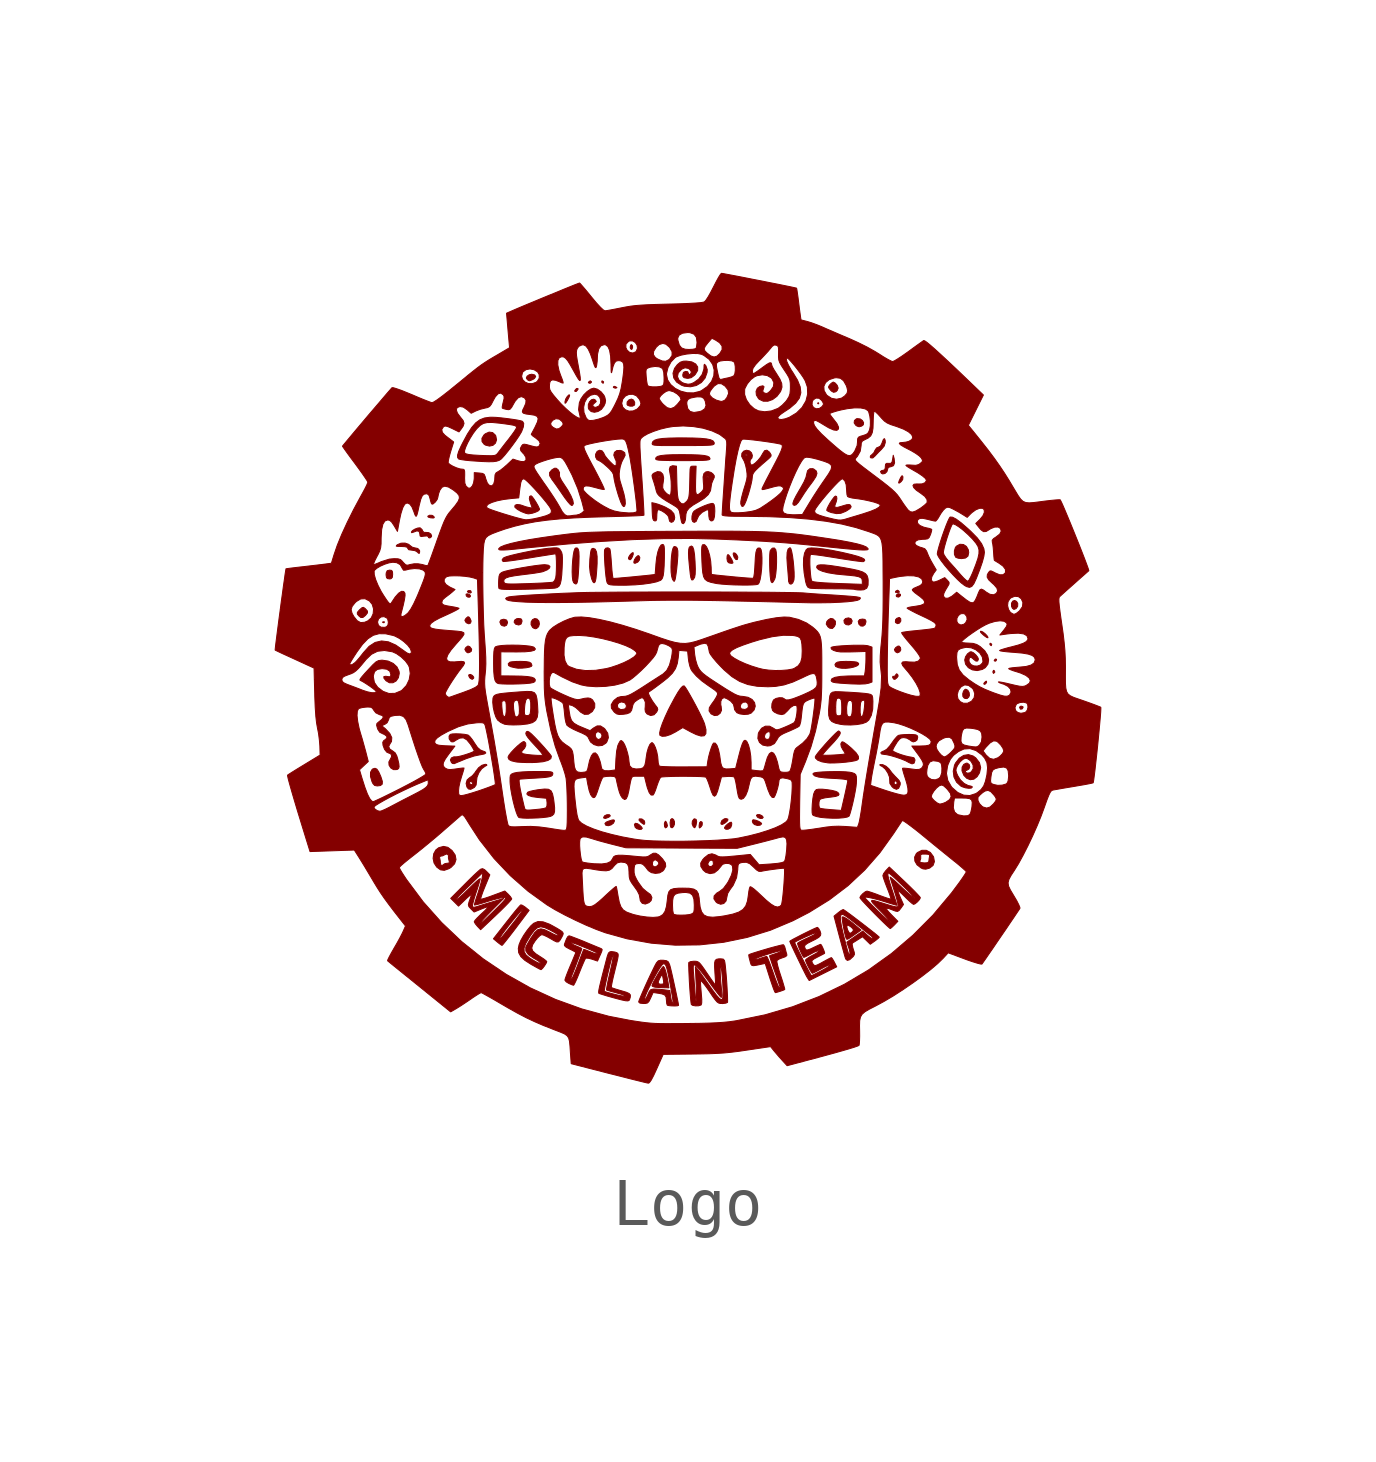
<source format=kicad_sym>
(kicad_symbol_lib
  (version 20241209)
  (generator "kicad_symbol_editor")
  (generator_version "9.0")
  (symbol "Logo"
    (pin_names
      (offset 1.016))
    (property "Reference" "#G"
      (at 0 9.369 0)
      (effects (font (size 1.27 1.27)) (hide yes)))
    (symbol "Logo_0_0"
      (polyline (pts (xy -6.781 1.268) (xy -6.728 1.31) (xy -6.726 1.312) (xy -6.686 1.363) (xy -6.686 1.402) (xy -6.728 1.449) (xy -6.733 1.454) (xy -6.768 1.479) (xy -6.797 1.474) (xy -6.842 1.436) (xy -6.858 1.42) (xy -6.896 1.375) (xy -6.897 1.34) (xy -6.865 1.3) (xy -6.823 1.267) (xy -6.781 1.268)) (stroke (width 0.01) (type default)) (fill (type outline)))
      (polyline (pts (xy -6.415 -2.235) (xy -6.378 -2.206) (xy -6.375 -2.149) (xy -6.404 -2.057) (xy -6.409 -2.044) (xy -6.452 -1.947) (xy -6.49 -1.892) (xy -6.529 -1.875) (xy -6.574 -1.888) (xy -6.589 -1.899) (xy -6.622 -1.958) (xy -6.623 -2.046) (xy -6.591 -2.155) (xy -6.572 -2.194) (xy -6.536 -2.233) (xy -6.482 -2.243) (xy -6.415 -2.235)) (stroke (width 0.01) (type default)) (fill (type outline)))
      (polyline (pts (xy -6.337 1.161) (xy -6.333 1.176) (xy -6.337 1.179) (xy -6.367 1.176) (xy -6.371 1.168) (xy -6.35 1.159) (xy -6.337 1.161)) (stroke (width 0.01) (type default)) (fill (type outline)))
      (polyline (pts (xy -6.192 2.078) (xy -6.167 2.105) (xy -6.161 2.167) (xy -6.164 2.219) (xy -6.181 2.249) (xy -6.224 2.255) (xy -6.274 2.243) (xy -6.295 2.197) (xy -6.298 2.155) (xy -6.289 2.1) (xy -6.27 2.079) (xy -6.218 2.071) (xy -6.192 2.078)) (stroke (width 0.01) (type default)) (fill (type outline)))
      (polyline (pts (xy -5.598 2.633) (xy -5.6 2.666) (xy -5.637 2.706) (xy -5.708 2.721) (xy -5.751 2.733) (xy -5.803 2.772) (xy -5.827 2.793) (xy -5.902 2.819) (xy -5.987 2.817) (xy -6.062 2.785) (xy -6.081 2.769) (xy -6.085 2.755) (xy -6.053 2.749) (xy -5.978 2.748) (xy -5.905 2.744) (xy -5.859 2.732) (xy -5.846 2.709) (xy -5.846 2.708) (xy -5.825 2.68) (xy -5.761 2.671) (xy -5.692 2.66) (xy -5.641 2.629) (xy -5.628 2.613) (xy -5.608 2.602) (xy -5.598 2.633)) (stroke (width 0.01) (type default)) (fill (type outline)))
      (polyline (pts (xy -5.354 2.949) (xy -5.348 2.967) (xy -5.364 3.007) (xy -5.407 3.036) (xy -5.463 3.041) (xy -5.511 3.042) (xy -5.537 3.075) (xy -5.548 3.101) (xy -5.586 3.135) (xy -5.591 3.137) (xy -5.639 3.132) (xy -5.699 3.109) (xy -5.749 3.078) (xy -5.771 3.048) (xy -5.763 3.035) (xy -5.722 3.048) (xy -5.655 3.073) (xy -5.609 3.062) (xy -5.594 3.01) (xy -5.594 3.007) (xy -5.589 2.967) (xy -5.565 2.955) (xy -5.506 2.963) (xy -5.44 2.968) (xy -5.418 2.951) (xy -5.413 2.933) (xy -5.385 2.925) (xy -5.354 2.949)) (stroke (width 0.01) (type default)) (fill (type outline)))
      (polyline (pts (xy -5.293 3.35) (xy -5.303 3.375) (xy -5.34 3.397) (xy -5.392 3.399) (xy -5.429 3.378) (xy -5.419 3.36) (xy -5.374 3.346) (xy -5.314 3.341) (xy -5.293 3.35)) (stroke (width 0.01) (type default)) (fill (type outline)))
      (polyline (pts (xy -4.99 -3.969) (xy -4.946 -3.943) (xy -4.87 -3.866) (xy -4.84 -3.777) (xy -4.858 -3.682) (xy -4.924 -3.588) (xy -5.011 -3.522) (xy -5.1 -3.503) (xy -5.2 -3.53) (xy -5.26 -3.576) (xy -5.305 -3.656) (xy -5.313 -3.716) (xy -5.183 -3.716) (xy -5.148 -3.704) (xy -5.12 -3.7) (xy -5.072 -3.676) (xy -5.036 -3.661) (xy -5.003 -3.677) (xy -4.997 -3.713) (xy -4.999 -3.743) (xy -4.986 -3.799) (xy -4.98 -3.819) (xy -4.983 -3.849) (xy -5.026 -3.855) (xy -5.068 -3.861) (xy -5.103 -3.881) (xy -5.128 -3.904) (xy -5.154 -3.894) (xy -5.166 -3.845) (xy -5.169 -3.801) (xy -5.181 -3.744) (xy -5.183 -3.716) (xy -5.313 -3.716) (xy -5.318 -3.752) (xy -5.298 -3.849) (xy -5.243 -3.933) (xy -5.24 -3.936) (xy -5.163 -3.992) (xy -5.084 -4.002) (xy -4.99 -3.969)) (stroke (width 0.01) (type default)) (fill (type outline)))
      (polyline (pts (xy -4.826 -1.756) (xy -4.623 -1.673) (xy -4.461 -1.619) (xy -4.34 -1.594) (xy -4.33 -1.593) (xy -4.251 -1.577) (xy -4.219 -1.556) (xy -4.234 -1.532) (xy -4.298 -1.508) (xy -4.336 -1.491) (xy -4.393 -1.44) (xy -4.455 -1.349) (xy -4.498 -1.282) (xy -4.547 -1.22) (xy -4.582 -1.186) (xy -4.598 -1.18) (xy -4.663 -1.167) (xy -4.749 -1.159) (xy -4.84 -1.156) (xy -4.916 -1.159) (xy -4.96 -1.169) (xy -4.985 -1.205) (xy -4.983 -1.261) (xy -4.95 -1.311) (xy -4.927 -1.325) (xy -4.891 -1.322) (xy -4.836 -1.287) (xy -4.764 -1.247) (xy -4.688 -1.24) (xy -4.616 -1.281) (xy -4.542 -1.37) (xy -4.507 -1.424) (xy -4.473 -1.483) (xy -4.46 -1.514) (xy -4.463 -1.519) (xy -4.499 -1.539) (xy -4.565 -1.565) (xy -4.646 -1.592) (xy -4.729 -1.616) (xy -4.799 -1.632) (xy -4.842 -1.637) (xy -4.884 -1.636) (xy -4.937 -1.659) (xy -4.957 -1.702) (xy -4.935 -1.756) (xy -4.915 -1.773) (xy -4.878 -1.779) (xy -4.826 -1.756)) (stroke (width 0.01) (type default)) (fill (type outline)))
      (polyline (pts (xy -4.551 0.544) (xy -4.522 0.564) (xy -4.514 0.608) (xy -4.55 0.656) (xy -4.555 0.66) (xy -4.591 0.674) (xy -4.629 0.648) (xy -4.635 0.643) (xy -4.656 0.606) (xy -4.638 0.568) (xy -4.615 0.543) (xy -4.591 0.531) (xy -4.551 0.544)) (stroke (width 0.01) (type default)) (fill (type outline)))
      (polyline (pts (xy -4.537 1.152) (xy -4.525 1.194) (xy -4.549 1.251) (xy -4.566 1.274) (xy -4.591 1.284) (xy -4.627 1.255) (xy -4.635 1.246) (xy -4.656 1.21) (xy -4.638 1.173) (xy -4.62 1.155) (xy -4.573 1.136) (xy -4.537 1.152)) (stroke (width 0.01) (type default)) (fill (type outline)))
      (polyline (pts (xy -4.536 1.714) (xy -4.554 1.742) (xy -4.594 1.761) (xy -4.628 1.756) (xy -4.631 1.75) (xy -4.625 1.715) (xy -4.625 1.715) (xy -4.592 1.692) (xy -4.554 1.692) (xy -4.536 1.714)) (stroke (width 0.01) (type default)) (fill (type outline)))
      (polyline (pts (xy -4.521 1.791) (xy -4.531 1.82) (xy -4.545 1.829) (xy -4.587 1.827) (xy -4.603 1.81) (xy -4.584 1.788) (xy -4.544 1.777) (xy -4.521 1.791)) (stroke (width 0.01) (type default)) (fill (type outline)))
      (polyline (pts (xy -4.472 0.002) (xy -4.471 0.025) (xy -4.497 0.059) (xy -4.537 0.081) (xy -4.57 0.076) (xy -4.577 0.056) (xy -4.558 0.016) (xy -4.54 -0.003) (xy -4.502 -0.022) (xy -4.472 0.002)) (stroke (width 0.01) (type default)) (fill (type outline)))
      (polyline (pts (xy -4.466 -2.279) (xy -4.456 -2.272) (xy -4.421 -2.223) (xy -4.413 -2.147) (xy -4.403 -2.065) (xy -4.364 -1.968) (xy -4.305 -1.885) (xy -4.236 -1.834) (xy -4.236 -1.834) (xy -4.197 -1.812) (xy -4.203 -1.796) (xy -4.231 -1.792) (xy -4.3 -1.812) (xy -4.37 -1.864) (xy -4.43 -1.942) (xy -4.447 -1.969) (xy -4.5 -2.031) (xy -4.549 -2.067) (xy -4.556 -2.07) (xy -4.609 -2.118) (xy -4.626 -2.178) (xy -4.561 -2.178) (xy -4.546 -2.15) (xy -4.516 -2.154) (xy -4.491 -2.188) (xy -4.492 -2.203) (xy -4.521 -2.217) (xy -4.541 -2.212) (xy -4.561 -2.178) (xy -4.626 -2.178) (xy -4.63 -2.19) (xy -4.613 -2.265) (xy -4.581 -2.306) (xy -4.533 -2.314) (xy -4.466 -2.279)) (stroke (width 0.01) (type default)) (fill (type outline)))
      (polyline (pts (xy -4.07 4.856) (xy -4.018 4.902) (xy -3.995 4.97) (xy -4.011 5.053) (xy -4.021 5.07) (xy -4.077 5.122) (xy -4.15 5.132) (xy -4.229 5.097) (xy -4.259 5.071) (xy -4.3 5.003) (xy -4.298 4.935) (xy -4.254 4.878) (xy -4.224 4.86) (xy -4.142 4.84) (xy -4.07 4.856)) (stroke (width 0.01) (type default)) (fill (type outline)))
      (polyline (pts (xy -4.068 4.515) (xy -3.995 4.525) (xy -3.942 4.542) (xy -3.903 4.567) (xy -3.886 4.583) (xy -3.827 4.648) (xy -3.753 4.739) (xy -3.672 4.845) (xy -3.594 4.952) (xy -3.527 5.051) (xy -3.48 5.129) (xy -3.47 5.149) (xy -3.436 5.241) (xy -3.429 5.313) (xy -3.453 5.355) (xy -3.487 5.367) (xy -3.562 5.383) (xy -3.664 5.399) (xy -3.781 5.415) (xy -3.899 5.429) (xy -4.007 5.439) (xy -4.091 5.442) (xy -4.137 5.441) (xy -4.247 5.426) (xy -4.342 5.389) (xy -4.429 5.325) (xy -4.513 5.228) (xy -4.601 5.093) (xy -4.697 4.915) (xy -4.735 4.84) (xy -4.785 4.729) (xy -4.793 4.701) (xy -4.662 4.701) (xy -4.662 4.745) (xy -4.638 4.818) (xy -4.597 4.909) (xy -4.543 5.008) (xy -4.482 5.105) (xy -4.42 5.187) (xy -4.402 5.208) (xy -4.335 5.273) (xy -4.268 5.313) (xy -4.187 5.331) (xy -4.08 5.332) (xy -3.937 5.318) (xy -3.833 5.305) (xy -3.722 5.289) (xy -3.648 5.276) (xy -3.604 5.262) (xy -3.583 5.247) (xy -3.578 5.227) (xy -3.588 5.205) (xy -3.623 5.148) (xy -3.679 5.07) (xy -3.748 4.979) (xy -3.802 4.912) (xy -3.872 4.821) (xy -3.929 4.747) (xy -3.964 4.701) (xy -3.971 4.691) (xy -3.999 4.661) (xy -4.035 4.646) (xy -4.095 4.64) (xy -4.191 4.641) (xy -4.356 4.647) (xy -4.485 4.655) (xy -4.575 4.665) (xy -4.631 4.679) (xy -4.66 4.697) (xy -4.662 4.701) (xy -4.793 4.701) (xy -4.808 4.652) (xy -4.807 4.601) (xy -4.784 4.571) (xy -4.775 4.568) (xy -4.723 4.557) (xy -4.64 4.545) (xy -4.538 4.535) (xy -4.48 4.531) (xy -4.304 4.519) (xy -4.169 4.514) (xy -4.068 4.515)) (stroke (width 0.01) (type default)) (fill (type outline)))
      (polyline (pts (xy -4.003 -4.933) (xy -3.912 -4.846) (xy -3.819 -4.754) (xy -3.745 -4.678) (xy -3.697 -4.624) (xy -3.679 -4.598) (xy -3.68 -4.592) (xy -3.705 -4.552) (xy -3.751 -4.501) (xy -3.823 -4.433) (xy -4.068 -4.524) (xy -4.144 -4.552) (xy -4.234 -4.582) (xy -4.298 -4.6) (xy -4.326 -4.603) (xy -4.325 -4.585) (xy -4.308 -4.529) (xy -4.278 -4.444) (xy -4.237 -4.342) (xy -4.135 -4.095) (xy -4.206 -4.023) (xy -4.244 -3.988) (xy -4.286 -3.967) (xy -4.325 -3.977) (xy -4.342 -3.99) (xy -4.393 -4.035) (xy -4.469 -4.105) (xy -4.56 -4.194) (xy -4.661 -4.295) (xy -4.951 -4.586) (xy -4.933 -4.604) (xy -4.827 -4.604) (xy -4.827 -4.592) (xy -4.813 -4.571) (xy -4.782 -4.537) (xy -4.729 -4.483) (xy -4.649 -4.404) (xy -4.538 -4.296) (xy -4.278 -4.044) (xy -4.295 -4.157) (xy -4.299 -4.18) (xy -4.32 -4.268) (xy -4.352 -4.379) (xy -4.388 -4.493) (xy -4.407 -4.547) (xy -4.435 -4.636) (xy -4.452 -4.698) (xy -4.456 -4.725) (xy -4.432 -4.722) (xy -4.37 -4.707) (xy -4.279 -4.681) (xy -4.17 -4.647) (xy -4.07 -4.617) (xy -3.963 -4.589) (xy -3.88 -4.571) (xy -3.831 -4.566) (xy -3.83 -4.566) (xy -3.811 -4.573) (xy -3.808 -4.588) (xy -3.826 -4.618) (xy -3.869 -4.667) (xy -3.941 -4.741) (xy -4.045 -4.844) (xy -4.099 -4.897) (xy -4.188 -4.983) (xy -4.26 -5.053) (xy -4.309 -5.098) (xy -4.328 -5.115) (xy -4.336 -5.108) (xy -4.32 -5.079) (xy -4.276 -5.026) (xy -4.2 -4.945) (xy -4.09 -4.833) (xy -3.846 -4.588) (xy -4.096 -4.663) (xy -4.168 -4.684) (xy -4.275 -4.717) (xy -4.362 -4.744) (xy -4.415 -4.761) (xy -4.465 -4.772) (xy -4.499 -4.761) (xy -4.498 -4.736) (xy -4.484 -4.672) (xy -4.459 -4.581) (xy -4.424 -4.472) (xy -4.393 -4.38) (xy -4.363 -4.283) (xy -4.342 -4.211) (xy -4.334 -4.176) (xy -4.335 -4.175) (xy -4.361 -4.189) (xy -4.413 -4.232) (xy -4.486 -4.299) (xy -4.573 -4.384) (xy -4.596 -4.406) (xy -4.681 -4.489) (xy -4.753 -4.555) (xy -4.802 -4.597) (xy -4.823 -4.609) (xy -4.827 -4.604) (xy -4.933 -4.604) (xy -4.869 -4.667) (xy -4.788 -4.748) (xy -4.646 -4.611) (xy -4.624 -4.589) (xy -4.565 -4.537) (xy -4.526 -4.509) (xy -4.516 -4.51) (xy -4.519 -4.518) (xy -4.537 -4.572) (xy -4.563 -4.643) (xy -4.57 -4.664) (xy -4.583 -4.719) (xy -4.572 -4.758) (xy -4.53 -4.805) (xy -4.463 -4.871) (xy -4.332 -4.817) (xy -4.277 -4.795) (xy -4.212 -4.771) (xy -4.175 -4.762) (xy -4.173 -4.765) (xy -4.191 -4.791) (xy -4.237 -4.84) (xy -4.305 -4.903) (xy -4.329 -4.925) (xy -4.396 -4.991) (xy -4.443 -5.043) (xy -4.46 -5.072) (xy -4.459 -5.077) (xy -4.437 -5.117) (xy -4.394 -5.169) (xy -4.327 -5.239) (xy -4.003 -4.933)) (stroke (width 0.01) (type default)) (fill (type outline)))
      (polyline (pts (xy -3.88 -5.566) (xy -3.856 -5.541) (xy -3.806 -5.479) (xy -3.731 -5.384) (xy -3.635 -5.26) (xy -3.521 -5.109) (xy -3.39 -4.935) (xy -3.316 -4.836) (xy -3.39 -4.775) (xy -3.403 -4.765) (xy -3.456 -4.731) (xy -3.489 -4.721) (xy -3.507 -4.737) (xy -3.552 -4.787) (xy -3.617 -4.865) (xy -3.697 -4.965) (xy -3.787 -5.079) (xy -4.058 -5.425) (xy -3.931 -5.425) (xy -3.924 -5.405) (xy -3.887 -5.345) (xy -3.82 -5.254) (xy -3.727 -5.134) (xy -3.611 -4.991) (xy -3.473 -4.827) (xy -3.463 -4.818) (xy -3.452 -4.83) (xy -3.455 -4.837) (xy -3.481 -4.879) (xy -3.532 -4.949) (xy -3.601 -5.04) (xy -3.683 -5.143) (xy -3.718 -5.188) (xy -3.796 -5.285) (xy -3.86 -5.364) (xy -3.904 -5.418) (xy -3.922 -5.441) (xy -3.925 -5.443) (xy -3.931 -5.425) (xy -4.058 -5.425) (xy -4.06 -5.429) (xy -3.977 -5.498) (xy -3.955 -5.516) (xy -3.906 -5.553) (xy -3.881 -5.567) (xy -3.88 -5.566)) (stroke (width 0.01) (type default)) (fill (type outline)))
      (polyline (pts (xy -3.786 1.107) (xy -3.767 1.159) (xy -3.768 1.173) (xy -3.785 1.214) (xy -3.837 1.23) (xy -3.852 1.231) (xy -3.907 1.215) (xy -3.927 1.174) (xy -3.905 1.12) (xy -3.883 1.1) (xy -3.831 1.086) (xy -3.786 1.107)) (stroke (width 0.01) (type default)) (fill (type outline)))
      (polyline (pts (xy -3.754 2.679) (xy -3.624 2.691) (xy -3.449 2.709) (xy -3.267 2.728) (xy -2.515 2.799) (xy -1.809 2.853) (xy -1.146 2.891) (xy -0.525 2.911) (xy 0.056 2.915) (xy 0.599 2.902) (xy 0.713 2.897) (xy 1.028 2.884) (xy 1.306 2.87) (xy 1.557 2.857) (xy 1.79 2.841) (xy 2.016 2.824) (xy 2.244 2.805) (xy 2.484 2.782) (xy 2.747 2.756) (xy 2.869 2.743) (xy 3.103 2.719) (xy 3.293 2.7) (xy 3.444 2.687) (xy 3.558 2.678) (xy 3.642 2.674) (xy 3.699 2.675) (xy 3.733 2.679) (xy 3.748 2.687) (xy 3.749 2.699) (xy 3.745 2.707) (xy 3.709 2.739) (xy 3.636 2.77) (xy 3.523 2.802) (xy 3.369 2.836) (xy 3.17 2.873) (xy 2.923 2.912) (xy 2.741 2.939) (xy 2.565 2.965) (xy 2.402 2.987) (xy 2.248 3.006) (xy 2.098 3.021) (xy 1.947 3.034) (xy 1.79 3.045) (xy 1.621 3.053) (xy 1.437 3.059) (xy 1.232 3.063) (xy 1.002 3.066) (xy 0.74 3.067) (xy 0.443 3.067) (xy 0.106 3.066) (xy -0.277 3.064) (xy -0.374 3.064) (xy -0.715 3.062) (xy -1.011 3.06) (xy -1.266 3.058) (xy -1.485 3.056) (xy -1.672 3.054) (xy -1.832 3.05) (xy -1.967 3.046) (xy -2.084 3.042) (xy -2.186 3.036) (xy -2.278 3.03) (xy -2.363 3.022) (xy -2.447 3.013) (xy -2.533 3.003) (xy -2.759 2.974) (xy -3.054 2.932) (xy -3.31 2.891) (xy -3.526 2.85) (xy -3.7 2.81) (xy -3.83 2.772) (xy -3.914 2.736) (xy -3.95 2.703) (xy -3.951 2.691) (xy -3.939 2.679) (xy -3.906 2.674) (xy -3.847 2.674) (xy -3.754 2.679)) (stroke (width 0.01) (type default)) (fill (type outline)))
      (polyline (pts (xy -3.584 1.853) (xy -3.397 1.856) (xy -3.352 1.857) (xy -3.189 1.861) (xy -3.042 1.866) (xy -2.918 1.871) (xy -2.827 1.876) (xy -2.777 1.88) (xy -2.735 1.891) (xy -2.696 1.917) (xy -2.668 1.966) (xy -2.65 2.042) (xy -2.636 2.155) (xy -2.627 2.311) (xy -2.623 2.414) (xy -2.622 2.511) (xy -2.627 2.578) (xy -2.638 2.624) (xy -2.658 2.661) (xy -2.678 2.69) (xy -2.703 2.711) (xy -2.741 2.72) (xy -2.804 2.719) (xy -2.905 2.711) (xy -2.918 2.71) (xy -3.019 2.697) (xy -3.145 2.677) (xy -3.285 2.651) (xy -3.43 2.622) (xy -3.568 2.592) (xy -3.688 2.563) (xy -3.78 2.538) (xy -3.833 2.518) (xy -3.855 2.505) (xy -3.88 2.467) (xy -3.86 2.435) (xy -3.856 2.434) (xy -3.811 2.437) (xy -3.727 2.446) (xy -3.61 2.462) (xy -3.47 2.483) (xy -3.312 2.508) (xy -3.259 2.517) (xy -3.106 2.542) (xy -2.973 2.563) (xy -2.867 2.58) (xy -2.795 2.591) (xy -2.766 2.595) (xy -2.758 2.579) (xy -2.752 2.525) (xy -2.748 2.443) (xy -2.747 2.346) (xy -2.749 2.248) (xy -2.754 2.16) (xy -2.762 2.096) (xy -2.784 2.038) (xy -2.815 2.005) (xy -2.816 2.005) (xy -2.854 1.999) (xy -2.934 1.993) (xy -3.047 1.986) (xy -3.184 1.98) (xy -3.337 1.974) (xy -3.442 1.971) (xy -3.585 1.967) (xy -3.689 1.966) (xy -3.759 1.968) (xy -3.803 1.974) (xy -3.826 1.984) (xy -3.837 1.997) (xy -3.845 2.025) (xy -3.837 2.063) (xy -3.8 2.092) (xy -3.73 2.116) (xy -3.619 2.137) (xy -3.464 2.158) (xy -3.455 2.159) (xy -3.324 2.175) (xy -3.204 2.191) (xy -3.107 2.207) (xy -3.048 2.218) (xy -3.019 2.227) (xy -2.936 2.262) (xy -2.89 2.3) (xy -2.882 2.334) (xy -2.917 2.359) (xy -2.994 2.369) (xy -3.007 2.368) (xy -3.089 2.361) (xy -3.201 2.347) (xy -3.332 2.327) (xy -3.47 2.304) (xy -3.605 2.279) (xy -3.724 2.254) (xy -3.816 2.232) (xy -3.869 2.215) (xy -3.896 2.201) (xy -3.928 2.172) (xy -3.944 2.125) (xy -3.951 2.044) (xy -3.953 1.991) (xy -3.952 1.919) (xy -3.947 1.877) (xy -3.933 1.867) (xy -3.895 1.859) (xy -3.828 1.854) (xy -3.726 1.852) (xy -3.584 1.853)) (stroke (width 0.01) (type default)) (fill (type outline)))
      (polyline (pts (xy -3.536 -0.969) (xy -3.491 -0.967) (xy -3.347 -0.951) (xy -3.245 -0.923) (xy -3.18 -0.877) (xy -3.145 -0.806) (xy -3.133 -0.704) (xy -3.14 -0.565) (xy -3.141 -0.55) (xy -3.153 -0.429) (xy -3.172 -0.348) (xy -3.207 -0.299) (xy -3.266 -0.277) (xy -3.358 -0.273) (xy -3.491 -0.281) (xy -3.531 -0.284) (xy -3.701 -0.297) (xy -3.829 -0.309) (xy -3.921 -0.32) (xy -3.983 -0.333) (xy -4.024 -0.349) (xy -4.048 -0.368) (xy -4.063 -0.393) (xy -4.07 -0.416) (xy -4.075 -0.498) (xy -4.069 -0.555) (xy -3.887 -0.555) (xy -3.886 -0.497) (xy -3.873 -0.472) (xy -3.843 -0.466) (xy -3.817 -0.47) (xy -3.801 -0.491) (xy -3.796 -0.53) (xy -3.644 -0.53) (xy -3.624 -0.472) (xy -3.579 -0.454) (xy -3.571 -0.454) (xy -3.547 -0.469) (xy -3.532 -0.514) (xy -3.522 -0.598) (xy -3.519 -0.661) (xy -3.52 -0.686) (xy -3.416 -0.686) (xy -3.409 -0.586) (xy -3.402 -0.526) (xy -3.383 -0.449) (xy -3.356 -0.416) (xy -3.329 -0.412) (xy -3.298 -0.437) (xy -3.283 -0.504) (xy -3.282 -0.617) (xy -3.286 -0.681) (xy -3.295 -0.738) (xy -3.312 -0.766) (xy -3.343 -0.776) (xy -3.359 -0.778) (xy -3.394 -0.773) (xy -3.412 -0.746) (xy -3.416 -0.686) (xy -3.52 -0.686) (xy -3.522 -0.734) (xy -3.534 -0.775) (xy -3.548 -0.789) (xy -3.582 -0.806) (xy -3.595 -0.803) (xy -3.611 -0.782) (xy -3.625 -0.73) (xy -3.639 -0.638) (xy -3.64 -0.63) (xy -3.644 -0.53) (xy -3.796 -0.53) (xy -3.794 -0.54) (xy -3.792 -0.628) (xy -3.794 -0.695) (xy -3.804 -0.769) (xy -3.822 -0.799) (xy -3.838 -0.8) (xy -3.86 -0.772) (xy -3.875 -0.705) (xy -3.885 -0.592) (xy -3.887 -0.555) (xy -4.069 -0.555) (xy -4.065 -0.601) (xy -4.042 -0.71) (xy -4.01 -0.805) (xy -3.973 -0.87) (xy -3.971 -0.871) (xy -3.907 -0.921) (xy -3.83 -0.956) (xy -3.822 -0.958) (xy -3.747 -0.968) (xy -3.646 -0.972) (xy -3.536 -0.969)) (stroke (width 0.01) (type default)) (fill (type outline)))
      (polyline (pts (xy -3.531 -0.117) (xy -3.417 -0.112) (xy -3.326 -0.104) (xy -3.294 -0.101) (xy -3.228 -0.087) (xy -3.196 -0.068) (xy -3.188 -0.038) (xy -3.189 -0.026) (xy -3.211 0.002) (xy -3.262 0.023) (xy -3.349 0.037) (xy -3.476 0.046) (xy -3.648 0.049) (xy -3.906 0.051) (xy -3.906 0.301) (xy -3.906 0.552) (xy -3.596 0.55) (xy -3.567 0.55) (xy -3.398 0.553) (xy -3.278 0.565) (xy -3.207 0.584) (xy -3.185 0.611) (xy -3.213 0.646) (xy -3.231 0.655) (xy -3.299 0.671) (xy -3.4 0.682) (xy -3.521 0.69) (xy -3.65 0.692) (xy -3.776 0.691) (xy -3.888 0.684) (xy -3.973 0.672) (xy -4.019 0.656) (xy -4.027 0.646) (xy -4.042 0.613) (xy -4.051 0.554) (xy -4.056 0.461) (xy -4.057 0.326) (xy -4.057 0.299) (xy -4.054 0.144) (xy -4.044 0.033) (xy -4.027 -0.043) (xy -4 -0.087) (xy -3.964 -0.108) (xy -3.947 -0.111) (xy -3.877 -0.117) (xy -3.775 -0.12) (xy -3.655 -0.12) (xy -3.531 -0.117)) (stroke (width 0.01) (type default)) (fill (type outline)))
      (polyline (pts (xy -3.484 1.132) (xy -3.465 1.184) (xy -3.467 1.212) (xy -3.486 1.24) (xy -3.54 1.247) (xy -3.576 1.242) (xy -3.619 1.212) (xy -3.629 1.17) (xy -3.6 1.131) (xy -3.593 1.127) (xy -3.532 1.111) (xy -3.484 1.132)) (stroke (width 0.01) (type default)) (fill (type outline)))
      (polyline (pts (xy -3.465 0.212) (xy -3.379 0.22) (xy -3.308 0.234) (xy -3.268 0.25) (xy -3.257 0.269) (xy -3.275 0.314) (xy -3.276 0.315) (xy -3.313 0.337) (xy -3.382 0.349) (xy -3.491 0.353) (xy -3.497 0.353) (xy -3.593 0.351) (xy -3.671 0.345) (xy -3.715 0.338) (xy -3.718 0.336) (xy -3.752 0.304) (xy -3.744 0.266) (xy -3.698 0.241) (xy -3.659 0.232) (xy -3.591 0.217) (xy -3.544 0.211) (xy -3.465 0.212)) (stroke (width 0.01) (type default)) (fill (type outline)))
      (polyline (pts (xy -3.32 3.429) (xy -3.248 3.441) (xy -3.177 3.465) (xy -3.122 3.492) (xy -3.099 3.519) (xy -3.105 3.542) (xy -3.132 3.599) (xy -3.171 3.667) (xy -3.214 3.734) (xy -3.252 3.785) (xy -3.276 3.805) (xy -3.305 3.792) (xy -3.312 3.742) (xy -3.288 3.654) (xy -3.251 3.547) (xy -3.32 3.56) (xy -3.389 3.577) (xy -3.467 3.605) (xy -3.506 3.617) (xy -3.57 3.623) (xy -3.61 3.607) (xy -3.615 3.571) (xy -3.606 3.559) (xy -3.562 3.522) (xy -3.495 3.483) (xy -3.464 3.469) (xy -3.392 3.441) (xy -3.342 3.429) (xy -3.32 3.429)) (stroke (width 0.01) (type default)) (fill (type outline)))
      (polyline (pts (xy -3.288 6.207) (xy -3.238 6.229) (xy -3.205 6.249) (xy -3.18 6.29) (xy -3.2 6.323) (xy -3.261 6.338) (xy -3.315 6.327) (xy -3.359 6.297) (xy -3.375 6.259) (xy -3.352 6.224) (xy -3.338 6.215) (xy -3.313 6.202) (xy -3.288 6.207)) (stroke (width 0.01) (type default)) (fill (type outline)))
      (polyline (pts (xy -3.25 -2.914) (xy -3.132 -2.91) (xy -3.021 -2.901) (xy -2.929 -2.89) (xy -2.87 -2.877) (xy -2.834 -2.86) (xy -2.801 -2.827) (xy -2.786 -2.776) (xy -2.785 -2.696) (xy -2.798 -2.577) (xy -2.807 -2.508) (xy -2.829 -2.405) (xy -2.861 -2.343) (xy -2.914 -2.312) (xy -2.995 -2.307) (xy -3.113 -2.32) (xy -3.137 -2.323) (xy -3.232 -2.34) (xy -3.307 -2.358) (xy -3.345 -2.374) (xy -3.348 -2.376) (xy -3.365 -2.411) (xy -3.334 -2.441) (xy -3.257 -2.466) (xy -3.138 -2.483) (xy -2.953 -2.5) (xy -2.943 -2.587) (xy -2.942 -2.594) (xy -2.945 -2.657) (xy -2.961 -2.696) (xy -2.966 -2.699) (xy -3.014 -2.713) (xy -3.095 -2.726) (xy -3.194 -2.736) (xy -3.284 -2.744) (xy -3.35 -2.746) (xy -3.387 -2.74) (xy -3.405 -2.723) (xy -3.414 -2.693) (xy -3.425 -2.65) (xy -3.468 -2.467) (xy -3.5 -2.317) (xy -3.519 -2.204) (xy -3.526 -2.132) (xy -3.518 -2.104) (xy -3.493 -2.1) (xy -3.425 -2.095) (xy -3.328 -2.088) (xy -3.213 -2.082) (xy -3.103 -2.075) (xy -2.983 -2.066) (xy -2.903 -2.054) (xy -2.853 -2.038) (xy -2.829 -2.017) (xy -2.822 -1.988) (xy -2.822 -1.986) (xy -2.826 -1.968) (xy -2.842 -1.955) (xy -2.878 -1.947) (xy -2.942 -1.943) (xy -3.04 -1.942) (xy -3.181 -1.942) (xy -3.329 -1.944) (xy -3.463 -1.951) (xy -3.566 -1.961) (xy -3.629 -1.974) (xy -3.642 -1.978) (xy -3.685 -1.997) (xy -3.707 -2.023) (xy -3.714 -2.071) (xy -3.714 -2.155) (xy -3.711 -2.203) (xy -3.698 -2.311) (xy -3.676 -2.434) (xy -3.649 -2.561) (xy -3.618 -2.683) (xy -3.586 -2.787) (xy -3.557 -2.862) (xy -3.532 -2.899) (xy -3.518 -2.904) (xy -3.455 -2.912) (xy -3.362 -2.916) (xy -3.25 -2.914)) (stroke (width 0.01) (type default)) (fill (type outline)))
      (polyline (pts (xy -3.236 -1.755) (xy -3.176 -1.753) (xy -3.028 -1.739) (xy -2.924 -1.712) (xy -2.864 -1.674) (xy -2.852 -1.625) (xy -2.854 -1.62) (xy -2.882 -1.581) (xy -2.936 -1.516) (xy -3.009 -1.432) (xy -3.096 -1.336) (xy -3.191 -1.236) (xy -3.263 -1.164) (xy -3.313 -1.122) (xy -3.345 -1.106) (xy -3.366 -1.11) (xy -3.374 -1.117) (xy -3.386 -1.144) (xy -3.377 -1.18) (xy -3.342 -1.233) (xy -3.279 -1.309) (xy -3.183 -1.413) (xy -3.139 -1.46) (xy -3.079 -1.529) (xy -3.041 -1.579) (xy -3.03 -1.602) (xy -3.037 -1.604) (xy -3.082 -1.607) (xy -3.161 -1.605) (xy -3.261 -1.598) (xy -3.366 -1.587) (xy -3.442 -1.572) (xy -3.474 -1.549) (xy -3.467 -1.518) (xy -3.426 -1.473) (xy -3.412 -1.459) (xy -3.386 -1.403) (xy -3.388 -1.349) (xy -3.421 -1.317) (xy -3.445 -1.323) (xy -3.496 -1.357) (xy -3.562 -1.413) (xy -3.63 -1.479) (xy -3.692 -1.545) (xy -3.737 -1.602) (xy -3.755 -1.64) (xy -3.754 -1.654) (xy -3.735 -1.693) (xy -3.683 -1.72) (xy -3.591 -1.742) (xy -3.56 -1.746) (xy -3.471 -1.752) (xy -3.357 -1.756) (xy -3.236 -1.755)) (stroke (width 0.01) (type default)) (fill (type outline)))
      (polyline (pts (xy -3.16 1.039) (xy -3.119 1.076) (xy -3.102 1.133) (xy -3.112 1.192) (xy -3.151 1.236) (xy -3.199 1.246) (xy -3.245 1.224) (xy -3.274 1.177) (xy -3.276 1.119) (xy -3.246 1.063) (xy -3.228 1.049) (xy -3.188 1.033) (xy -3.16 1.039)) (stroke (width 0.01) (type default)) (fill (type outline)))
      (polyline (pts (xy -3.063 -6.07) (xy -3.032 -6.04) (xy -2.994 -5.99) (xy -2.962 -5.939) (xy -2.948 -5.905) (xy -2.966 -5.884) (xy -3.017 -5.845) (xy -3.088 -5.799) (xy -3.179 -5.74) (xy -3.242 -5.681) (xy -3.262 -5.623) (xy -3.244 -5.555) (xy -3.189 -5.47) (xy -3.141 -5.411) (xy -3.089 -5.361) (xy -3.052 -5.342) (xy -3.011 -5.354) (xy -2.942 -5.386) (xy -2.861 -5.431) (xy -2.797 -5.469) (xy -2.74 -5.495) (xy -2.703 -5.492) (xy -2.67 -5.455) (xy -2.629 -5.382) (xy -2.612 -5.347) (xy -2.606 -5.317) (xy -2.619 -5.289) (xy -2.659 -5.257) (xy -2.73 -5.213) (xy -2.839 -5.152) (xy -2.894 -5.123) (xy -3.025 -5.075) (xy -3.133 -5.069) (xy -3.222 -5.106) (xy -3.285 -5.163) (xy -3.358 -5.253) (xy -3.431 -5.359) (xy -3.49 -5.463) (xy -3.526 -5.551) (xy -3.54 -5.622) (xy -3.422 -5.622) (xy -3.386 -5.524) (xy -3.313 -5.4) (xy -3.279 -5.348) (xy -3.207 -5.252) (xy -3.141 -5.197) (xy -3.074 -5.179) (xy -2.994 -5.195) (xy -2.892 -5.241) (xy -2.786 -5.298) (xy -2.722 -5.337) (xy -2.7 -5.36) (xy -2.718 -5.367) (xy -2.751 -5.357) (xy -2.815 -5.329) (xy -2.894 -5.287) (xy -2.989 -5.241) (xy -3.07 -5.221) (xy -3.136 -5.239) (xy -3.199 -5.297) (xy -3.269 -5.399) (xy -3.273 -5.404) (xy -3.323 -5.488) (xy -3.363 -5.558) (xy -3.384 -5.601) (xy -3.387 -5.61) (xy -3.384 -5.685) (xy -3.33 -5.759) (xy -3.229 -5.829) (xy -3.174 -5.86) (xy -3.115 -5.898) (xy -3.086 -5.923) (xy -3.08 -5.937) (xy -3.094 -5.944) (xy -3.146 -5.923) (xy -3.237 -5.872) (xy -3.296 -5.836) (xy -3.378 -5.769) (xy -3.42 -5.701) (xy -3.422 -5.622) (xy -3.54 -5.622) (xy -3.542 -5.63) (xy -3.534 -5.719) (xy -3.49 -5.799) (xy -3.407 -5.877) (xy -3.279 -5.96) (xy -3.24 -5.982) (xy -3.158 -6.028) (xy -3.098 -6.06) (xy -3.07 -6.072) (xy -3.063 -6.07)) (stroke (width 0.01) (type default)) (fill (type outline)))
      (polyline (pts (xy -2.552 5.741) (xy -2.52 5.79) (xy -2.511 5.806) (xy -2.48 5.867) (xy -2.472 5.904) (xy -2.486 5.909) (xy -2.521 5.875) (xy -2.555 5.82) (xy -2.57 5.761) (xy -2.567 5.733) (xy -2.552 5.741)) (stroke (width 0.01) (type default)) (fill (type outline)))
      (polyline (pts (xy -2.413 3.607) (xy -2.394 3.642) (xy -2.405 3.708) (xy -2.445 3.804) (xy -2.51 3.923) (xy -2.601 4.061) (xy -2.643 4.125) (xy -2.681 4.203) (xy -2.685 4.254) (xy -2.682 4.287) (xy -2.71 4.344) (xy -2.71 4.345) (xy -2.751 4.378) (xy -2.788 4.378) (xy -2.842 4.345) (xy -2.844 4.344) (xy -2.89 4.289) (xy -2.888 4.222) (xy -2.839 4.141) (xy -2.813 4.107) (xy -2.76 4.034) (xy -2.694 3.939) (xy -2.624 3.837) (xy -2.568 3.756) (xy -2.507 3.677) (xy -2.459 3.623) (xy -2.431 3.603) (xy -2.413 3.607)) (stroke (width 0.01) (type default)) (fill (type outline)))
      (polyline (pts (xy -2.377 -6.379) (xy -2.348 -6.322) (xy -2.31 -6.236) (xy -2.267 -6.129) (xy -2.227 -6.029) (xy -2.187 -5.935) (xy -2.157 -5.868) (xy -2.14 -5.837) (xy -2.128 -5.832) (xy -2.078 -5.835) (xy -2.006 -5.854) (xy -1.891 -5.893) (xy -1.84 -5.778) (xy -1.824 -5.743) (xy -1.8 -5.683) (xy -1.794 -5.652) (xy -1.81 -5.636) (xy -1.846 -5.62) (xy -1.886 -5.604) (xy -1.963 -5.572) (xy -2.065 -5.53) (xy -2.179 -5.482) (xy -2.286 -5.439) (xy -2.382 -5.402) (xy -2.451 -5.376) (xy -2.485 -5.367) (xy -2.513 -5.387) (xy -2.54 -5.436) (xy -2.561 -5.492) (xy -2.581 -5.545) (xy -2.58 -5.571) (xy -2.546 -5.603) (xy -2.47 -5.644) (xy -2.418 -5.669) (xy -2.364 -5.698) (xy -2.344 -5.713) (xy -2.351 -5.735) (xy -2.376 -5.795) (xy -2.412 -5.883) (xy -2.457 -5.989) (xy -2.497 -6.085) (xy -2.535 -6.181) (xy -2.561 -6.253) (xy -2.57 -6.286) (xy -2.451 -6.286) (xy -2.441 -6.238) (xy -2.416 -6.167) (xy -2.395 -6.116) (xy -2.358 -6.02) (xy -2.318 -5.915) (xy -2.28 -5.813) (xy -2.248 -5.724) (xy -2.226 -5.661) (xy -2.217 -5.633) (xy -2.224 -5.627) (xy -2.265 -5.607) (xy -2.331 -5.58) (xy -2.368 -5.564) (xy -2.423 -5.536) (xy -2.444 -5.515) (xy -2.435 -5.511) (xy -2.392 -5.519) (xy -2.325 -5.542) (xy -2.294 -5.554) (xy -2.148 -5.613) (xy -2.042 -5.657) (xy -1.97 -5.689) (xy -1.926 -5.71) (xy -1.904 -5.724) (xy -1.891 -5.741) (xy -1.913 -5.744) (xy -1.97 -5.728) (xy -2.055 -5.694) (xy -2.1 -5.676) (xy -2.155 -5.655) (xy -2.179 -5.65) (xy -2.18 -5.653) (xy -2.194 -5.689) (xy -2.222 -5.761) (xy -2.26 -5.861) (xy -2.304 -5.978) (xy -2.317 -6.012) (xy -2.362 -6.125) (xy -2.401 -6.216) (xy -2.431 -6.277) (xy -2.447 -6.3) (xy -2.451 -6.286) (xy -2.57 -6.286) (xy -2.57 -6.289) (xy -2.57 -6.294) (xy -2.543 -6.327) (xy -2.488 -6.36) (xy -2.479 -6.364) (xy -2.422 -6.388) (xy -2.39 -6.398) (xy -2.377 -6.379)) (stroke (width 0.01) (type default)) (fill (type outline)))
      (polyline (pts (xy -2.33 5.983) (xy -2.298 6.021) (xy -2.296 6.036) (xy -2.32 6.043) (xy -2.332 6.037) (xy -2.364 5.999) (xy -2.365 5.984) (xy -2.342 5.977) (xy -2.33 5.983)) (stroke (width 0.01) (type default)) (fill (type outline)))
      (polyline (pts (xy -2.327 1.972) (xy -2.311 2.009) (xy -2.299 2.08) (xy -2.289 2.192) (xy -2.28 2.349) (xy -2.278 2.401) (xy -2.275 2.54) (xy -2.279 2.636) (xy -2.293 2.693) (xy -2.316 2.718) (xy -2.35 2.715) (xy -2.361 2.704) (xy -2.381 2.65) (xy -2.397 2.563) (xy -2.409 2.455) (xy -2.417 2.337) (xy -2.42 2.22) (xy -2.416 2.117) (xy -2.406 2.038) (xy -2.389 1.996) (xy -2.377 1.984) (xy -2.348 1.966) (xy -2.327 1.972)) (stroke (width 0.01) (type default)) (fill (type outline)))
      (polyline (pts (xy -2.037 6.152) (xy -2.016 6.174) (xy -2.017 6.18) (xy -2.04 6.199) (xy -2.047 6.198) (xy -2.079 6.174) (xy -2.081 6.161) (xy -2.055 6.149) (xy -2.037 6.152)) (stroke (width 0.01) (type default)) (fill (type outline)))
      (polyline (pts (xy -1.95 1.997) (xy -1.935 2.026) (xy -1.923 2.084) (xy -1.913 2.18) (xy -1.903 2.318) (xy -1.899 2.397) (xy -1.899 2.538) (xy -1.912 2.635) (xy -1.939 2.691) (xy -1.98 2.709) (xy -1.982 2.709) (xy -2.007 2.702) (xy -2.024 2.675) (xy -2.036 2.617) (xy -2.047 2.52) (xy -2.051 2.477) (xy -2.057 2.327) (xy -2.044 2.199) (xy -2.013 2.073) (xy -2.01 2.065) (xy -1.987 2.012) (xy -1.965 1.991) (xy -1.95 1.997)) (stroke (width 0.01) (type default)) (fill (type outline)))
      (polyline (pts (xy -1.773 6.149) (xy -1.764 6.174) (xy -1.765 6.181) (xy -1.791 6.199) (xy -1.8 6.197) (xy -1.802 6.174) (xy -1.797 6.166) (xy -1.775 6.149) (xy -1.773 6.149)) (stroke (width 0.01) (type default)) (fill (type outline)))
      (polyline (pts (xy -1.658 -2.895) (xy -1.652 -2.892) (xy -1.624 -2.867) (xy -1.639 -2.846) (xy -1.648 -2.842) (xy -1.696 -2.843) (xy -1.743 -2.865) (xy -1.764 -2.899) (xy -1.759 -2.914) (xy -1.723 -2.92) (xy -1.658 -2.895)) (stroke (width 0.01) (type default)) (fill (type outline)))
      (polyline (pts (xy -1.608 -3.055) (xy -1.558 -3.018) (xy -1.537 -2.971) (xy -1.537 -2.97) (xy -1.548 -2.951) (xy -1.586 -2.953) (xy -1.659 -2.976) (xy -1.709 -2.997) (xy -1.737 -3.025) (xy -1.722 -3.057) (xy -1.717 -3.062) (xy -1.667 -3.072) (xy -1.608 -3.055)) (stroke (width 0.01) (type default)) (fill (type outline)))
      (polyline (pts (xy -1.507 6.049) (xy -1.487 6.058) (xy -1.491 6.064) (xy -1.525 6.082) (xy -1.544 6.086) (xy -1.562 6.072) (xy -1.558 6.061) (xy -1.525 6.048) (xy -1.507 6.049)) (stroke (width 0.01) (type default)) (fill (type outline)))
      (polyline (pts (xy -1.325 3.589) (xy -1.311 3.639) (xy -1.316 3.725) (xy -1.34 3.842) (xy -1.381 3.983) (xy -1.393 4.02) (xy -1.423 4.12) (xy -1.437 4.195) (xy -1.439 4.265) (xy -1.429 4.346) (xy -1.417 4.411) (xy -1.389 4.501) (xy -1.359 4.564) (xy -1.351 4.575) (xy -1.315 4.649) (xy -1.324 4.703) (xy -1.377 4.739) (xy -1.416 4.75) (xy -1.49 4.747) (xy -1.538 4.71) (xy -1.552 4.653) (xy -1.428 4.653) (xy -1.424 4.656) (xy -1.394 4.653) (xy -1.391 4.646) (xy -1.411 4.637) (xy -1.425 4.638) (xy -1.428 4.653) (xy -1.552 4.653) (xy -1.552 4.651) (xy -1.524 4.576) (xy -1.502 4.529) (xy -1.5 4.459) (xy -1.501 4.455) (xy -1.513 4.43) (xy -1.532 4.429) (xy -1.568 4.455) (xy -1.629 4.514) (xy -1.679 4.568) (xy -1.73 4.632) (xy -1.755 4.679) (xy -1.758 4.691) (xy -1.796 4.741) (xy -1.847 4.754) (xy -1.898 4.731) (xy -1.931 4.671) (xy -1.93 4.612) (xy -1.902 4.558) (xy -1.855 4.535) (xy -1.854 4.534) (xy -1.819 4.515) (xy -1.761 4.471) (xy -1.691 4.41) (xy -1.637 4.359) (xy -1.585 4.3) (xy -1.559 4.248) (xy -1.55 4.191) (xy -1.544 4.152) (xy -1.526 4.065) (xy -1.497 3.954) (xy -1.463 3.837) (xy -1.449 3.793) (xy -1.407 3.675) (xy -1.372 3.603) (xy -1.346 3.578) (xy -1.325 3.589)) (stroke (width 0.01) (type default)) (fill (type outline)))
      (polyline (pts (xy -1.285 1.941) (xy -1.106 1.948) (xy -0.936 1.963) (xy -0.785 1.984) (xy -0.663 2.01) (xy -0.582 2.04) (xy -0.561 2.055) (xy -0.538 2.088) (xy -0.521 2.143) (xy -0.51 2.226) (xy -0.502 2.345) (xy -0.497 2.506) (xy -0.496 2.615) (xy -0.497 2.702) (xy -0.503 2.754) (xy -0.514 2.781) (xy -0.532 2.791) (xy -0.566 2.779) (xy -0.602 2.724) (xy -0.634 2.634) (xy -0.659 2.515) (xy -0.674 2.375) (xy -0.676 2.341) (xy -0.683 2.252) (xy -0.688 2.19) (xy -0.69 2.166) (xy -0.719 2.161) (xy -0.787 2.153) (xy -0.884 2.142) (xy -1.002 2.131) (xy -1.13 2.118) (xy -1.257 2.106) (xy -1.374 2.096) (xy -1.472 2.087) (xy -1.538 2.083) (xy -1.565 2.082) (xy -1.572 2.103) (xy -1.581 2.166) (xy -1.591 2.259) (xy -1.599 2.372) (xy -1.606 2.471) (xy -1.615 2.574) (xy -1.624 2.65) (xy -1.631 2.688) (xy -1.635 2.697) (xy -1.672 2.72) (xy -1.717 2.713) (xy -1.743 2.68) (xy -1.746 2.649) (xy -1.747 2.57) (xy -1.743 2.465) (xy -1.736 2.347) (xy -1.726 2.228) (xy -1.715 2.122) (xy -1.703 2.04) (xy -1.691 1.996) (xy -1.678 1.975) (xy -1.657 1.959) (xy -1.622 1.949) (xy -1.562 1.943) (xy -1.47 1.941) (xy -1.337 1.94) (xy -1.285 1.941)) (stroke (width 0.01) (type default)) (fill (type outline)))
      (polyline (pts (xy -1.235 -6.715) (xy -1.223 -6.696) (xy -1.207 -6.643) (xy -1.206 -6.599) (xy -1.232 -6.569) (xy -1.292 -6.542) (xy -1.393 -6.512) (xy -1.421 -6.504) (xy -1.509 -6.478) (xy -1.574 -6.456) (xy -1.603 -6.444) (xy -1.603 -6.44) (xy -1.598 -6.397) (xy -1.583 -6.319) (xy -1.559 -6.212) (xy -1.528 -6.088) (xy -1.522 -6.062) (xy -1.49 -5.934) (xy -1.47 -5.844) (xy -1.46 -5.786) (xy -1.461 -5.751) (xy -1.47 -5.732) (xy -1.488 -5.719) (xy -1.528 -5.705) (xy -1.598 -5.695) (xy -1.631 -5.699) (xy -1.663 -5.726) (xy -1.686 -5.789) (xy -1.693 -5.814) (xy -1.748 -6.026) (xy -1.792 -6.194) (xy -1.824 -6.324) (xy -1.847 -6.42) (xy -1.861 -6.487) (xy -1.866 -6.519) (xy -1.751 -6.519) (xy -1.746 -6.481) (xy -1.732 -6.407) (xy -1.711 -6.308) (xy -1.686 -6.195) (xy -1.658 -6.077) (xy -1.631 -5.966) (xy -1.607 -5.873) (xy -1.589 -5.806) (xy -1.578 -5.778) (xy -1.571 -5.773) (xy -1.564 -5.782) (xy -1.567 -5.82) (xy -1.579 -5.892) (xy -1.603 -6.004) (xy -1.638 -6.159) (xy -1.645 -6.187) (xy -1.671 -6.304) (xy -1.69 -6.401) (xy -1.702 -6.468) (xy -1.703 -6.495) (xy -1.702 -6.496) (xy -1.668 -6.508) (xy -1.601 -6.528) (xy -1.512 -6.551) (xy -1.5 -6.555) (xy -1.412 -6.579) (xy -1.346 -6.6) (xy -1.317 -6.613) (xy -1.317 -6.621) (xy -1.35 -6.625) (xy -1.358 -6.624) (xy -1.411 -6.614) (xy -1.489 -6.597) (xy -1.576 -6.575) (xy -1.659 -6.553) (xy -1.722 -6.534) (xy -1.751 -6.522) (xy -1.751 -6.519) (xy -1.866 -6.519) (xy -1.867 -6.531) (xy -1.867 -6.556) (xy -1.862 -6.566) (xy -1.841 -6.574) (xy -1.779 -6.594) (xy -1.688 -6.622) (xy -1.58 -6.652) (xy -1.496 -6.675) (xy -1.384 -6.704) (xy -1.308 -6.72) (xy -1.261 -6.723) (xy -1.235 -6.715)) (stroke (width 0.01) (type default)) (fill (type outline)))
      (polyline (pts (xy -1.188 2.49) (xy -1.163 2.536) (xy -1.146 2.586) (xy -1.148 2.618) (xy -1.154 2.62) (xy -1.183 2.604) (xy -1.217 2.566) (xy -1.242 2.523) (xy -1.246 2.492) (xy -1.242 2.487) (xy -1.212 2.47) (xy -1.188 2.49)) (stroke (width 0.01) (type default)) (fill (type outline)))
      (polyline (pts (xy -1.17 6.864) (xy -1.159 6.904) (xy -1.164 6.934) (xy -1.184 6.955) (xy -1.199 6.945) (xy -1.21 6.904) (xy -1.205 6.875) (xy -1.184 6.854) (xy -1.17 6.864)) (stroke (width 0.01) (type default)) (fill (type outline)))
      (polyline (pts (xy -1.16 5.673) (xy -1.121 5.695) (xy -1.118 5.701) (xy -1.116 5.752) (xy -1.141 5.8) (xy -1.183 5.821) (xy -1.236 5.803) (xy -1.273 5.76) (xy -1.276 5.708) (xy -1.264 5.691) (xy -1.216 5.673) (xy -1.16 5.673)) (stroke (width 0.01) (type default)) (fill (type outline)))
      (polyline (pts (xy -1.057 2.42) (xy -1.051 2.423) (xy -1.017 2.466) (xy -1.009 2.518) (xy -1.032 2.557) (xy -1.055 2.553) (xy -1.09 2.52) (xy -1.121 2.472) (xy -1.134 2.426) (xy -1.131 2.404) (xy -1.109 2.397) (xy -1.057 2.42)) (stroke (width 0.01) (type default)) (fill (type outline)))
      (polyline (pts (xy -0.977 -3.147) (xy -0.958 -3.126) (xy -0.958 -3.124) (xy -0.979 -3.092) (xy -1.025 -3.05) (xy -1.057 -3.03) (xy -1.103 -3.021) (xy -1.122 -3.048) (xy -1.106 -3.104) (xy -1.105 -3.106) (xy -1.071 -3.134) (xy -1.021 -3.149) (xy -0.977 -3.147)) (stroke (width 0.01) (type default)) (fill (type outline)))
      (polyline (pts (xy -0.91 -3.038) (xy -0.907 -3) (xy -0.917 -2.968) (xy -0.96 -2.935) (xy -0.977 -2.93) (xy -1.021 -2.931) (xy -1.026 -2.957) (xy -0.986 -3.001) (xy -0.968 -3.015) (xy -0.927 -3.043) (xy -0.91 -3.038)) (stroke (width 0.01) (type default)) (fill (type outline)))
      (polyline (pts (xy -0.81 -8.428) (xy -0.773 -8.377) (xy -0.722 -8.281) (xy -0.657 -8.14) (xy -0.522 -7.838) (xy 0.098 -7.831) (xy 0.239 -7.829) (xy 0.431 -7.825) (xy 0.595 -7.818) (xy 0.742 -7.809) (xy 0.885 -7.795) (xy 1.04 -7.776) (xy 1.217 -7.75) (xy 1.716 -7.676) (xy 1.796 -7.776) (xy 1.821 -7.805) (xy 1.896 -7.893) (xy 1.969 -7.974) (xy 2.061 -8.074) (xy 2.8 -7.877) (xy 2.873 -7.857) (xy 3.053 -7.808) (xy 3.215 -7.762) (xy 3.353 -7.722) (xy 3.46 -7.689) (xy 3.531 -7.664) (xy 3.559 -7.651) (xy 3.565 -7.624) (xy 3.57 -7.556) (xy 3.573 -7.458) (xy 3.572 -7.342) (xy 3.57 -7.242) (xy 3.573 -7.138) (xy 3.589 -7.061) (xy 3.623 -7.002) (xy 3.683 -6.95) (xy 3.775 -6.896) (xy 3.906 -6.829) (xy 4.08 -6.735) (xy 4.276 -6.619) (xy 4.48 -6.487) (xy 4.683 -6.348) (xy 4.877 -6.207) (xy 5.052 -6.071) (xy 5.2 -5.945) (xy 5.312 -5.836) (xy 5.418 -5.721) (xy 5.761 -5.849) (xy 5.812 -5.868) (xy 5.929 -5.908) (xy 6.026 -5.938) (xy 6.093 -5.955) (xy 6.122 -5.956) (xy 6.125 -5.951) (xy 6.153 -5.911) (xy 6.203 -5.84) (xy 6.27 -5.742) (xy 6.351 -5.625) (xy 6.439 -5.495) (xy 6.532 -5.359) (xy 6.624 -5.225) (xy 6.71 -5.097) (xy 6.787 -4.984) (xy 6.849 -4.891) (xy 6.893 -4.826) (xy 6.913 -4.795) (xy 6.912 -4.775) (xy 6.889 -4.718) (xy 6.847 -4.635) (xy 6.789 -4.537) (xy 6.78 -4.522) (xy 6.715 -4.413) (xy 6.676 -4.331) (xy 6.666 -4.262) (xy 6.683 -4.193) (xy 6.728 -4.109) (xy 6.801 -3.998) (xy 6.802 -3.996) (xy 6.885 -3.861) (xy 6.979 -3.689) (xy 7.079 -3.493) (xy 7.179 -3.283) (xy 7.273 -3.071) (xy 7.356 -2.868) (xy 7.423 -2.686) (xy 7.431 -2.663) (xy 7.478 -2.53) (xy 7.515 -2.437) (xy 7.544 -2.377) (xy 7.569 -2.344) (xy 7.594 -2.331) (xy 7.611 -2.327) (xy 7.676 -2.316) (xy 7.776 -2.298) (xy 7.899 -2.277) (xy 8.038 -2.254) (xy 8.118 -2.24) (xy 8.242 -2.219) (xy 8.343 -2.2) (xy 8.411 -2.186) (xy 8.439 -2.178) (xy 8.442 -2.169) (xy 8.451 -2.119) (xy 8.463 -2.029) (xy 8.478 -1.909) (xy 8.494 -1.764) (xy 8.512 -1.602) (xy 8.53 -1.432) (xy 8.547 -1.259) (xy 8.563 -1.093) (xy 8.577 -0.939) (xy 8.589 -0.806) (xy 8.597 -0.701) (xy 8.6 -0.631) (xy 8.599 -0.603) (xy 8.593 -0.6) (xy 8.547 -0.581) (xy 8.467 -0.55) (xy 8.36 -0.511) (xy 8.236 -0.467) (xy 8.134 -0.432) (xy 8.036 -0.398) (xy 7.965 -0.365) (xy 7.916 -0.327) (xy 7.886 -0.276) (xy 7.869 -0.204) (xy 7.862 -0.105) (xy 7.861 0.03) (xy 7.862 0.208) (xy 7.862 0.251) (xy 7.859 0.418) (xy 7.851 0.576) (xy 7.836 0.74) (xy 7.815 0.923) (xy 7.784 1.141) (xy 7.771 1.23) (xy 7.749 1.389) (xy 7.734 1.508) (xy 7.726 1.593) (xy 7.725 1.649) (xy 7.73 1.683) (xy 7.74 1.701) (xy 7.748 1.708) (xy 7.791 1.747) (xy 7.861 1.81) (xy 7.95 1.889) (xy 8.051 1.979) (xy 8.094 2.017) (xy 8.188 2.101) (xy 8.268 2.171) (xy 8.323 2.22) (xy 8.349 2.243) (xy 8.348 2.25) (xy 8.334 2.296) (xy 8.304 2.378) (xy 8.262 2.49) (xy 8.21 2.624) (xy 8.151 2.774) (xy 8.087 2.933) (xy 8.022 3.094) (xy 7.958 3.251) (xy 7.898 3.395) (xy 7.845 3.521) (xy 7.801 3.623) (xy 7.769 3.691) (xy 7.752 3.721) (xy 7.751 3.722) (xy 7.719 3.722) (xy 7.647 3.717) (xy 7.546 3.707) (xy 7.426 3.693) (xy 7.33 3.68) (xy 7.203 3.664) (xy 7.107 3.657) (xy 7.035 3.664) (xy 6.978 3.688) (xy 6.927 3.736) (xy 6.874 3.812) (xy 6.809 3.92) (xy 6.723 4.064) (xy 6.692 4.117) (xy 6.593 4.275) (xy 6.491 4.428) (xy 6.38 4.585) (xy 6.253 4.755) (xy 6.104 4.944) (xy 5.928 5.163) (xy 5.838 5.273) (xy 5.995 5.589) (xy 6.152 5.905) (xy 6.056 5.997) (xy 5.81 6.233) (xy 5.595 6.439) (xy 5.411 6.612) (xy 5.259 6.753) (xy 5.136 6.865) (xy 5.041 6.948) (xy 4.973 7.004) (xy 4.929 7.034) (xy 4.908 7.04) (xy 4.902 7.037) (xy 4.86 7.007) (xy 4.788 6.956) (xy 4.695 6.889) (xy 4.589 6.811) (xy 4.555 6.787) (xy 4.451 6.714) (xy 4.362 6.656) (xy 4.295 6.616) (xy 4.26 6.602) (xy 4.228 6.613) (xy 4.162 6.647) (xy 4.074 6.698) (xy 3.974 6.762) (xy 3.891 6.813) (xy 3.729 6.904) (xy 3.546 6.995) (xy 3.359 7.08) (xy 3.304 7.103) (xy 3.156 7.166) (xy 3.013 7.228) (xy 2.889 7.281) (xy 2.797 7.322) (xy 2.788 7.326) (xy 2.678 7.371) (xy 2.568 7.411) (xy 2.482 7.437) (xy 2.435 7.449) (xy 2.376 7.464) (xy 2.351 7.471) (xy 2.351 7.472) (xy 2.345 7.505) (xy 2.335 7.576) (xy 2.321 7.677) (xy 2.306 7.798) (xy 2.303 7.822) (xy 2.288 7.941) (xy 2.274 8.039) (xy 2.264 8.105) (xy 2.258 8.132) (xy 2.251 8.134) (xy 2.202 8.145) (xy 2.115 8.164) (xy 1.996 8.188) (xy 1.854 8.217) (xy 1.695 8.248) (xy 1.527 8.282) (xy 1.356 8.315) (xy 1.19 8.348) (xy 1.037 8.378) (xy 0.903 8.403) (xy 0.797 8.423) (xy 0.724 8.437) (xy 0.692 8.441) (xy 0.691 8.441) (xy 0.669 8.417) (xy 0.631 8.356) (xy 0.583 8.268) (xy 0.528 8.161) (xy 0.527 8.159) (xy 0.47 8.049) (xy 0.416 7.953) (xy 0.37 7.883) (xy 0.34 7.849) (xy 0.317 7.84) (xy 0.256 7.83) (xy 0.156 7.822) (xy 0.015 7.814) (xy -0.171 7.806) (xy -0.403 7.8) (xy -0.481 7.798) (xy -0.686 7.792) (xy -0.851 7.786) (xy -0.986 7.778) (xy -1.099 7.769) (xy -1.198 7.757) (xy -1.294 7.741) (xy -1.393 7.722) (xy -1.508 7.699) (xy -1.614 7.679) (xy -1.694 7.665) (xy -1.736 7.66) (xy -1.77 7.678) (xy -1.83 7.734) (xy -1.914 7.825) (xy -2.018 7.95) (xy -2.057 7.998) (xy -2.136 8.094) (xy -2.201 8.17) (xy -2.246 8.221) (xy -2.265 8.24) (xy -2.267 8.239) (xy -2.302 8.226) (xy -2.375 8.198) (xy -2.479 8.156) (xy -2.607 8.104) (xy -2.751 8.044) (xy -2.906 7.981) (xy -3.064 7.916) (xy -3.217 7.852) (xy -3.36 7.793) (xy -3.484 7.741) (xy -3.583 7.699) (xy -3.65 7.67) (xy -3.787 7.61) (xy -3.771 7.427) (xy -3.763 7.331) (xy -3.751 7.192) (xy -3.742 7.09) (xy -0.219 7.09) (xy -0.19 7.153) (xy -0.119 7.193) (xy -0.011 7.207) (xy 0.036 7.204) (xy 0.121 7.172) (xy 0.17 7.106) (xy 0.183 7.003) (xy 0.182 6.986) (xy 0.174 6.919) (xy 0.164 6.879) (xy 0.149 6.871) (xy 0.332 6.871) (xy 0.354 6.92) (xy 0.41 6.992) (xy 0.493 7.088) (xy 0.573 7.047) (xy 0.652 6.995) (xy 0.704 6.926) (xy 0.706 6.851) (xy 0.658 6.77) (xy 0.599 6.715) (xy 0.538 6.697) (xy 0.469 6.72) (xy 0.384 6.786) (xy 0.344 6.829) (xy 0.332 6.871) (xy 0.149 6.871) (xy 0.147 6.869) (xy 0.09 6.858) (xy 0.012 6.854) (xy -0.064 6.859) (xy -0.139 6.886) (xy -0.186 6.946) (xy -0.216 7.048) (xy -0.219 7.09) (xy -3.742 7.09) (xy -3.74 7.068) (xy -3.724 6.891) (xy -3.997 6.73) (xy -4.056 6.696) (xy -4.153 6.638) (xy -4.236 6.585) (xy -4.314 6.532) (xy -4.395 6.472) (xy -4.489 6.398) (xy -4.605 6.305) (xy -4.616 6.295) (xy -3.473 6.295) (xy -3.454 6.373) (xy -3.443 6.389) (xy -3.381 6.433) (xy -3.299 6.448) (xy -3.213 6.432) (xy -3.139 6.386) (xy -3.107 6.331) (xy -3.105 6.257) (xy -3.144 6.192) (xy -3.172 6.17) (xy -3.252 6.141) (xy -3.332 6.144) (xy -3.402 6.175) (xy -3.453 6.228) (xy -3.473 6.295) (xy -4.616 6.295) (xy -4.75 6.185) (xy -4.804 6.141) (xy -4.904 6.06) (xy -2.893 6.06) (xy -2.893 6.11) (xy -2.886 6.163) (xy -2.868 6.204) (xy -2.83 6.219) (xy -2.827 6.22) (xy -2.766 6.212) (xy -2.696 6.186) (xy -2.685 6.181) (xy -2.633 6.158) (xy -2.607 6.154) (xy -2.61 6.178) (xy -2.628 6.235) (xy -2.659 6.314) (xy -2.695 6.417) (xy -2.719 6.533) (xy -2.717 6.624) (xy -2.689 6.682) (xy -2.635 6.703) (xy -2.631 6.703) (xy -2.592 6.696) (xy -2.555 6.67) (xy -2.513 6.621) (xy -2.462 6.539) (xy -2.395 6.42) (xy -2.334 6.31) (xy -2.289 6.236) (xy -2.261 6.205) (xy -2.248 6.217) (xy -2.251 6.274) (xy -2.267 6.378) (xy -2.295 6.53) (xy -2.313 6.628) (xy -2.328 6.723) (xy -2.332 6.788) (xy -2.327 6.834) (xy -2.314 6.872) (xy -2.281 6.919) (xy -2.212 6.95) (xy -2.178 6.949) (xy -2.13 6.923) (xy -2.085 6.862) (xy -2.039 6.763) (xy -1.989 6.619) (xy -1.984 6.601) (xy -1.956 6.519) (xy -1.937 6.479) (xy -1.924 6.475) (xy -1.913 6.501) (xy -1.907 6.533) (xy -1.897 6.612) (xy -1.893 6.704) (xy -1.89 6.757) (xy -1.865 6.866) (xy -1.818 6.932) (xy -1.749 6.955) (xy -1.724 6.952) (xy -1.675 6.915) (xy -1.665 6.894) (xy -1.3 6.894) (xy -1.298 6.964) (xy -1.247 7.02) (xy -1.219 7.034) (xy -1.157 7.032) (xy -1.103 6.998) (xy -1.067 6.943) (xy -1.058 6.878) (xy -1.085 6.815) (xy -1.094 6.805) (xy -1.153 6.78) (xy -1.22 6.792) (xy -1.274 6.84) (xy -1.3 6.894) (xy -1.665 6.894) (xy -1.64 6.837) (xy -1.624 6.747) (xy -0.727 6.747) (xy -0.72 6.817) (xy -0.666 6.902) (xy -0.605 6.957) (xy -0.529 6.98) (xy -0.466 6.964) (xy -0.393 6.902) (xy -0.386 6.894) (xy -0.337 6.807) (xy -0.337 6.729) (xy -0.386 6.657) (xy -0.407 6.639) (xy -0.47 6.608) (xy -0.542 6.614) (xy -0.636 6.654) (xy -0.686 6.687) (xy -0.727 6.747) (xy -1.624 6.747) (xy -1.618 6.715) (xy -1.61 6.546) (xy -1.609 6.479) (xy -1.607 6.402) (xy -1.603 6.37) (xy -1.596 6.376) (xy -1.586 6.418) (xy -1.568 6.496) (xy -1.537 6.575) (xy -1.497 6.615) (xy -1.444 6.622) (xy -1.404 6.614) (xy -1.367 6.593) (xy -1.347 6.551) (xy -1.341 6.482) (xy -1.347 6.392) (xy -0.882 6.392) (xy -0.876 6.435) (xy -0.857 6.459) (xy -0.821 6.475) (xy -0.788 6.486) (xy -0.692 6.5) (xy -0.604 6.492) (xy -0.544 6.462) (xy -0.529 6.441) (xy -0.51 6.373) (xy -0.508 6.332) (xy -0.453 6.332) (xy -0.452 6.356) (xy -0.422 6.478) (xy -0.359 6.595) (xy -0.274 6.684) (xy -0.242 6.703) (xy -0.15 6.735) (xy -0.034 6.758) (xy 0.088 6.77) (xy 0.198 6.769) (xy 0.278 6.753) (xy 0.326 6.73) (xy 0.437 6.647) (xy 0.508 6.543) (xy 0.51 6.539) (xy 0.586 6.539) (xy 0.595 6.571) (xy 0.619 6.594) (xy 0.665 6.613) (xy 0.743 6.624) (xy 0.83 6.626) (xy 0.906 6.617) (xy 0.952 6.597) (xy 0.969 6.565) (xy 0.98 6.497) (xy 0.981 6.418) (xy 0.971 6.347) (xy 0.951 6.306) (xy 0.949 6.304) (xy 0.9 6.282) (xy 0.832 6.263) (xy 0.826 6.262) (xy 0.754 6.247) (xy 0.701 6.234) (xy 0.684 6.23) (xy 0.66 6.233) (xy 0.642 6.258) (xy 0.626 6.315) (xy 0.605 6.411) (xy 0.591 6.484) (xy 0.586 6.539) (xy 0.51 6.539) (xy 0.54 6.427) (xy 0.533 6.306) (xy 0.486 6.188) (xy 0.4 6.083) (xy 0.275 5.996) (xy 0.239 5.98) (xy 0.11 5.949) (xy -0.025 5.952) (xy -0.155 5.985) (xy -0.272 6.043) (xy -0.367 6.124) (xy -0.43 6.221) (xy -0.453 6.332) (xy -0.508 6.332) (xy -0.504 6.263) (xy -0.505 6.183) (xy -0.512 6.129) (xy -0.53 6.102) (xy -0.561 6.089) (xy -0.582 6.084) (xy -0.662 6.075) (xy -0.744 6.075) (xy -0.811 6.084) (xy -0.846 6.101) (xy -0.855 6.132) (xy -0.867 6.201) (xy -0.876 6.289) (xy -0.878 6.315) (xy -0.882 6.392) (xy -1.347 6.392) (xy -1.348 6.378) (xy -1.367 6.233) (xy -1.378 6.162) (xy -1.401 6.034) (xy -1.429 5.93) (xy -1.466 5.832) (xy -1.514 5.73) (xy -1.386 5.73) (xy -1.386 5.733) (xy -1.364 5.821) (xy -1.31 5.883) (xy -1.236 5.917) (xy -1.155 5.92) (xy -1.079 5.888) (xy -1.03 5.831) (xy -0.605 5.831) (xy -0.604 5.84) (xy -0.575 5.888) (xy -0.521 5.939) (xy -0.46 5.98) (xy -0.407 5.997) (xy -0.387 5.996) (xy -0.306 5.972) (xy -0.255 5.941) (xy 0.442 5.941) (xy 0.458 5.985) (xy 0.505 6.049) (xy 0.545 6.094) (xy 0.618 6.142) (xy 0.689 6.141) (xy 0.765 6.092) (xy 0.77 6.087) (xy 0.829 6.012) (xy 0.841 5.937) (xy 0.832 5.915) (xy 1.175 5.915) (xy 1.176 6.021) (xy 1.183 6.045) (xy 1.232 6.138) (xy 1.305 6.226) (xy 1.386 6.287) (xy 1.435 6.308) (xy 1.544 6.326) (xy 1.647 6.31) (xy 1.727 6.263) (xy 1.745 6.244) (xy 1.785 6.163) (xy 1.774 6.079) (xy 1.714 5.994) (xy 1.666 5.951) (xy 1.627 5.935) (xy 1.588 5.947) (xy 1.579 5.952) (xy 1.551 5.981) (xy 1.564 6.026) (xy 1.565 6.028) (xy 1.58 6.078) (xy 1.556 6.097) (xy 1.492 6.083) (xy 1.44 6.046) (xy 1.413 5.981) (xy 1.42 5.904) (xy 1.464 5.831) (xy 1.481 5.815) (xy 1.563 5.776) (xy 1.659 5.775) (xy 1.758 5.81) (xy 1.848 5.877) (xy 1.92 5.972) (xy 1.931 5.995) (xy 1.954 6.069) (xy 1.948 6.146) (xy 1.911 6.235) (xy 1.84 6.349) (xy 1.837 6.354) (xy 1.787 6.432) (xy 1.752 6.496) (xy 1.739 6.534) (xy 1.737 6.553) (xy 1.724 6.577) (xy 1.691 6.574) (xy 1.633 6.54) (xy 1.543 6.475) (xy 1.519 6.457) (xy 1.443 6.402) (xy 1.386 6.364) (xy 1.357 6.35) (xy 1.343 6.366) (xy 1.335 6.413) (xy 1.352 6.465) (xy 1.403 6.537) (xy 1.493 6.634) (xy 1.515 6.655) (xy 1.595 6.74) (xy 1.667 6.818) (xy 1.715 6.876) (xy 1.748 6.917) (xy 1.79 6.947) (xy 1.833 6.944) (xy 1.86 6.932) (xy 1.877 6.907) (xy 1.883 6.856) (xy 1.882 6.769) (xy 1.881 6.697) (xy 1.887 6.636) (xy 1.906 6.581) (xy 1.943 6.515) (xy 2.003 6.423) (xy 2.055 6.345) (xy 2.096 6.275) (xy 2.118 6.216) (xy 2.127 6.153) (xy 2.129 6.071) (xy 2.128 6.013) (xy 2.12 5.931) (xy 2.098 5.867) (xy 2.055 5.798) (xy 2.033 5.769) (xy 1.957 5.691) (xy 1.877 5.63) (xy 1.865 5.624) (xy 1.732 5.573) (xy 1.592 5.556) (xy 1.464 5.575) (xy 1.375 5.619) (xy 1.283 5.702) (xy 1.213 5.805) (xy 1.175 5.915) (xy 0.832 5.915) (xy 0.806 5.852) (xy 0.76 5.795) (xy 0.7 5.771) (xy 0.671 5.774) (xy 0.584 5.799) (xy 0.504 5.843) (xy 0.454 5.895) (xy 0.45 5.904) (xy 0.442 5.941) (xy -0.255 5.941) (xy -0.23 5.926) (xy -0.173 5.869) (xy -0.151 5.811) (xy -0.155 5.802) (xy -0.183 5.764) (xy -0.216 5.724) (xy -0.031 5.724) (xy -0.028 5.767) (xy -0.005 5.812) (xy 0.049 5.841) (xy 0.144 5.861) (xy 0.193 5.867) (xy 0.272 5.864) (xy 0.322 5.837) (xy 0.354 5.778) (xy 0.371 5.687) (xy 0.344 5.617) (xy 0.274 5.571) (xy 0.233 5.559) (xy 0.119 5.541) (xy 0.038 5.563) (xy -0.012 5.624) (xy -0.031 5.724) (xy -0.216 5.724) (xy -0.23 5.708) (xy -0.292 5.649) (xy -0.365 5.621) (xy -0.439 5.641) (xy -0.52 5.709) (xy -0.548 5.74) (xy -0.589 5.795) (xy -0.605 5.831) (xy -1.03 5.831) (xy -1.02 5.819) (xy -1.007 5.794) (xy -0.986 5.733) (xy -0.998 5.685) (xy -1.045 5.631) (xy -1.068 5.61) (xy -1.149 5.573) (xy -1.234 5.569) (xy -1.31 5.597) (xy -1.365 5.652) (xy -1.386 5.73) (xy -1.514 5.73) (xy -1.518 5.722) (xy -1.551 5.657) (xy -1.597 5.574) (xy -1.638 5.519) (xy -1.682 5.482) (xy -1.739 5.451) (xy -1.768 5.438) (xy -1.787 5.431) (xy 1.865 5.431) (xy 1.875 5.452) (xy 1.918 5.496) (xy 1.984 5.543) (xy 2.115 5.629) (xy 2.239 5.735) (xy 2.316 5.84) (xy 2.347 5.952) (xy 2.334 6.074) (xy 2.278 6.214) (xy 2.18 6.375) (xy 2.144 6.429) (xy 2.089 6.527) (xy 2.054 6.606) (xy 2.044 6.659) (xy 2.061 6.678) (xy 2.062 6.678) (xy 2.092 6.656) (xy 2.143 6.602) (xy 2.207 6.527) (xy 2.275 6.44) (xy 2.342 6.351) (xy 2.399 6.268) (xy 2.438 6.201) (xy 2.479 6.084) (xy 2.826 6.084) (xy 2.862 6.163) (xy 2.937 6.225) (xy 3.046 6.261) (xy 3.084 6.266) (xy 3.171 6.254) (xy 3.237 6.202) (xy 3.292 6.105) (xy 3.305 6.071) (xy 3.323 5.996) (xy 3.309 5.939) (xy 3.259 5.883) (xy 3.193 5.839) (xy 3.091 5.817) (xy 2.987 5.836) (xy 2.896 5.895) (xy 2.882 5.909) (xy 2.832 5.996) (xy 2.826 6.084) (xy 2.479 6.084) (xy 2.483 6.071) (xy 2.489 5.923) (xy 2.452 5.779) (xy 2.402 5.696) (xy 2.581 5.696) (xy 2.585 5.766) (xy 2.607 5.805) (xy 2.662 5.841) (xy 2.726 5.837) (xy 2.782 5.792) (xy 2.784 5.789) (xy 2.816 5.735) (xy 2.815 5.699) (xy 2.783 5.659) (xy 2.732 5.625) (xy 2.667 5.618) (xy 2.612 5.644) (xy 2.581 5.696) (xy 2.402 5.696) (xy 2.373 5.646) (xy 2.257 5.531) (xy 2.106 5.44) (xy 2.021 5.409) (xy 1.941 5.394) (xy 1.885 5.401) (xy 1.865 5.431) (xy -1.787 5.431) (xy -1.871 5.402) (xy -1.968 5.379) (xy -1.996 5.375) (xy -2.057 5.373) (xy -2.094 5.389) (xy -2.126 5.428) (xy -2.131 5.437) (xy -2.173 5.541) (xy -2.18 5.65) (xy -2.158 5.753) (xy -2.11 5.84) (xy -2.039 5.899) (xy -1.95 5.922) (xy -1.889 5.905) (xy -1.845 5.858) (xy -1.825 5.794) (xy -1.83 5.729) (xy -1.862 5.676) (xy -1.922 5.649) (xy -1.946 5.649) (xy -1.986 5.667) (xy -1.988 5.703) (xy -1.947 5.742) (xy -1.945 5.744) (xy -1.917 5.769) (xy -1.935 5.8) (xy -1.97 5.818) (xy -2.017 5.806) (xy -2.058 5.764) (xy -2.083 5.704) (xy -2.082 5.636) (xy -2.071 5.607) (xy -2.024 5.56) (xy -1.956 5.545) (xy -1.881 5.561) (xy -1.81 5.605) (xy -1.756 5.677) (xy -1.732 5.732) (xy -1.723 5.791) (xy -1.739 5.861) (xy -1.757 5.899) (xy -1.817 5.972) (xy -1.893 6.026) (xy -1.968 6.048) (xy -2.029 6.03) (xy -2.106 5.979) (xy -2.18 5.906) (xy -2.238 5.821) (xy -2.27 5.741) (xy -2.286 5.6) (xy -2.255 5.462) (xy -2.25 5.428) (xy -2.272 5.42) (xy -2.319 5.441) (xy -2.386 5.484) (xy -2.467 5.548) (xy -2.555 5.627) (xy -2.647 5.717) (xy -2.735 5.814) (xy -2.808 5.901) (xy -2.857 5.966) (xy -2.884 6.016) (xy -2.893 6.06) (xy -4.904 6.06) (xy -4.981 5.997) (xy -5.123 5.886) (xy -5.23 5.807) (xy -5.302 5.761) (xy -5.34 5.745) (xy -5.36 5.75) (xy -5.421 5.773) (xy -5.514 5.809) (xy -5.63 5.857) (xy -5.761 5.913) (xy -5.844 5.947) (xy -5.972 5.999) (xy -6.074 6.035) (xy -6.143 6.056) (xy -6.174 6.058) (xy -6.18 6.051) (xy -6.218 6.008) (xy -6.28 5.937) (xy -6.361 5.842) (xy -6.457 5.729) (xy -6.564 5.604) (xy -6.676 5.473) (xy -6.788 5.34) (xy -6.896 5.212) (xy -6.917 5.187) (xy -5.137 5.187) (xy -5.101 5.243) (xy -5.087 5.252) (xy -5.053 5.258) (xy -5.002 5.243) (xy -4.92 5.206) (xy -4.778 5.136) (xy -4.733 5.195) (xy -4.693 5.253) (xy -4.673 5.314) (xy -4.692 5.373) (xy -4.75 5.446) (xy -4.81 5.526) (xy -4.834 5.594) (xy -4.817 5.642) (xy -4.758 5.665) (xy -4.689 5.653) (xy -4.608 5.598) (xy -4.524 5.524) (xy -4.436 5.568) (xy -4.423 5.574) (xy -4.333 5.608) (xy -4.24 5.631) (xy -4.18 5.644) (xy -4.139 5.667) (xy -4.104 5.712) (xy -4.063 5.792) (xy -4.021 5.867) (xy -3.963 5.93) (xy -3.908 5.945) (xy -3.856 5.91) (xy -3.84 5.88) (xy -3.838 5.833) (xy -3.856 5.757) (xy -3.865 5.721) (xy -3.877 5.66) (xy -3.876 5.631) (xy -3.876 5.631) (xy -3.845 5.619) (xy -3.787 5.604) (xy -3.743 5.599) (xy -3.711 5.611) (xy -3.68 5.649) (xy -3.638 5.724) (xy -3.607 5.777) (xy -3.542 5.849) (xy -3.477 5.872) (xy -3.413 5.845) (xy -3.41 5.842) (xy -3.381 5.796) (xy -3.386 5.731) (xy -3.426 5.639) (xy -3.448 5.596) (xy -3.458 5.553) (xy -3.437 5.526) (xy -3.38 5.509) (xy -3.279 5.496) (xy -3.205 5.484) (xy -3.148 5.458) (xy -3.128 5.412) (xy -3.143 5.341) (xy -3.153 5.322) (xy -2.867 5.322) (xy -2.824 5.378) (xy -2.759 5.411) (xy -2.687 5.402) (xy -2.628 5.35) (xy -2.612 5.323) (xy 2.611 5.323) (xy 2.62 5.366) (xy 2.634 5.377) (xy 2.67 5.371) (xy 2.73 5.34) (xy 2.824 5.283) (xy 2.928 5.221) (xy 3.03 5.176) (xy 3.098 5.168) (xy 3.132 5.197) (xy 3.133 5.235) (xy 3.098 5.311) (xy 3.02 5.412) (xy 3.002 5.434) (xy 2.963 5.486) (xy 2.948 5.516) (xy 2.957 5.524) (xy 3.005 5.543) (xy 3.085 5.568) (xy 3.187 5.594) (xy 3.319 5.62) (xy 3.468 5.637) (xy 3.594 5.635) (xy 3.69 5.615) (xy 3.747 5.578) (xy 3.762 5.55) (xy 3.784 5.468) (xy 3.796 5.367) (xy 3.795 5.264) (xy 3.78 5.18) (xy 3.753 5.12) (xy 3.712 5.084) (xy 3.639 5.059) (xy 3.592 5.046) (xy 3.548 5.025) (xy 3.53 4.99) (xy 3.528 4.925) (xy 3.52 4.851) (xy 3.47 4.735) (xy 3.437 4.688) (xy 3.401 4.654) (xy 3.363 4.641) (xy 3.315 4.65) (xy 3.253 4.684) (xy 3.171 4.745) (xy 3.062 4.836) (xy 2.923 4.959) (xy 2.904 4.976) (xy 2.776 5.095) (xy 2.686 5.191) (xy 2.632 5.265) (xy 2.611 5.323) (xy -2.612 5.323) (xy -2.611 5.321) (xy -2.61 5.285) (xy -2.644 5.243) (xy -2.694 5.204) (xy -2.749 5.196) (xy -2.817 5.23) (xy -2.86 5.271) (xy -2.867 5.322) (xy -3.153 5.322) (xy -3.192 5.237) (xy -3.224 5.176) (xy -3.256 5.116) (xy -3.271 5.087) (xy -3.27 5.082) (xy -3.244 5.054) (xy -3.191 5.017) (xy -3.185 5.013) (xy -3.111 4.952) (xy -3.085 4.895) (xy -3.108 4.844) (xy -3.124 4.831) (xy -3.155 4.822) (xy -3.206 4.828) (xy -3.291 4.85) (xy -3.294 4.851) (xy -3.374 4.873) (xy -3.421 4.88) (xy -3.449 4.872) (xy -3.47 4.848) (xy -3.499 4.793) (xy -3.49 4.744) (xy -3.44 4.687) (xy -3.424 4.671) (xy -3.385 4.608) (xy -3.381 4.554) (xy -3.416 4.519) (xy -3.426 4.517) (xy -3.482 4.519) (xy -3.554 4.536) (xy -3.653 4.569) (xy -3.778 4.451) (xy -3.822 4.413) (xy -3.216 4.413) (xy -3.211 4.432) (xy -3.199 4.449) (xy -3.181 4.463) (xy -3.119 4.493) (xy -3.029 4.526) (xy -2.926 4.559) (xy -2.824 4.586) (xy -2.737 4.603) (xy -2.679 4.607) (xy -2.649 4.599) (xy -2.611 4.571) (xy -2.569 4.516) (xy -2.516 4.422) (xy -2.42 4.234) (xy -2.301 3.952) (xy -2.298 3.942) (xy -2.192 3.942) (xy -2.192 3.943) (xy -2.179 3.99) (xy -2.137 4.011) (xy -2.06 4.006) (xy -1.944 3.977) (xy -1.929 3.973) (xy -1.843 3.95) (xy -1.779 3.937) (xy -1.749 3.937) (xy -1.749 3.938) (xy -1.759 3.969) (xy -1.789 4.035) (xy -1.836 4.131) (xy -1.897 4.25) (xy -1.967 4.384) (xy -2.004 4.452) (xy -2.075 4.587) (xy -2.125 4.687) (xy -2.157 4.758) (xy -2.172 4.804) (xy -2.174 4.834) (xy -2.164 4.851) (xy -2.162 4.853) (xy -2.12 4.869) (xy -2.041 4.889) (xy -1.935 4.912) (xy -1.814 4.935) (xy -1.687 4.956) (xy -1.567 4.973) (xy -1.464 4.985) (xy -1.39 4.989) (xy -1.357 4.987) (xy -1.326 4.972) (xy -1.301 4.939) (xy -1.278 4.878) (xy -1.253 4.782) (xy -1.224 4.645) (xy -1.22 4.629) (xy -1.203 4.532) (xy -1.183 4.408) (xy -1.161 4.266) (xy -1.14 4.115) (xy -1.119 3.962) (xy -1.101 3.817) (xy -1.085 3.688) (xy -1.075 3.582) (xy -1.069 3.51) (xy -1.07 3.479) (xy -1.084 3.466) (xy -1.141 3.45) (xy -1.241 3.447) (xy -1.386 3.459) (xy -1.431 3.465) (xy -1.54 3.487) (xy -1.641 3.524) (xy -1.757 3.585) (xy -1.832 3.63) (xy -1.939 3.702) (xy -2.037 3.777) (xy -2.118 3.846) (xy -2.172 3.904) (xy -2.192 3.942) (xy -2.298 3.942) (xy -2.217 3.685) (xy -2.167 3.49) (xy -2.22 3.446) (xy -2.268 3.418) (xy -2.331 3.402) (xy -2.387 3.398) (xy -2.462 3.387) (xy -2.522 3.385) (xy -2.574 3.412) (xy -2.625 3.472) (xy -2.682 3.575) (xy -2.692 3.592) (xy -2.736 3.667) (xy -2.8 3.768) (xy -2.877 3.884) (xy -2.959 4.004) (xy -3.009 4.074) (xy -3.092 4.195) (xy -3.151 4.282) (xy -3.189 4.344) (xy -3.21 4.385) (xy -3.216 4.413) (xy -3.822 4.413) (xy -3.845 4.392) (xy -3.916 4.337) (xy -3.968 4.305) (xy -4.005 4.282) (xy -4.027 4.241) (xy -4.032 4.17) (xy -4.034 4.126) (xy -4.056 4.048) (xy -4.094 4.012) (xy -4.141 4.018) (xy -4.186 4.068) (xy -4.221 4.16) (xy -4.232 4.203) (xy -4.253 4.251) (xy -4.288 4.271) (xy -4.354 4.279) (xy -4.46 4.287) (xy -4.46 4.178) (xy -4.461 4.155) (xy -4.474 4.073) (xy -4.499 4.012) (xy -4.537 3.969) (xy -4.576 3.961) (xy -4.624 3.998) (xy -4.631 4.006) (xy -4.656 4.067) (xy -4.661 4.168) (xy -4.659 4.24) (xy -4.66 4.308) (xy -4.668 4.344) (xy -4.687 4.357) (xy -4.718 4.36) (xy -4.758 4.365) (xy -4.831 4.388) (xy -4.908 4.422) (xy -4.971 4.459) (xy -5.003 4.491) (xy -5.004 4.498) (xy -4.998 4.548) (xy -4.979 4.628) (xy -4.952 4.725) (xy -4.889 4.926) (xy -4.945 4.969) (xy -5.004 5.014) (xy -5.071 5.066) (xy -5.125 5.125) (xy -5.137 5.187) (xy -6.917 5.187) (xy -6.995 5.094) (xy -7.08 4.992) (xy -7.147 4.912) (xy -7.191 4.859) (xy -7.207 4.838) (xy -7.196 4.821) (xy -7.16 4.769) (xy -7.103 4.689) (xy -7.029 4.588) (xy -6.943 4.473) (xy -6.872 4.376) (xy -6.795 4.269) (xy -6.734 4.18) (xy -6.693 4.118) (xy -6.679 4.088) (xy -6.681 4.078) (xy -6.701 4.028) (xy -6.739 3.952) (xy -6.788 3.861) (xy -6.827 3.791) (xy -6.974 3.518) (xy -7.107 3.251) (xy -7.222 3.001) (xy -7.315 2.774) (xy -7.382 2.579) (xy -7.437 2.399) (xy -7.542 2.385) (xy -7.556 2.383) (xy -7.632 2.373) (xy -7.663 2.37) (xy -6.559 2.37) (xy -6.555 2.397) (xy -6.531 2.455) (xy -6.491 2.533) (xy -6.465 2.581) (xy -6.43 2.656) (xy -6.411 2.723) (xy -6.402 2.802) (xy -6.401 2.912) (xy -6.4 2.942) (xy -6.39 3.101) (xy -6.364 3.213) (xy -6.322 3.279) (xy -6.264 3.301) (xy -6.224 3.293) (xy -6.181 3.256) (xy -6.131 3.182) (xy -6.061 3.063) (xy -6.018 3.298) (xy -5.989 3.431) (xy -5.95 3.555) (xy -5.909 3.629) (xy -5.864 3.654) (xy -5.853 3.653) (xy -5.803 3.631) (xy -5.76 3.574) (xy -5.719 3.474) (xy -5.7 3.419) (xy -5.682 3.382) (xy -5.667 3.379) (xy -5.652 3.413) (xy -5.632 3.489) (xy -5.606 3.61) (xy -5.603 3.62) (xy -5.575 3.731) (xy -5.546 3.799) (xy -5.514 3.833) (xy -5.503 3.838) (xy -5.443 3.848) (xy -5.402 3.813) (xy -5.377 3.73) (xy -5.373 3.707) (xy -5.356 3.651) (xy -5.339 3.629) (xy -5.316 3.636) (xy -5.271 3.675) (xy -5.232 3.73) (xy -5.216 3.782) (xy -5.216 3.788) (xy -5.203 3.849) (xy -5.176 3.921) (xy -5.133 3.982) (xy -5.075 4.005) (xy -4.998 3.987) (xy -4.898 3.926) (xy -4.89 3.92) (xy -4.818 3.862) (xy -4.777 3.81) (xy -4.769 3.756) (xy -4.793 3.691) (xy -4.852 3.607) (xy -4.865 3.591) (xy -4.204 3.591) (xy -4.169 3.629) (xy -4.095 3.665) (xy -3.986 3.699) (xy -3.85 3.727) (xy -3.69 3.747) (xy -3.533 3.761) (xy -3.516 3.903) (xy -3.505 3.985) (xy -3.491 4.074) (xy -3.474 4.126) (xy -3.453 4.151) (xy -3.425 4.158) (xy -3.4 4.144) (xy -3.348 4.099) (xy -3.278 4.029) (xy -3.196 3.942) (xy -3.11 3.847) (xy -3.027 3.75) (xy -2.954 3.661) (xy -2.898 3.587) (xy -2.866 3.536) (xy -2.852 3.496) (xy -2.856 3.453) (xy -2.892 3.419) (xy -2.966 3.388) (xy -3.084 3.355) (xy -3.117 3.347) (xy -3.225 3.324) (xy -3.319 3.309) (xy -3.382 3.304) (xy -3.429 3.311) (xy -3.512 3.331) (xy -3.619 3.36) (xy -3.741 3.396) (xy -3.866 3.434) (xy -3.984 3.472) (xy -4.085 3.506) (xy -4.158 3.534) (xy -4.193 3.553) (xy -4.194 3.554) (xy -4.204 3.591) (xy -4.865 3.591) (xy -4.945 3.496) (xy -4.983 3.451) (xy -5.02 3.399) (xy -5.054 3.339) (xy -5.09 3.264) (xy -5.13 3.164) (xy -5.179 3.032) (xy -5.241 2.86) (xy -5.257 2.813) (xy -5.309 2.668) (xy -5.354 2.542) (xy -5.391 2.443) (xy -5.417 2.376) (xy -5.428 2.35) (xy -5.432 2.348) (xy -5.471 2.352) (xy -5.532 2.369) (xy -5.537 2.371) (xy -5.628 2.387) (xy -5.717 2.387) (xy -5.725 2.385) (xy -5.797 2.372) (xy -5.847 2.358) (xy -5.889 2.365) (xy -5.942 2.418) (xy -5.959 2.44) (xy -5.998 2.476) (xy -6.049 2.491) (xy -6.13 2.494) (xy -6.229 2.485) (xy -6.397 2.432) (xy -6.457 2.405) (xy -6.522 2.379) (xy -6.556 2.369) (xy -6.559 2.37) (xy -7.663 2.37) (xy -7.742 2.36) (xy -7.873 2.345) (xy -8.013 2.328) (xy -8.071 2.322) (xy -8.193 2.308) (xy -8.291 2.296) (xy -8.358 2.287) (xy -8.383 2.283) (xy -8.384 2.282) (xy -8.39 2.249) (xy -8.392 2.234) (xy -6.547 2.234) (xy -6.539 2.251) (xy -6.492 2.293) (xy -6.417 2.338) (xy -6.326 2.378) (xy -6.235 2.407) (xy -6.157 2.419) (xy -6.076 2.41) (xy -6.003 2.369) (xy -5.959 2.291) (xy -5.959 2.29) (xy -5.934 2.253) (xy -5.888 2.256) (xy -5.817 2.275) (xy -5.704 2.288) (xy -5.602 2.281) (xy -5.528 2.256) (xy -5.52 2.25) (xy -5.495 2.23) (xy -5.481 2.205) (xy -5.481 2.202) (xy -4.282 2.202) (xy -4.28 2.396) (xy -4.276 2.565) (xy -4.27 2.699) (xy -4.261 2.791) (xy -4.259 2.808) (xy -4.243 2.88) (xy -4.215 2.933) (xy -4.166 2.975) (xy -4.087 3.014) (xy -3.969 3.059) (xy -3.816 3.112) (xy -3.615 3.171) (xy -3.406 3.221) (xy -3.184 3.263) (xy -2.942 3.296) (xy -2.674 3.323) (xy -2.375 3.343) (xy -2.038 3.358) (xy -1.656 3.369) (xy -1.613 3.37) (xy -1.43 3.375) (xy -1.266 3.38) (xy -1.127 3.385) (xy -1.019 3.39) (xy -0.949 3.395) (xy -0.923 3.4) (xy -0.923 3.4) (xy -0.923 3.432) (xy -0.926 3.507) (xy -0.932 3.619) (xy -0.94 3.761) (xy -0.95 3.926) (xy -0.962 4.107) (xy -0.969 4.207) (xy -0.983 4.418) (xy -0.994 4.585) (xy -1.001 4.715) (xy -1.006 4.812) (xy -1.007 4.882) (xy -1.006 4.931) (xy -1.002 4.963) (xy -0.994 4.984) (xy -0.984 4.999) (xy -0.971 5.013) (xy -0.935 5.044) (xy -0.844 5.096) (xy -0.722 5.147) (xy -0.58 5.194) (xy -0.429 5.23) (xy -0.316 5.248) (xy -0.106 5.26) (xy 0.105 5.247) (xy 0.309 5.213) (xy 0.495 5.157) (xy 0.653 5.084) (xy 0.772 4.995) (xy 0.788 4.974) (xy 0.801 4.933) (xy 0.803 4.867) (xy 0.797 4.764) (xy 0.796 4.753) (xy 0.79 4.672) (xy 0.781 4.558) (xy 0.772 4.418) (xy 0.761 4.262) (xy 0.75 4.098) (xy 0.739 3.934) (xy 0.728 3.778) (xy 0.719 3.64) (xy 0.714 3.561) (xy 0.859 3.561) (xy 0.861 3.637) (xy 0.872 3.746) (xy 0.89 3.892) (xy 0.917 4.082) (xy 0.923 4.118) (xy 0.961 4.362) (xy 0.999 4.571) (xy 1.036 4.74) (xy 1.07 4.867) (xy 1.101 4.949) (xy 1.13 4.984) (xy 1.131 4.984) (xy 1.172 4.985) (xy 1.25 4.979) (xy 1.356 4.968) (xy 1.477 4.953) (xy 1.604 4.936) (xy 1.724 4.918) (xy 1.828 4.901) (xy 1.904 4.886) (xy 1.942 4.875) (xy 1.952 4.866) (xy 1.962 4.842) (xy 1.956 4.802) (xy 1.935 4.74) (xy 1.895 4.652) (xy 1.834 4.531) (xy 1.751 4.372) (xy 1.688 4.252) (xy 1.627 4.136) (xy 1.58 4.042) (xy 1.548 3.978) (xy 1.537 3.95) (xy 1.538 3.939) (xy 1.55 3.933) (xy 1.58 3.938) (xy 1.639 3.952) (xy 1.737 3.979) (xy 1.807 3.998) (xy 1.878 4.011) (xy 1.923 4.01) (xy 1.956 3.995) (xy 1.981 3.973) (xy 1.986 3.946) (xy 1.959 3.9) (xy 1.922 3.857) (xy 1.847 3.79) (xy 1.746 3.712) (xy 1.629 3.629) (xy 1.507 3.549) (xy 1.488 3.538) (xy 1.408 3.502) (xy 1.385 3.496) (xy 1.965 3.496) (xy 1.966 3.503) (xy 1.978 3.586) (xy 2.01 3.702) (xy 2.055 3.841) (xy 2.111 3.993) (xy 2.173 4.147) (xy 2.238 4.293) (xy 2.301 4.42) (xy 2.358 4.518) (xy 2.385 4.557) (xy 2.422 4.597) (xy 2.463 4.609) (xy 2.529 4.603) (xy 2.602 4.588) (xy 2.705 4.562) (xy 3.479 4.562) (xy 3.485 4.579) (xy 3.499 4.597) (xy 3.527 4.629) (xy 3.585 4.734) (xy 3.603 4.85) (xy 3.607 4.906) (xy 3.631 4.947) (xy 3.69 4.978) (xy 3.749 5.007) (xy 3.803 5.053) (xy 3.835 5.119) (xy 3.851 5.213) (xy 3.855 5.348) (xy 3.856 5.393) (xy 3.86 5.483) (xy 3.868 5.546) (xy 3.879 5.569) (xy 3.905 5.553) (xy 3.953 5.507) (xy 4.011 5.443) (xy 4.033 5.418) (xy 4.089 5.361) (xy 4.147 5.321) (xy 4.221 5.288) (xy 4.329 5.253) (xy 4.349 5.246) (xy 4.486 5.194) (xy 4.589 5.138) (xy 4.655 5.081) (xy 4.68 5.026) (xy 4.662 4.978) (xy 4.598 4.939) (xy 4.537 4.923) (xy 4.457 4.914) (xy 4.411 4.91) (xy 4.399 4.894) (xy 4.426 4.866) (xy 4.497 4.822) (xy 4.612 4.762) (xy 4.642 4.747) (xy 4.737 4.691) (xy 4.812 4.638) (xy 4.855 4.596) (xy 4.882 4.548) (xy 4.878 4.517) (xy 4.837 4.479) (xy 4.799 4.454) (xy 4.74 4.439) (xy 4.655 4.444) (xy 4.615 4.447) (xy 4.558 4.447) (xy 4.536 4.44) (xy 4.536 4.439) (xy 4.559 4.417) (xy 4.616 4.381) (xy 4.693 4.336) (xy 4.789 4.281) (xy 4.881 4.219) (xy 4.942 4.167) (xy 4.964 4.13) (xy 4.964 4.123) (xy 4.936 4.078) (xy 4.873 4.052) (xy 4.788 4.05) (xy 4.769 4.052) (xy 4.706 4.046) (xy 4.683 4.019) (xy 4.7 3.975) (xy 4.754 3.92) (xy 4.845 3.857) (xy 4.849 3.854) (xy 4.932 3.791) (xy 4.977 3.725) (xy 4.98 3.667) (xy 4.968 3.65) (xy 4.923 3.608) (xy 4.859 3.559) (xy 4.831 3.54) (xy 4.742 3.487) (xy 4.677 3.465) (xy 4.628 3.472) (xy 4.584 3.507) (xy 4.581 3.51) (xy 4.54 3.563) (xy 4.484 3.641) (xy 4.426 3.729) (xy 4.397 3.772) (xy 4.355 3.828) (xy 4.304 3.883) (xy 4.239 3.944) (xy 4.152 4.016) (xy 4.037 4.106) (xy 3.887 4.219) (xy 3.887 4.219) (xy 3.744 4.327) (xy 3.637 4.408) (xy 3.562 4.468) (xy 3.513 4.511) (xy 3.487 4.54) (xy 3.479 4.562) (xy 2.705 4.562) (xy 2.809 4.53) (xy 2.838 4.521) (xy 2.923 4.488) (xy 2.974 4.452) (xy 2.99 4.407) (xy 2.974 4.346) (xy 2.924 4.259) (xy 2.843 4.141) (xy 2.8 4.079) (xy 2.708 3.943) (xy 2.614 3.798) (xy 2.532 3.666) (xy 2.408 3.461) (xy 2.636 3.461) (xy 2.636 3.499) (xy 2.661 3.546) (xy 2.667 3.555) (xy 2.724 3.633) (xy 2.797 3.726) (xy 2.881 3.826) (xy 2.967 3.925) (xy 3.05 4.015) (xy 3.122 4.089) (xy 3.177 4.139) (xy 3.207 4.158) (xy 3.225 4.154) (xy 3.265 4.113) (xy 3.292 4.034) (xy 3.301 3.923) (xy 3.302 3.9) (xy 3.308 3.831) (xy 3.32 3.79) (xy 3.349 3.775) (xy 3.415 3.758) (xy 3.501 3.746) (xy 3.536 3.742) (xy 3.648 3.724) (xy 3.762 3.7) (xy 3.867 3.674) (xy 3.948 3.647) (xy 3.993 3.625) (xy 4.003 3.606) (xy 3.981 3.57) (xy 3.912 3.527) (xy 3.798 3.48) (xy 3.641 3.428) (xy 3.546 3.399) (xy 3.428 3.364) (xy 3.329 3.334) (xy 3.263 3.314) (xy 3.235 3.307) (xy 3.182 3.299) (xy 3.122 3.301) (xy 3.04 3.316) (xy 2.923 3.344) (xy 2.838 3.366) (xy 2.732 3.399) (xy 2.666 3.429) (xy 2.636 3.461) (xy 2.408 3.461) (xy 2.38 3.414) (xy 2.229 3.409) (xy 2.175 3.409) (xy 2.059 3.419) (xy 1.989 3.448) (xy 1.965 3.496) (xy 1.385 3.496) (xy 1.311 3.478) (xy 1.179 3.46) (xy 1.142 3.456) (xy 1.039 3.45) (xy 0.956 3.45) (xy 0.908 3.457) (xy 0.899 3.461) (xy 0.878 3.478) (xy 0.864 3.51) (xy 0.859 3.561) (xy 0.714 3.561) (xy 0.712 3.526) (xy 0.708 3.446) (xy 0.706 3.408) (xy 0.706 3.405) (xy 0.724 3.394) (xy 0.771 3.386) (xy 0.852 3.38) (xy 0.974 3.377) (xy 1.14 3.376) (xy 1.195 3.376) (xy 1.678 3.369) (xy 2.116 3.35) (xy 2.513 3.318) (xy 2.872 3.273) (xy 3.199 3.215) (xy 3.495 3.142) (xy 3.765 3.056) (xy 3.789 3.047) (xy 3.86 3.022) (xy 3.916 2.999) (xy 3.961 2.972) (xy 3.995 2.937) (xy 4.02 2.887) (xy 4.038 2.818) (xy 4.038 2.813) (xy 4.721 2.813) (xy 4.734 2.854) (xy 4.79 2.886) (xy 4.889 2.898) (xy 4.938 2.899) (xy 4.99 2.908) (xy 5.021 2.935) (xy 5.047 2.992) (xy 5.055 3.013) (xy 5.072 3.072) (xy 5.075 3.104) (xy 5.07 3.107) (xy 5.03 3.123) (xy 4.964 3.137) (xy 4.907 3.151) (xy 4.827 3.186) (xy 4.781 3.232) (xy 4.775 3.28) (xy 4.79 3.309) (xy 4.829 3.333) (xy 4.893 3.334) (xy 4.993 3.312) (xy 5.048 3.298) (xy 5.116 3.282) (xy 5.153 3.276) (xy 5.167 3.284) (xy 5.201 3.326) (xy 5.24 3.392) (xy 5.263 3.432) (xy 5.313 3.501) (xy 5.357 3.545) (xy 5.372 3.554) (xy 5.41 3.567) (xy 5.454 3.558) (xy 5.523 3.526) (xy 5.547 3.513) (xy 5.641 3.462) (xy 5.723 3.412) (xy 5.814 3.355) (xy 5.884 3.427) (xy 5.914 3.455) (xy 5.995 3.513) (xy 6.074 3.544) (xy 6.135 3.544) (xy 6.167 3.516) (xy 6.172 3.46) (xy 6.143 3.39) (xy 6.083 3.316) (xy 5.993 3.228) (xy 6.064 3.139) (xy 6.104 3.093) (xy 6.155 3.057) (xy 6.208 3.06) (xy 6.277 3.101) (xy 6.306 3.12) (xy 6.388 3.152) (xy 6.46 3.153) (xy 6.508 3.122) (xy 6.523 3.066) (xy 6.492 3.006) (xy 6.412 2.944) (xy 6.364 2.913) (xy 6.335 2.877) (xy 6.338 2.837) (xy 6.347 2.797) (xy 6.357 2.718) (xy 6.364 2.624) (xy 6.369 2.547) (xy 6.375 2.485) (xy 6.38 2.459) (xy 6.386 2.455) (xy 6.423 2.432) (xy 6.482 2.396) (xy 6.561 2.338) (xy 6.611 2.271) (xy 6.612 2.208) (xy 6.608 2.199) (xy 6.563 2.159) (xy 6.492 2.158) (xy 6.398 2.197) (xy 6.351 2.222) (xy 6.309 2.24) (xy 6.283 2.234) (xy 6.259 2.206) (xy 6.234 2.162) (xy 6.23 2.109) (xy 6.263 2.052) (xy 6.337 1.982) (xy 6.373 1.951) (xy 6.433 1.88) (xy 6.449 1.821) (xy 6.42 1.769) (xy 6.363 1.741) (xy 6.286 1.752) (xy 6.203 1.802) (xy 6.156 1.839) (xy 6.109 1.86) (xy 6.077 1.842) (xy 6.049 1.783) (xy 6.02 1.708) (xy 5.989 1.64) (xy 5.986 1.633) (xy 5.956 1.589) (xy 5.92 1.573) (xy 5.871 1.586) (xy 5.801 1.631) (xy 5.702 1.708) (xy 5.595 1.794) (xy 5.517 1.729) (xy 5.494 1.711) (xy 5.419 1.671) (xy 5.36 1.669) (xy 5.324 1.705) (xy 5.32 1.732) (xy 5.33 1.775) (xy 5.362 1.839) (xy 5.419 1.934) (xy 5.436 1.966) (xy 5.436 2.002) (xy 5.4 2.045) (xy 5.346 2.099) (xy 5.24 2.047) (xy 5.208 2.032) (xy 5.142 2.01) (xy 5.1 2.008) (xy 5.092 2.011) (xy 5.067 2.051) (xy 5.076 2.114) (xy 5.117 2.189) (xy 5.169 2.26) (xy 5.09 2.395) (xy 5.055 2.457) (xy 5.01 2.547) (xy 4.981 2.618) (xy 4.967 2.653) (xy 4.93 2.701) (xy 4.867 2.724) (xy 4.828 2.734) (xy 4.751 2.77) (xy 4.721 2.813) (xy 4.038 2.813) (xy 4.049 2.724) (xy 4.056 2.602) (xy 4.059 2.444) (xy 4.06 2.246) (xy 4.062 2.003) (xy 4.062 1.924) (xy 4.062 1.653) (xy 4.06 1.422) (xy 4.056 1.224) (xy 4.049 1.053) (xy 4.039 0.899) (xy 4.026 0.756) (xy 4.015 0.65) (xy 4.002 0.472) (xy 3.999 0.34) (xy 4.007 0.252) (xy 4.008 0.25) (xy 4.015 0.18) (xy 4.148 0.18) (xy 4.149 0.347) (xy 4.149 0.395) (xy 4.152 0.576) (xy 4.156 0.788) (xy 4.161 1.014) (xy 4.167 1.24) (xy 4.174 1.449) (xy 4.196 2.079) (xy 4.334 2.108) (xy 4.414 2.123) (xy 4.569 2.139) (xy 4.7 2.136) (xy 4.801 2.114) (xy 4.865 2.074) (xy 4.888 2.018) (xy 4.88 1.978) (xy 4.837 1.935) (xy 4.751 1.898) (xy 4.697 1.874) (xy 4.669 1.848) (xy 4.678 1.827) (xy 4.721 1.785) (xy 4.786 1.736) (xy 4.826 1.708) (xy 4.903 1.641) (xy 4.931 1.589) (xy 4.911 1.549) (xy 4.842 1.52) (xy 4.818 1.516) (xy 6.656 1.516) (xy 6.665 1.595) (xy 6.705 1.66) (xy 6.727 1.678) (xy 6.805 1.71) (xy 6.881 1.703) (xy 6.941 1.658) (xy 6.975 1.58) (xy 6.966 1.494) (xy 6.906 1.409) (xy 6.89 1.394) (xy 6.836 1.352) (xy 6.798 1.336) (xy 6.775 1.338) (xy 6.715 1.373) (xy 6.675 1.437) (xy 6.656 1.516) (xy 4.818 1.516) (xy 4.724 1.5) (xy 4.644 1.489) (xy 4.584 1.476) (xy 4.561 1.464) (xy 4.562 1.462) (xy 4.592 1.441) (xy 4.658 1.405) (xy 4.751 1.357) (xy 4.863 1.304) (xy 4.965 1.256) (xy 5.062 1.206) (xy 5.093 1.187) (xy 5.598 1.187) (xy 5.6 1.251) (xy 5.631 1.309) (xy 5.681 1.347) (xy 5.743 1.349) (xy 5.767 1.337) (xy 5.806 1.287) (xy 5.812 1.221) (xy 5.782 1.158) (xy 5.747 1.128) (xy 5.683 1.111) (xy 5.624 1.139) (xy 5.598 1.187) (xy 5.093 1.187) (xy 5.124 1.168) (xy 5.156 1.138) (xy 5.166 1.112) (xy 5.161 1.081) (xy 5.138 1.045) (xy 5.137 1.044) (xy 5.096 1.035) (xy 5.018 1.023) (xy 4.911 1.011) (xy 4.787 0.998) (xy 4.767 0.996) (xy 4.646 0.984) (xy 4.546 0.972) (xy 4.477 0.961) (xy 4.447 0.953) (xy 4.447 0.953) (xy 4.458 0.927) (xy 4.497 0.873) (xy 4.558 0.797) (xy 4.635 0.707) (xy 4.635 0.707) (xy 4.714 0.614) (xy 4.779 0.53) (xy 4.822 0.465) (xy 4.838 0.428) (xy 4.838 0.427) (xy 5.594 0.427) (xy 5.594 0.454) (xy 5.601 0.539) (xy 5.627 0.591) (xy 5.681 0.621) (xy 5.775 0.643) (xy 5.795 0.646) (xy 5.898 0.636) (xy 5.996 0.594) (xy 6.077 0.527) (xy 6.129 0.444) (xy 6.143 0.353) (xy 6.133 0.321) (xy 6.088 0.276) (xy 6.023 0.255) (xy 5.952 0.259) (xy 5.891 0.288) (xy 5.856 0.343) (xy 5.85 0.38) (xy 5.861 0.428) (xy 5.893 0.439) (xy 5.938 0.406) (xy 5.947 0.395) (xy 5.997 0.359) (xy 6.033 0.361) (xy 6.048 0.401) (xy 6.033 0.439) (xy 5.992 0.491) (xy 5.94 0.536) (xy 5.896 0.554) (xy 5.872 0.549) (xy 5.82 0.51) (xy 5.779 0.448) (xy 5.762 0.382) (xy 5.78 0.296) (xy 5.837 0.223) (xy 5.921 0.176) (xy 6.022 0.161) (xy 6.129 0.185) (xy 6.191 0.222) (xy 6.246 0.295) (xy 6.261 0.384) (xy 6.239 0.48) (xy 6.179 0.576) (xy 6.083 0.663) (xy 6.013 0.705) (xy 5.937 0.728) (xy 5.838 0.734) (xy 5.777 0.737) (xy 5.718 0.744) (xy 5.695 0.756) (xy 5.708 0.777) (xy 5.756 0.821) (xy 5.829 0.879) (xy 5.92 0.944) (xy 6.018 1.01) (xy 6.113 1.069) (xy 6.197 1.115) (xy 6.276 1.15) (xy 6.395 1.186) (xy 6.502 1.199) (xy 6.585 1.189) (xy 6.636 1.154) (xy 6.637 1.152) (xy 6.646 1.118) (xy 6.628 1.074) (xy 6.579 1.007) (xy 6.495 0.903) (xy 6.643 0.924) (xy 6.721 0.933) (xy 6.878 0.941) (xy 6.99 0.926) (xy 7.058 0.888) (xy 7.081 0.829) (xy 7.076 0.803) (xy 7.045 0.765) (xy 6.982 0.73) (xy 6.88 0.694) (xy 6.734 0.655) (xy 6.675 0.641) (xy 6.583 0.615) (xy 6.517 0.594) (xy 6.489 0.58) (xy 6.507 0.571) (xy 6.567 0.561) (xy 6.659 0.551) (xy 6.772 0.542) (xy 6.789 0.541) (xy 6.96 0.526) (xy 7.085 0.505) (xy 7.17 0.476) (xy 7.217 0.437) (xy 7.232 0.388) (xy 7.232 0.382) (xy 7.209 0.321) (xy 7.147 0.277) (xy 7.041 0.247) (xy 6.889 0.232) (xy 6.852 0.229) (xy 6.763 0.221) (xy 6.701 0.212) (xy 6.678 0.202) (xy 6.678 0.2) (xy 6.709 0.183) (xy 6.774 0.158) (xy 6.862 0.131) (xy 6.924 0.111) (xy 7.036 0.061) (xy 7.105 0.007) (xy 7.131 -0.048) (xy 7.111 -0.101) (xy 7.043 -0.149) (xy 7.007 -0.163) (xy 6.965 -0.169) (xy 6.91 -0.165) (xy 6.829 -0.149) (xy 6.71 -0.121) (xy 6.626 -0.101) (xy 6.539 -0.083) (xy 6.481 -0.074) (xy 6.464 -0.076) (xy 6.488 -0.093) (xy 6.541 -0.112) (xy 6.581 -0.124) (xy 6.665 -0.169) (xy 6.716 -0.226) (xy 6.729 -0.289) (xy 6.698 -0.348) (xy 6.686 -0.357) (xy 6.646 -0.373) (xy 6.587 -0.371) (xy 6.499 -0.348) (xy 6.375 -0.305) (xy 6.309 -0.28) (xy 6.179 -0.227) (xy 6.072 -0.174) (xy 5.969 -0.113) (xy 5.852 -0.033) (xy 5.848 -0.03) (xy 5.727 0.07) (xy 5.649 0.171) (xy 5.607 0.286) (xy 5.594 0.427) (xy 4.838 0.427) (xy 4.835 0.405) (xy 4.796 0.359) (xy 4.717 0.337) (xy 4.6 0.341) (xy 4.538 0.347) (xy 4.471 0.342) (xy 4.449 0.315) (xy 4.47 0.265) (xy 4.533 0.189) (xy 4.58 0.135) (xy 4.67 0.018) (xy 4.747 -0.1) (xy 4.803 -0.207) (xy 4.831 -0.291) (xy 4.833 -0.304) (xy 4.835 -0.344) (xy 5.606 -0.344) (xy 5.631 -0.252) (xy 5.689 -0.175) (xy 5.762 -0.137) (xy 5.842 -0.148) (xy 5.922 -0.208) (xy 5.944 -0.237) (xy 5.972 -0.321) (xy 5.958 -0.406) (xy 5.905 -0.477) (xy 5.905 -0.477) (xy 5.819 -0.52) (xy 5.737 -0.52) (xy 5.668 -0.486) (xy 5.621 -0.425) (xy 5.606 -0.344) (xy 4.835 -0.344) (xy 4.836 -0.355) (xy 4.816 -0.374) (xy 4.759 -0.375) (xy 4.728 -0.371) (xy 4.643 -0.352) (xy 4.537 -0.32) (xy 4.426 -0.281) (xy 4.321 -0.239) (xy 4.238 -0.2) (xy 4.189 -0.169) (xy 4.18 -0.158) (xy 4.167 -0.132) (xy 4.157 -0.093) (xy 4.152 -0.033) (xy 4.149 0.056) (xy 4.148 0.18) (xy 4.015 0.18) (xy 4.029 0.046) (xy 4.02 -0.198) (xy 3.982 -0.482) (xy 3.982 -0.484) (xy 3.964 -0.587) (xy 3.96 -0.612) (xy 6.809 -0.612) (xy 6.836 -0.545) (xy 6.854 -0.528) (xy 6.917 -0.504) (xy 6.991 -0.498) (xy 7.052 -0.514) (xy 7.074 -0.543) (xy 7.081 -0.602) (xy 7.066 -0.664) (xy 7.032 -0.705) (xy 7.013 -0.714) (xy 6.934 -0.729) (xy 6.868 -0.712) (xy 6.823 -0.671) (xy 6.809 -0.612) (xy 3.96 -0.612) (xy 3.94 -0.729) (xy 3.91 -0.901) (xy 3.876 -1.093) (xy 3.841 -1.296) (xy 3.806 -1.499) (xy 3.772 -1.696) (xy 3.736 -1.91) (xy 3.702 -2.118) (xy 3.684 -2.23) (xy 3.8 -2.23) (xy 3.813 -2.117) (xy 3.822 -2.055) (xy 3.84 -1.953) (xy 3.864 -1.83) (xy 3.89 -1.701) (xy 3.912 -1.597) (xy 3.941 -1.443) (xy 3.968 -1.294) (xy 3.987 -1.174) (xy 4 -1.086) (xy 4.022 -0.992) (xy 4.053 -0.937) (xy 4.101 -0.912) (xy 4.177 -0.911) (xy 4.289 -0.926) (xy 4.38 -0.947) (xy 4.501 -0.986) (xy 4.63 -1.037) (xy 4.756 -1.095) (xy 4.872 -1.155) (xy 4.968 -1.214) (xy 5.034 -1.266) (xy 5.061 -1.307) (xy 5.062 -1.324) (xy 5.053 -1.367) (xy 5.017 -1.393) (xy 4.945 -1.407) (xy 4.831 -1.411) (xy 4.66 -1.411) (xy 4.671 -1.426) (xy 5.166 -1.426) (xy 5.174 -1.373) (xy 5.223 -1.304) (xy 5.317 -1.25) (xy 5.37 -1.232) (xy 5.445 -1.228) (xy 5.499 -1.265) (xy 5.521 -1.31) (xy 5.684 -1.31) (xy 5.688 -1.225) (xy 5.695 -1.18) (xy 5.714 -1.097) (xy 5.745 -1.052) (xy 5.799 -1.036) (xy 5.884 -1.04) (xy 5.94 -1.047) (xy 6.033 -1.066) (xy 6.089 -1.098) (xy 6.116 -1.148) (xy 6.123 -1.223) (xy 6.123 -1.224) (xy 6.111 -1.321) (xy 6.073 -1.386) (xy 6.051 -1.407) (xy 6.024 -1.425) (xy 5.988 -1.43) (xy 5.93 -1.425) (xy 5.836 -1.41) (xy 5.753 -1.391) (xy 5.702 -1.361) (xy 5.684 -1.31) (xy 5.521 -1.31) (xy 5.54 -1.348) (xy 5.558 -1.402) (xy 5.557 -1.442) (xy 5.532 -1.482) (xy 5.478 -1.54) (xy 5.438 -1.577) (xy 5.38 -1.621) (xy 5.338 -1.638) (xy 5.322 -1.634) (xy 5.273 -1.599) (xy 5.222 -1.542) (xy 5.182 -1.479) (xy 5.166 -1.426) (xy 4.671 -1.426) (xy 4.758 -1.543) (xy 4.812 -1.616) (xy 4.866 -1.698) (xy 4.895 -1.757) (xy 4.902 -1.8) (xy 4.89 -1.836) (xy 4.859 -1.877) (xy 4.814 -1.898) (xy 4.743 -1.901) (xy 4.634 -1.887) (xy 4.56 -1.877) (xy 4.496 -1.872) (xy 4.467 -1.874) (xy 4.466 -1.878) (xy 4.473 -1.917) (xy 4.489 -1.974) (xy 4.969 -1.974) (xy 4.977 -1.89) (xy 4.994 -1.813) (xy 5.035 -1.744) (xy 5.102 -1.717) (xy 5.197 -1.729) (xy 5.225 -1.738) (xy 5.262 -1.76) (xy 5.279 -1.8) (xy 5.287 -1.874) (xy 5.284 -1.97) (xy 5.279 -1.983) (xy 5.382 -1.983) (xy 5.404 -1.831) (xy 5.416 -1.794) (xy 5.463 -1.688) (xy 5.53 -1.605) (xy 5.632 -1.526) (xy 5.747 -1.473) (xy 5.872 -1.465) (xy 5.996 -1.505) (xy 6.008 -1.513) (xy 6.144 -1.513) (xy 6.195 -1.448) (xy 6.205 -1.436) (xy 6.29 -1.347) (xy 6.363 -1.304) (xy 6.423 -1.309) (xy 6.454 -1.33) (xy 6.513 -1.389) (xy 6.558 -1.456) (xy 6.577 -1.513) (xy 6.575 -1.522) (xy 6.549 -1.571) (xy 6.499 -1.623) (xy 6.453 -1.656) (xy 6.365 -1.688) (xy 6.285 -1.669) (xy 6.21 -1.601) (xy 6.144 -1.513) (xy 6.008 -1.513) (xy 6.116 -1.593) (xy 6.178 -1.663) (xy 6.225 -1.757) (xy 6.239 -1.867) (xy 6.225 -2.009) (xy 6.197 -2.134) (xy 6.301 -2.134) (xy 6.308 -2.059) (xy 6.309 -2.053) (xy 6.323 -1.966) (xy 6.348 -1.914) (xy 6.394 -1.884) (xy 6.474 -1.862) (xy 6.479 -1.861) (xy 6.576 -1.849) (xy 6.637 -1.87) (xy 6.668 -1.927) (xy 6.678 -2.026) (xy 6.677 -2.054) (xy 6.666 -2.142) (xy 6.642 -2.19) (xy 6.623 -2.203) (xy 6.545 -2.226) (xy 6.452 -2.231) (xy 6.366 -2.213) (xy 6.332 -2.199) (xy 6.307 -2.176) (xy 6.301 -2.134) (xy 6.197 -2.134) (xy 6.196 -2.142) (xy 6.158 -2.243) (xy 6.104 -2.318) (xy 6.029 -2.38) (xy 5.992 -2.403) (xy 5.868 -2.443) (xy 5.742 -2.435) (xy 5.618 -2.38) (xy 5.502 -2.279) (xy 5.484 -2.258) (xy 5.409 -2.127) (xy 5.382 -1.983) (xy 5.279 -1.983) (xy 5.255 -2.056) (xy 5.221 -2.09) (xy 5.149 -2.116) (xy 5.07 -2.109) (xy 5.003 -2.068) (xy 4.978 -2.028) (xy 4.969 -1.974) (xy 4.489 -1.974) (xy 4.493 -1.988) (xy 4.522 -2.079) (xy 4.528 -2.097) (xy 4.558 -2.199) (xy 4.577 -2.29) (xy 4.581 -2.352) (xy 4.575 -2.392) (xy 4.552 -2.425) (xy 4.498 -2.436) (xy 4.495 -2.436) (xy 4.439 -2.429) (xy 4.348 -2.407) (xy 4.235 -2.375) (xy 4.111 -2.336) (xy 3.8 -2.23) (xy 3.684 -2.23) (xy 3.672 -2.309) (xy 3.648 -2.463) (xy 5.065 -2.463) (xy 5.081 -2.413) (xy 5.122 -2.348) (xy 5.176 -2.285) (xy 5.228 -2.243) (xy 5.241 -2.236) (xy 5.281 -2.224) (xy 5.318 -2.237) (xy 5.37 -2.282) (xy 5.403 -2.316) (xy 5.465 -2.398) (xy 5.479 -2.468) (xy 5.471 -2.484) (xy 6.038 -2.484) (xy 6.043 -2.474) (xy 6.081 -2.431) (xy 6.138 -2.381) (xy 6.188 -2.349) (xy 6.248 -2.335) (xy 6.307 -2.363) (xy 6.373 -2.435) (xy 6.402 -2.474) (xy 6.421 -2.516) (xy 6.408 -2.557) (xy 6.363 -2.616) (xy 6.291 -2.682) (xy 6.221 -2.704) (xy 6.145 -2.682) (xy 6.124 -2.668) (xy 6.07 -2.612) (xy 6.038 -2.543) (xy 6.038 -2.484) (xy 5.471 -2.484) (xy 5.447 -2.528) (xy 5.368 -2.583) (xy 5.302 -2.609) (xy 5.246 -2.621) (xy 5.238 -2.62) (xy 5.188 -2.597) (xy 5.131 -2.553) (xy 5.084 -2.503) (xy 5.065 -2.463) (xy 3.648 -2.463) (xy 3.647 -2.473) (xy 3.629 -2.598) (xy 3.622 -2.647) (xy 3.615 -2.699) (xy 5.525 -2.699) (xy 5.534 -2.578) (xy 5.549 -2.495) (xy 5.704 -2.495) (xy 5.794 -2.497) (xy 5.868 -2.509) (xy 5.907 -2.537) (xy 5.919 -2.588) (xy 5.914 -2.671) (xy 5.906 -2.719) (xy 5.889 -2.793) (xy 5.869 -2.837) (xy 5.826 -2.863) (xy 5.742 -2.868) (xy 5.629 -2.845) (xy 5.61 -2.838) (xy 5.551 -2.786) (xy 5.525 -2.699) (xy 3.615 -2.699) (xy 3.603 -2.78) (xy 3.583 -2.897) (xy 3.566 -2.986) (xy 3.553 -3.035) (xy 3.526 -3.106) (xy 3.281 -3.088) (xy 3.258 -3.087) (xy 3.131 -3.082) (xy 3.011 -3.086) (xy 2.878 -3.1) (xy 2.715 -3.126) (xy 2.698 -3.128) (xy 2.575 -3.147) (xy 2.47 -3.16) (xy 2.392 -3.167) (xy 2.353 -3.165) (xy 2.351 -3.164) (xy 2.339 -3.152) (xy 2.33 -3.127) (xy 2.324 -3.081) (xy 2.321 -3.009) (xy 2.32 -2.905) (xy 2.321 -2.763) (xy 2.323 -2.576) (xy 2.333 -2.003) (xy 2.437 -1.751) (xy 2.441 -1.743) (xy 2.559 -1.425) (xy 2.653 -1.099) (xy 2.729 -0.743) (xy 2.747 -0.641) (xy 2.76 -0.542) (xy 2.771 -0.44) (xy 2.777 -0.325) (xy 2.782 -0.188) (xy 2.784 -0.02) (xy 2.784 0.189) (xy 2.784 0.226) (xy 2.784 0.427) (xy 2.782 0.585) (xy 2.776 0.708) (xy 2.766 0.801) (xy 2.749 0.873) (xy 2.725 0.928) (xy 2.692 0.975) (xy 2.648 1.019) (xy 2.592 1.068) (xy 2.466 1.154) (xy 2.296 1.228) (xy 2.111 1.273) (xy 1.998 1.278) (xy 1.837 1.263) (xy 1.632 1.227) (xy 1.382 1.17) (xy 1.34 1.159) (xy 1.265 1.139) (xy 1.189 1.118) (xy 1.106 1.093) (xy 1.008 1.061) (xy 0.89 1.022) (xy 0.745 0.972) (xy 0.566 0.909) (xy 0.346 0.832) (xy 0.281 0.809) (xy 0.152 0.767) (xy 0.042 0.74) (xy -0.059 0.727) (xy -0.161 0.73) (xy -0.272 0.748) (xy -0.402 0.783) (xy -0.56 0.835) (xy -0.756 0.905) (xy -0.805 0.923) (xy -1.096 1.022) (xy -1.372 1.107) (xy -1.629 1.177) (xy -1.86 1.229) (xy -2.062 1.264) (xy -2.228 1.279) (xy -2.354 1.274) (xy -2.37 1.272) (xy -2.476 1.241) (xy -2.596 1.191) (xy -2.714 1.13) (xy -2.815 1.066) (xy -2.883 1.006) (xy -2.903 0.981) (xy -2.934 0.931) (xy -2.958 0.87) (xy -2.976 0.793) (xy -2.988 0.693) (xy -2.996 0.563) (xy -2.998 0.482) (xy -2.589 0.482) (xy -2.587 0.638) (xy -2.58 0.715) (xy -2.563 0.799) (xy -2.531 0.851) (xy -2.477 0.88) (xy -2.389 0.891) (xy -2.261 0.893) (xy -2.126 0.884) (xy -1.963 0.861) (xy -1.789 0.827) (xy -1.614 0.783) (xy -1.449 0.734) (xy -1.303 0.681) (xy -1.187 0.627) (xy -1.111 0.576) (xy -1.076 0.54) (xy -1.071 0.512) (xy -1.101 0.474) (xy -1.133 0.444) (xy -1.222 0.387) (xy -1.34 0.328) (xy -1.476 0.273) (xy -1.617 0.226) (xy -1.708 0.203) (xy -1.932 0.167) (xy -2.143 0.162) (xy -2.33 0.189) (xy -2.486 0.247) (xy -2.523 0.277) (xy -2.567 0.36) (xy -2.589 0.482) (xy -2.998 0.482) (xy -3 0.395) (xy -3.002 0.185) (xy -3.003 0.14) (xy -3.002 -0.05) (xy -2.896 -0.05) (xy -2.885 0.032) (xy -2.861 0.09) (xy -2.852 0.103) (xy -2.827 0.124) (xy -2.797 0.12) (xy -2.742 0.091) (xy -2.635 0.031) (xy -2.418 -0.073) (xy -2.231 -0.137) (xy -2.111 -0.161) (xy -1.922 -0.175) (xy -1.724 -0.168) (xy -1.53 -0.142) (xy -1.357 -0.098) (xy -1.217 -0.036) (xy -1.161 0.004) (xy -1.077 0.074) (xy -0.982 0.161) (xy -0.886 0.256) (xy -0.803 0.345) (xy -0.733 0.425) (xy -0.687 0.488) (xy -0.659 0.543) (xy -0.643 0.601) (xy -0.641 0.607) (xy -0.621 0.678) (xy -0.595 0.713) (xy -0.554 0.725) (xy -0.545 0.726) (xy -0.478 0.712) (xy -0.406 0.679) (xy -0.371 0.657) (xy -0.339 0.625) (xy -0.33 0.582) (xy -0.337 0.509) (xy -0.351 0.424) (xy -0.392 0.272) (xy -0.449 0.162) (xy -0.525 0.09) (xy -0.54 0.081) (xy -0.607 0.038) (xy -0.702 -0.023) (xy -0.814 -0.095) (xy -0.934 -0.173) (xy -1.001 -0.216) (xy -1.113 -0.285) (xy -1.196 -0.332) (xy -1.258 -0.36) (xy -1.31 -0.374) (xy -1.358 -0.378) (xy -1.399 -0.38) (xy -1.473 -0.4) (xy -1.539 -0.452) (xy -1.561 -0.475) (xy -1.605 -0.551) (xy -1.605 -0.551) (xy -1.476 -0.551) (xy -1.446 -0.511) (xy -1.395 -0.492) (xy -1.334 -0.505) (xy -1.323 -0.511) (xy -1.291 -0.556) (xy -1.291 -0.605) (xy -1.325 -0.64) (xy -1.334 -0.643) (xy -1.407 -0.653) (xy -1.459 -0.621) (xy -1.471 -0.602) (xy -1.476 -0.551) (xy -1.605 -0.551) (xy -1.601 -0.623) (xy -1.548 -0.697) (xy -1.536 -0.709) (xy -1.491 -0.742) (xy -1.438 -0.754) (xy -1.357 -0.75) (xy -1.279 -0.739) (xy -1.216 -0.714) (xy -1.181 -0.668) (xy -1.162 -0.591) (xy -1.152 -0.549) (xy -1.118 -0.493) (xy -1.051 -0.445) (xy -1.011 -0.422) (xy -0.969 -0.404) (xy -0.943 -0.411) (xy -0.918 -0.44) (xy -0.894 -0.498) (xy -0.896 -0.592) (xy -0.901 -0.642) (xy -0.893 -0.697) (xy -0.861 -0.74) (xy -0.854 -0.745) (xy -0.783 -0.776) (xy -0.713 -0.76) (xy -0.658 -0.702) (xy -0.655 -0.697) (xy -0.635 -0.651) (xy -0.643 -0.614) (xy -0.682 -0.562) (xy -0.69 -0.552) (xy -0.745 -0.475) (xy -0.794 -0.393) (xy -0.812 -0.358) (xy -0.83 -0.313) (xy -0.825 -0.288) (xy -0.797 -0.268) (xy -0.774 -0.252) (xy -0.713 -0.209) (xy -0.631 -0.148) (xy -0.538 -0.078) (xy -0.429 0.009) (xy -0.331 0.106) (xy -0.266 0.202) (xy -0.228 0.308) (xy -0.208 0.434) (xy -0.194 0.582) (xy -0.104 0.575) (xy -0.013 0.567) (xy 0.002 0.416) (xy 0.011 0.35) (xy 0.032 0.257) (xy 0.057 0.189) (xy 0.085 0.144) (xy 0.169 0.048) (xy 0.282 -0.054) (xy 0.416 -0.151) (xy 0.475 -0.191) (xy 0.551 -0.244) (xy 0.595 -0.282) (xy 0.612 -0.313) (xy 0.607 -0.345) (xy 0.588 -0.387) (xy 0.542 -0.463) (xy 0.488 -0.537) (xy 0.44 -0.612) (xy 0.434 -0.679) (xy 0.474 -0.739) (xy 0.477 -0.742) (xy 0.546 -0.776) (xy 0.612 -0.769) (xy 0.665 -0.729) (xy 0.694 -0.666) (xy 0.686 -0.586) (xy 0.678 -0.551) (xy 0.679 -0.479) (xy 0.704 -0.425) (xy 0.746 -0.403) (xy 0.757 -0.405) (xy 0.81 -0.427) (xy 0.873 -0.467) (xy 0.887 -0.478) (xy 0.941 -0.539) (xy 0.955 -0.593) (xy 1.084 -0.593) (xy 1.096 -0.543) (xy 1.135 -0.503) (xy 1.143 -0.499) (xy 1.203 -0.494) (xy 1.244 -0.528) (xy 1.255 -0.59) (xy 1.234 -0.628) (xy 1.182 -0.649) (xy 1.115 -0.639) (xy 1.104 -0.633) (xy 1.084 -0.593) (xy 0.955 -0.593) (xy 0.958 -0.605) (xy 0.966 -0.654) (xy 1.014 -0.717) (xy 1.075 -0.742) (xy 1.162 -0.754) (xy 1.249 -0.748) (xy 1.312 -0.724) (xy 1.373 -0.659) (xy 1.397 -0.581) (xy 1.382 -0.505) (xy 1.33 -0.44) (xy 1.246 -0.395) (xy 1.135 -0.376) (xy 1.122 -0.376) (xy 1.077 -0.371) (xy 1.027 -0.356) (xy 0.967 -0.329) (xy 0.888 -0.284) (xy 0.782 -0.22) (xy 0.642 -0.13) (xy 0.588 -0.095) (xy 0.463 -0.013) (xy 0.372 0.051) (xy 0.307 0.102) (xy 0.263 0.145) (xy 0.231 0.187) (xy 0.205 0.233) (xy 0.183 0.285) (xy 0.151 0.395) (xy 0.133 0.503) (xy 0.119 0.655) (xy 0.21 0.693) (xy 0.258 0.712) (xy 0.34 0.73) (xy 0.391 0.716) (xy 0.415 0.668) (xy 0.426 0.618) (xy 0.442 0.54) (xy 0.442 0.54) (xy 0.455 0.514) (xy 0.861 0.514) (xy 0.875 0.553) (xy 0.924 0.594) (xy 1.013 0.641) (xy 1.145 0.693) (xy 1.323 0.754) (xy 1.484 0.803) (xy 1.75 0.867) (xy 1.979 0.897) (xy 2.17 0.894) (xy 2.211 0.889) (xy 2.282 0.873) (xy 2.329 0.844) (xy 2.355 0.792) (xy 2.369 0.708) (xy 2.375 0.583) (xy 2.375 0.566) (xy 2.369 0.43) (xy 2.343 0.332) (xy 2.291 0.26) (xy 2.209 0.207) (xy 2.171 0.193) (xy 2.073 0.175) (xy 1.948 0.165) (xy 1.812 0.163) (xy 1.678 0.171) (xy 1.562 0.187) (xy 1.464 0.211) (xy 1.322 0.255) (xy 1.186 0.306) (xy 1.062 0.362) (xy 0.962 0.417) (xy 0.891 0.467) (xy 0.862 0.51) (xy 0.861 0.514) (xy 0.455 0.514) (xy 0.465 0.496) (xy 0.516 0.427) (xy 0.587 0.342) (xy 0.673 0.25) (xy 0.747 0.175) (xy 0.91 0.035) (xy 1.072 -0.065) (xy 1.243 -0.13) (xy 1.436 -0.166) (xy 1.661 -0.176) (xy 1.817 -0.169) (xy 1.996 -0.138) (xy 2.178 -0.079) (xy 2.379 0.012) (xy 2.445 0.044) (xy 2.539 0.086) (xy 2.603 0.101) (xy 2.642 0.089) (xy 2.665 0.049) (xy 2.68 -0.019) (xy 2.688 -0.085) (xy 2.685 -0.144) (xy 2.662 -0.192) (xy 2.611 -0.235) (xy 2.527 -0.281) (xy 2.403 -0.338) (xy 2.31 -0.377) (xy 2.184 -0.425) (xy 2.094 -0.449) (xy 2.035 -0.45) (xy 2.003 -0.428) (xy 2.002 -0.427) (xy 1.962 -0.406) (xy 1.897 -0.404) (xy 1.83 -0.419) (xy 1.78 -0.449) (xy 1.772 -0.461) (xy 1.745 -0.528) (xy 1.74 -0.607) (xy 1.758 -0.67) (xy 1.795 -0.705) (xy 1.869 -0.741) (xy 1.949 -0.756) (xy 2.002 -0.741) (xy 2.066 -0.68) (xy 2.131 -0.608) (xy 2.197 -0.566) (xy 2.253 -0.563) (xy 2.267 -0.589) (xy 2.27 -0.65) (xy 2.264 -0.729) (xy 2.25 -0.811) (xy 2.232 -0.88) (xy 2.209 -0.922) (xy 2.208 -0.923) (xy 2.168 -0.946) (xy 2.097 -0.981) (xy 2.009 -1.019) (xy 1.992 -1.026) (xy 1.908 -1.059) (xy 1.855 -1.073) (xy 1.822 -1.07) (xy 1.794 -1.052) (xy 1.787 -1.046) (xy 1.697 -0.998) (xy 1.608 -0.997) (xy 1.529 -1.04) (xy 1.471 -1.124) (xy 1.46 -1.154) (xy 1.454 -1.219) (xy 1.587 -1.219) (xy 1.599 -1.169) (xy 1.633 -1.127) (xy 1.682 -1.109) (xy 1.706 -1.127) (xy 1.709 -1.189) (xy 1.699 -1.24) (xy 1.67 -1.275) (xy 1.619 -1.268) (xy 1.604 -1.259) (xy 1.587 -1.219) (xy 1.454 -1.219) (xy 1.451 -1.253) (xy 1.484 -1.335) (xy 1.552 -1.391) (xy 1.65 -1.411) (xy 1.712 -1.404) (xy 1.796 -1.36) (xy 1.853 -1.273) (xy 1.854 -1.272) (xy 1.879 -1.227) (xy 1.919 -1.19) (xy 1.983 -1.153) (xy 2.084 -1.109) (xy 2.114 -1.097) (xy 2.204 -1.056) (xy 2.274 -1.022) (xy 2.311 -0.999) (xy 2.326 -0.971) (xy 2.344 -0.905) (xy 2.356 -0.819) (xy 2.359 -0.792) (xy 2.372 -0.67) (xy 2.384 -0.586) (xy 2.4 -0.532) (xy 2.424 -0.497) (xy 2.46 -0.473) (xy 2.511 -0.449) (xy 2.551 -0.433) (xy 2.61 -0.414) (xy 2.639 -0.413) (xy 2.64 -0.415) (xy 2.641 -0.45) (xy 2.636 -0.523) (xy 2.625 -0.622) (xy 2.61 -0.737) (xy 2.594 -0.857) (xy 2.576 -0.971) (xy 2.559 -1.068) (xy 2.543 -1.137) (xy 2.533 -1.167) (xy 2.476 -1.257) (xy 2.385 -1.35) (xy 2.271 -1.437) (xy 2.265 -1.441) (xy 2.236 -1.47) (xy 2.214 -1.515) (xy 2.196 -1.588) (xy 2.178 -1.7) (xy 2.17 -1.745) (xy 2.151 -1.841) (xy 2.13 -1.911) (xy 2.112 -1.944) (xy 2.109 -1.946) (xy 2.06 -1.958) (xy 1.991 -1.959) (xy 1.941 -1.953) (xy 1.911 -1.935) (xy 1.892 -1.893) (xy 1.874 -1.814) (xy 1.86 -1.749) (xy 1.821 -1.631) (xy 1.78 -1.561) (xy 1.736 -1.54) (xy 1.692 -1.569) (xy 1.65 -1.648) (xy 1.611 -1.776) (xy 1.599 -1.822) (xy 1.579 -1.888) (xy 1.564 -1.921) (xy 1.552 -1.927) (xy 1.502 -1.93) (xy 1.429 -1.924) (xy 1.31 -1.908) (xy 1.31 -1.762) (xy 1.31 -1.755) (xy 1.303 -1.623) (xy 1.284 -1.496) (xy 1.256 -1.39) (xy 1.222 -1.319) (xy 1.211 -1.306) (xy 1.183 -1.29) (xy 1.155 -1.308) (xy 1.127 -1.365) (xy 1.094 -1.463) (xy 1.056 -1.607) (xy 0.988 -1.877) (xy 0.893 -1.885) (xy 0.871 -1.887) (xy 0.787 -1.889) (xy 0.732 -1.875) (xy 0.699 -1.836) (xy 0.678 -1.764) (xy 0.662 -1.65) (xy 0.655 -1.599) (xy 0.63 -1.482) (xy 0.599 -1.397) (xy 0.564 -1.351) (xy 0.528 -1.349) (xy 0.527 -1.349) (xy 0.505 -1.384) (xy 0.478 -1.454) (xy 0.449 -1.544) (xy 0.424 -1.64) (xy 0.407 -1.729) (xy 0.391 -1.844) (xy -0.09 -1.846) (xy -0.095 -1.846) (xy -0.247 -1.846) (xy -0.381 -1.844) (xy -0.49 -1.84) (xy -0.566 -1.836) (xy -0.6 -1.83) (xy -0.609 -1.819) (xy -0.625 -1.767) (xy -0.631 -1.693) (xy -0.637 -1.626) (xy -0.656 -1.531) (xy -0.684 -1.443) (xy -0.717 -1.375) (xy -0.748 -1.342) (xy -0.765 -1.343) (xy -0.799 -1.377) (xy -0.832 -1.449) (xy -0.86 -1.548) (xy -0.879 -1.667) (xy -0.887 -1.734) (xy -0.906 -1.816) (xy -0.939 -1.863) (xy -0.992 -1.884) (xy -1.076 -1.889) (xy -1.092 -1.889) (xy -1.175 -1.871) (xy -1.221 -1.821) (xy -1.235 -1.733) (xy -1.242 -1.658) (xy -1.264 -1.561) (xy -1.294 -1.461) (xy -1.328 -1.377) (xy -1.36 -1.326) (xy -1.372 -1.314) (xy -1.399 -1.295) (xy -1.421 -1.31) (xy -1.451 -1.364) (xy -1.468 -1.403) (xy -1.493 -1.517) (xy -1.507 -1.679) (xy -1.518 -1.909) (xy -1.632 -1.925) (xy -1.655 -1.927) (xy -1.745 -1.925) (xy -1.798 -1.893) (xy -1.816 -1.83) (xy -1.818 -1.81) (xy -1.834 -1.742) (xy -1.861 -1.663) (xy -1.893 -1.596) (xy -1.935 -1.554) (xy -1.978 -1.561) (xy -2.018 -1.613) (xy -2.056 -1.711) (xy -2.087 -1.852) (xy -2.092 -1.878) (xy -2.109 -1.929) (xy -2.142 -1.952) (xy -2.208 -1.96) (xy -2.241 -1.962) (xy -2.306 -1.952) (xy -2.347 -1.916) (xy -2.372 -1.845) (xy -2.385 -1.733) (xy -2.387 -1.704) (xy -2.398 -1.597) (xy -2.412 -1.524) (xy -2.436 -1.475) (xy -2.475 -1.436) (xy -2.534 -1.396) (xy -2.566 -1.375) (xy -2.63 -1.324) (xy -2.68 -1.266) (xy -2.719 -1.192) (xy -2.751 -1.093) (xy -2.78 -0.962) (xy -2.81 -0.789) (xy -2.82 -0.725) (xy -2.839 -0.602) (xy -2.852 -0.502) (xy -2.859 -0.434) (xy -2.859 -0.406) (xy -2.856 -0.405) (xy -2.819 -0.408) (xy -2.759 -0.429) (xy -2.692 -0.461) (xy -2.637 -0.495) (xy -2.608 -0.524) (xy -2.598 -0.57) (xy -2.587 -0.648) (xy -2.578 -0.743) (xy -2.567 -0.838) (xy -2.55 -0.921) (xy -2.531 -0.973) (xy -2.525 -0.981) (xy -2.475 -1.018) (xy -2.394 -1.063) (xy -2.295 -1.108) (xy -2.212 -1.143) (xy -2.137 -1.181) (xy -2.105 -1.207) (xy -1.937 -1.207) (xy -1.934 -1.152) (xy -1.901 -1.117) (xy -1.871 -1.113) (xy -1.825 -1.136) (xy -1.798 -1.179) (xy -1.804 -1.227) (xy -1.821 -1.25) (xy -1.865 -1.278) (xy -1.91 -1.255) (xy -1.937 -1.207) (xy -2.105 -1.207) (xy -2.094 -1.215) (xy -2.076 -1.251) (xy -2.036 -1.327) (xy -1.965 -1.381) (xy -1.879 -1.407) (xy -1.792 -1.399) (xy -1.718 -1.353) (xy -1.696 -1.325) (xy -1.664 -1.237) (xy -1.678 -1.144) (xy -1.737 -1.056) (xy -1.755 -1.039) (xy -1.828 -0.992) (xy -1.899 -0.992) (xy -1.977 -1.037) (xy -2.046 -1.091) (xy -2.226 -1.016) (xy -2.3 -0.984) (xy -2.382 -0.936) (xy -2.433 -0.879) (xy -2.462 -0.799) (xy -2.482 -0.683) (xy -2.5 -0.547) (xy -2.428 -0.564) (xy -2.409 -0.571) (xy -2.343 -0.611) (xy -2.28 -0.668) (xy -2.245 -0.704) (xy -2.164 -0.751) (xy -2.082 -0.748) (xy -2.002 -0.694) (xy -1.998 -0.69) (xy -1.95 -0.61) (xy -1.948 -0.527) (xy -1.993 -0.451) (xy -1.998 -0.447) (xy -2.038 -0.419) (xy -2.089 -0.409) (xy -2.163 -0.417) (xy -2.272 -0.442) (xy -2.313 -0.444) (xy -2.378 -0.43) (xy -2.471 -0.397) (xy -2.599 -0.341) (xy -2.692 -0.298) (xy -2.783 -0.252) (xy -2.849 -0.215) (xy -2.878 -0.194) (xy -2.879 -0.192) (xy -2.895 -0.133) (xy -2.896 -0.05) (xy -3.002 -0.05) (xy -3.002 -0.051) (xy -3 -0.204) (xy -2.994 -0.332) (xy -2.984 -0.444) (xy -2.97 -0.552) (xy -2.951 -0.668) (xy -2.943 -0.709) (xy -2.864 -1.085) (xy -2.772 -1.417) (xy -2.67 -1.701) (xy -2.652 -1.745) (xy -2.607 -1.868) (xy -2.57 -1.985) (xy -2.547 -2.078) (xy -2.543 -2.111) (xy -2.535 -2.2) (xy -2.532 -2.256) (xy -2.381 -2.256) (xy -2.378 -2.179) (xy -2.363 -2.129) (xy -2.334 -2.1) (xy -2.288 -2.084) (xy -2.223 -2.074) (xy -2.12 -2.06) (xy -2.103 -2.158) (xy -2.095 -2.203) (xy -2.066 -2.335) (xy -2.035 -2.423) (xy -2.001 -2.471) (xy -1.999 -2.473) (xy -1.973 -2.487) (xy -1.95 -2.48) (xy -1.926 -2.443) (xy -1.897 -2.37) (xy -1.859 -2.255) (xy -1.856 -2.246) (xy -1.825 -2.158) (xy -1.797 -2.092) (xy -1.777 -2.06) (xy -1.764 -2.055) (xy -1.708 -2.045) (xy -1.632 -2.041) (xy -1.613 -2.041) (xy -1.548 -2.046) (xy -1.515 -2.063) (xy -1.501 -2.098) (xy -1.487 -2.167) (xy -1.458 -2.291) (xy -1.433 -2.379) (xy -1.408 -2.439) (xy -1.381 -2.483) (xy -1.366 -2.5) (xy -1.325 -2.527) (xy -1.292 -2.51) (xy -1.263 -2.447) (xy -1.237 -2.337) (xy -1.222 -2.252) (xy -1.203 -2.154) (xy -1.187 -2.092) (xy -1.169 -2.057) (xy -1.143 -2.043) (xy -1.104 -2.04) (xy -1.046 -2.041) (xy -0.913 -2.041) (xy -0.87 -2.216) (xy -0.851 -2.285) (xy -0.813 -2.384) (xy -0.774 -2.433) (xy -0.733 -2.433) (xy -0.732 -2.432) (xy -0.712 -2.401) (xy -0.684 -2.335) (xy -0.655 -2.249) (xy -0.655 -2.247) (xy -0.624 -2.161) (xy -0.595 -2.094) (xy -0.573 -2.061) (xy -0.541 -2.055) (xy -0.469 -2.05) (xy -0.365 -2.046) (xy -0.241 -2.043) (xy -0.107 -2.042) (xy 0.028 -2.043) (xy 0.153 -2.045) (xy 0.258 -2.048) (xy 0.333 -2.054) (xy 0.368 -2.06) (xy 0.37 -2.062) (xy 0.391 -2.099) (xy 0.42 -2.17) (xy 0.45 -2.26) (xy 0.485 -2.367) (xy 0.518 -2.437) (xy 0.548 -2.458) (xy 0.578 -2.432) (xy 0.61 -2.356) (xy 0.646 -2.23) (xy 0.693 -2.054) (xy 0.816 -2.046) (xy 0.858 -2.044) (xy 0.924 -2.048) (xy 0.96 -2.058) (xy 0.96 -2.059) (xy 0.974 -2.095) (xy 0.991 -2.165) (xy 1.007 -2.255) (xy 1.009 -2.268) (xy 1.028 -2.381) (xy 1.044 -2.455) (xy 1.061 -2.497) (xy 1.082 -2.515) (xy 1.11 -2.52) (xy 1.151 -2.502) (xy 1.198 -2.44) (xy 1.239 -2.339) (xy 1.272 -2.205) (xy 1.277 -2.178) (xy 1.302 -2.095) (xy 1.339 -2.051) (xy 1.402 -2.039) (xy 1.5 -2.052) (xy 1.511 -2.054) (xy 1.552 -2.068) (xy 1.581 -2.095) (xy 1.605 -2.147) (xy 1.634 -2.237) (xy 1.663 -2.325) (xy 1.707 -2.428) (xy 1.748 -2.481) (xy 1.784 -2.485) (xy 1.787 -2.482) (xy 1.811 -2.441) (xy 1.838 -2.371) (xy 1.863 -2.287) (xy 1.882 -2.205) (xy 1.89 -2.143) (xy 1.891 -2.127) (xy 1.914 -2.085) (xy 1.97 -2.074) (xy 2.063 -2.091) (xy 2.118 -2.107) (xy 2.152 -2.128) (xy 2.165 -2.168) (xy 2.167 -2.243) (xy 2.166 -2.285) (xy 2.16 -2.412) (xy 2.147 -2.549) (xy 2.131 -2.684) (xy 2.111 -2.804) (xy 2.091 -2.898) (xy 2.071 -2.954) (xy 2.031 -2.997) (xy 1.942 -3.055) (xy 1.814 -3.115) (xy 1.654 -3.174) (xy 1.468 -3.232) (xy 1.264 -3.284) (xy 1.046 -3.33) (xy 0.956 -3.344) (xy 0.799 -3.359) (xy 0.609 -3.373) (xy 0.393 -3.383) (xy 0.162 -3.39) (xy -0.076 -3.395) (xy -0.31 -3.396) (xy -0.533 -3.393) (xy -0.734 -3.388) (xy -0.903 -3.378) (xy -1.033 -3.364) (xy -1.135 -3.349) (xy -1.373 -3.305) (xy -1.596 -3.254) (xy -1.798 -3.199) (xy -1.973 -3.14) (xy -2.116 -3.08) (xy -2.221 -3.021) (xy -2.281 -2.964) (xy -2.294 -2.935) (xy -2.317 -2.849) (xy -2.338 -2.714) (xy -2.359 -2.53) (xy -2.36 -2.523) (xy -2.375 -2.369) (xy -2.381 -2.256) (xy -2.532 -2.256) (xy -2.529 -2.319) (xy -2.524 -2.458) (xy -2.521 -2.605) (xy -2.52 -2.752) (xy -2.521 -2.889) (xy -2.523 -3.005) (xy -2.528 -3.09) (xy -2.535 -3.135) (xy -2.541 -3.15) (xy -2.552 -3.162) (xy -2.573 -3.168) (xy -2.613 -3.167) (xy -2.68 -3.159) (xy -2.78 -3.144) (xy -2.923 -3.121) (xy -3.103 -3.097) (xy -3.284 -3.086) (xy -3.466 -3.09) (xy -3.502 -3.092) (xy -3.611 -3.096) (xy -3.683 -3.094) (xy -3.726 -3.084) (xy -3.75 -3.067) (xy -3.758 -3.047) (xy -3.774 -2.981) (xy -3.794 -2.878) (xy -3.818 -2.744) (xy -3.843 -2.588) (xy -3.869 -2.416) (xy -3.912 -2.123) (xy -3.954 -1.848) (xy -3.998 -1.58) (xy -4.044 -1.306) (xy -4.097 -1.01) (xy -4.157 -0.68) (xy -4.178 -0.565) (xy -4.206 -0.41) (xy -4.226 -0.289) (xy -4.238 -0.194) (xy -4.243 -0.115) (xy -4.243 -0.042) (xy -4.238 0.033) (xy -4.229 0.12) (xy -4.223 0.185) (xy -4.218 0.301) (xy -4.22 0.44) (xy -4.229 0.612) (xy -4.244 0.825) (xy -4.252 0.937) (xy -4.262 1.119) (xy -4.269 1.323) (xy -4.275 1.542) (xy -4.279 1.766) (xy -4.282 1.989) (xy -4.282 2.202) (xy -5.481 2.202) (xy -5.479 2.169) (xy -5.491 2.114) (xy -5.519 2.033) (xy -5.563 1.921) (xy -5.625 1.768) (xy -5.658 1.691) (xy -5.724 1.549) (xy -5.784 1.44) (xy -5.834 1.371) (xy -5.848 1.356) (xy -5.911 1.305) (xy -5.96 1.285) (xy -5.988 1.297) (xy -5.987 1.342) (xy -5.978 1.375) (xy -5.941 1.519) (xy -5.915 1.638) (xy -5.902 1.726) (xy -5.904 1.773) (xy -5.93 1.81) (xy -5.977 1.813) (xy -6.037 1.774) (xy -6.109 1.692) (xy -6.189 1.571) (xy -6.2 1.557) (xy -6.218 1.554) (xy -6.245 1.577) (xy -6.286 1.632) (xy -6.347 1.724) (xy -6.399 1.808) (xy -6.465 1.937) (xy -6.515 2.058) (xy -6.544 2.161) (xy -6.547 2.234) (xy -8.392 2.234) (xy -8.402 2.174) (xy -8.417 2.064) (xy -8.437 1.927) (xy -8.458 1.769) (xy -8.482 1.598) (xy -8.504 1.43) (xy -7.026 1.43) (xy -7.006 1.497) (xy -6.946 1.573) (xy -6.917 1.601) (xy -6.826 1.655) (xy -6.736 1.659) (xy -6.644 1.612) (xy -6.586 1.54) (xy -6.559 1.446) (xy -6.567 1.347) (xy -6.607 1.259) (xy -6.68 1.196) (xy -6.737 1.172) (xy -6.476 1.172) (xy -6.476 1.173) (xy -6.455 1.238) (xy -6.404 1.278) (xy -6.34 1.286) (xy -6.279 1.255) (xy -6.262 1.227) (xy -6.25 1.167) (xy -6.26 1.108) (xy -6.286 1.078) (xy -5.386 1.078) (xy -5.385 1.114) (xy -5.353 1.153) (xy -5.287 1.2) (xy -5.182 1.256) (xy -5.033 1.324) (xy -4.93 1.372) (xy -4.846 1.414) (xy -4.793 1.444) (xy -4.777 1.46) (xy -4.807 1.47) (xy -4.872 1.485) (xy -4.96 1.5) (xy -5.031 1.512) (xy -5.093 1.528) (xy -5.124 1.548) (xy -5.136 1.579) (xy -5.136 1.582) (xy -5.121 1.635) (xy -5.06 1.69) (xy -5.052 1.695) (xy -4.98 1.749) (xy -4.919 1.799) (xy -4.861 1.851) (xy -4.969 1.902) (xy -4.974 1.905) (xy -5.051 1.957) (xy -5.088 2.016) (xy -5.084 2.072) (xy -5.037 2.119) (xy -5.032 2.12) (xy -4.973 2.133) (xy -4.88 2.137) (xy -4.768 2.135) (xy -4.653 2.126) (xy -4.549 2.111) (xy -4.471 2.092) (xy -4.393 2.064) (xy -4.37 1.303) (xy -4.363 1.021) (xy -4.356 0.743) (xy -4.352 0.508) (xy -4.35 0.315) (xy -4.351 0.16) (xy -4.354 0.04) (xy -4.359 -0.048) (xy -4.368 -0.107) (xy -4.378 -0.141) (xy -4.386 -0.151) (xy -4.438 -0.189) (xy -4.535 -0.235) (xy -4.68 -0.29) (xy -4.779 -0.325) (xy -4.875 -0.359) (xy -4.944 -0.384) (xy -4.978 -0.395) (xy -5.009 -0.39) (xy -5.047 -0.358) (xy -5.065 -0.316) (xy -5.058 -0.293) (xy -5.027 -0.233) (xy -4.979 -0.15) (xy -4.918 -0.054) (xy -4.852 0.044) (xy -4.788 0.135) (xy -4.732 0.208) (xy -4.688 0.264) (xy -4.661 0.317) (xy -4.674 0.345) (xy -4.731 0.353) (xy -4.833 0.346) (xy -4.87 0.342) (xy -4.967 0.344) (xy -5.023 0.369) (xy -5.037 0.417) (xy -5.011 0.49) (xy -4.944 0.59) (xy -4.836 0.717) (xy -4.782 0.778) (xy -4.71 0.861) (xy -4.674 0.917) (xy -4.678 0.951) (xy -4.724 0.971) (xy -4.815 0.983) (xy -4.953 0.994) (xy -5.029 1) (xy -5.168 1.012) (xy -5.267 1.025) (xy -5.331 1.039) (xy -5.368 1.055) (xy -5.385 1.076) (xy -5.386 1.078) (xy -6.286 1.078) (xy -6.289 1.074) (xy -6.325 1.063) (xy -6.403 1.065) (xy -6.456 1.103) (xy -6.476 1.172) (xy -6.737 1.172) (xy -6.745 1.168) (xy -6.829 1.162) (xy -6.9 1.201) (xy -6.969 1.287) (xy -7.007 1.356) (xy -7.026 1.43) (xy -8.504 1.43) (xy -8.505 1.42) (xy -8.529 1.243) (xy -8.551 1.074) (xy -8.571 0.919) (xy -8.588 0.786) (xy -8.601 0.682) (xy -8.608 0.614) (xy -8.61 0.588) (xy -8.592 0.579) (xy -8.534 0.551) (xy -8.445 0.509) (xy -8.331 0.457) (xy -8.2 0.397) (xy -7.991 0.301) (xy -7.056 0.301) (xy -7.046 0.323) (xy -7.014 0.379) (xy -6.963 0.46) (xy -6.901 0.555) (xy -6.788 0.709) (xy -6.677 0.824) (xy -6.564 0.897) (xy -6.443 0.93) (xy -6.306 0.928) (xy -6.147 0.892) (xy -6.113 0.88) (xy -6.019 0.831) (xy -5.927 0.765) (xy -5.847 0.691) (xy -5.792 0.619) (xy -5.771 0.558) (xy -5.776 0.524) (xy -5.807 0.507) (xy -5.864 0.53) (xy -5.951 0.592) (xy -6.097 0.694) (xy -6.249 0.761) (xy -6.392 0.779) (xy -6.526 0.748) (xy -6.651 0.667) (xy -6.768 0.537) (xy -6.782 0.519) (xy -6.849 0.434) (xy -6.914 0.359) (xy -6.945 0.328) (xy -7.001 0.288) (xy -7.04 0.277) (xy -7.056 0.301) (xy -7.991 0.301) (xy -7.799 0.213) (xy -7.793 -0.029) (xy -7.219 -0.029) (xy -7.219 -0.017) (xy -7.204 0.017) (xy -7.162 0.045) (xy -7.081 0.076) (xy -7.029 0.094) (xy -6.976 0.119) (xy -6.928 0.154) (xy -6.874 0.205) (xy -6.807 0.281) (xy -6.718 0.389) (xy -6.717 0.391) (xy -6.602 0.501) (xy -6.475 0.564) (xy -6.331 0.58) (xy -6.166 0.553) (xy -6.082 0.515) (xy -5.983 0.445) (xy -5.894 0.36) (xy -5.832 0.274) (xy -5.812 0.227) (xy -5.794 0.102) (xy -5.816 -0.028) (xy -5.873 -0.148) (xy -5.963 -0.244) (xy -5.991 -0.263) (xy -6.112 -0.313) (xy -6.238 -0.316) (xy -6.36 -0.272) (xy -6.472 -0.187) (xy -6.541 -0.087) (xy -6.563 0.029) (xy -6.562 0.057) (xy -6.538 0.139) (xy -6.479 0.186) (xy -6.381 0.202) (xy -6.284 0.19) (xy -6.221 0.15) (xy -6.199 0.085) (xy -6.202 0.049) (xy -6.222 0.031) (xy -6.274 0.038) (xy -6.301 0.043) (xy -6.344 0.036) (xy -6.343 0.004) (xy -6.3 -0.05) (xy -6.299 -0.051) (xy -6.228 -0.093) (xy -6.154 -0.092) (xy -6.088 -0.055) (xy -6.041 0.013) (xy -6.022 0.104) (xy -6.028 0.149) (xy -6.071 0.238) (xy -6.15 0.311) (xy -6.255 0.36) (xy -6.377 0.378) (xy -6.387 0.378) (xy -6.455 0.37) (xy -6.51 0.341) (xy -6.574 0.282) (xy -6.655 0.196) (xy -6.742 0.102) (xy -6.8 0.035) (xy -6.833 -0.008) (xy -6.844 -0.033) (xy -6.837 -0.043) (xy -6.833 -0.044) (xy -6.783 -0.07) (xy -6.715 -0.112) (xy -6.64 -0.162) (xy -6.571 -0.212) (xy -6.521 -0.253) (xy -6.501 -0.277) (xy -6.503 -0.284) (xy -6.535 -0.3) (xy -6.601 -0.299) (xy -6.687 -0.281) (xy -6.785 -0.249) (xy -6.845 -0.225) (xy -6.96 -0.181) (xy -7.068 -0.141) (xy -7.113 -0.124) (xy -7.179 -0.093) (xy -7.211 -0.064) (xy -7.219 -0.029) (xy -7.793 -0.029) (xy -7.785 -0.316) (xy -7.784 -0.375) (xy -7.775 -0.601) (xy -7.763 -0.775) (xy -6.903 -0.775) (xy -6.897 -0.685) (xy -6.873 -0.635) (xy -6.857 -0.626) (xy -6.797 -0.61) (xy -6.718 -0.6) (xy -6.675 -0.598) (xy -6.617 -0.602) (xy -6.582 -0.622) (xy -6.552 -0.668) (xy -6.512 -0.719) (xy -6.438 -0.756) (xy -6.373 -0.777) (xy -6.355 -0.809) (xy -6.384 -0.855) (xy -6.46 -0.916) (xy -6.489 -0.942) (xy -6.495 -0.978) (xy -6.478 -1.04) (xy -6.47 -1.062) (xy -6.43 -1.124) (xy -6.361 -1.159) (xy -6.335 -1.169) (xy -6.285 -1.206) (xy -6.281 -1.246) (xy -6.327 -1.286) (xy -6.346 -1.298) (xy -6.367 -1.333) (xy -6.362 -1.394) (xy -6.361 -1.397) (xy -6.33 -1.48) (xy -6.283 -1.539) (xy -6.232 -1.562) (xy -6.222 -1.563) (xy -6.188 -1.588) (xy -6.184 -1.636) (xy -6.211 -1.688) (xy -6.24 -1.743) (xy -6.236 -1.81) (xy -6.2 -1.868) (xy -6.143 -1.903) (xy -6.072 -1.902) (xy -6.067 -1.9) (xy -6.037 -1.881) (xy -6.026 -1.843) (xy -6.032 -1.778) (xy -6.056 -1.676) (xy -6.074 -1.617) (xy -6.108 -1.554) (xy -6.158 -1.516) (xy -6.221 -1.473) (xy -6.243 -1.421) (xy -6.215 -1.364) (xy -6.185 -1.317) (xy -6.179 -1.236) (xy -6.221 -1.148) (xy -6.309 -1.054) (xy -6.388 -0.988) (xy -6.32 -0.957) (xy -6.276 -0.926) (xy -6.244 -0.86) (xy -6.244 -0.858) (xy -6.231 -0.816) (xy -6.196 -0.792) (xy -6.125 -0.776) (xy -6.115 -0.774) (xy -6.011 -0.769) (xy -5.936 -0.796) (xy -5.881 -0.861) (xy -5.838 -0.97) (xy -5.816 -1.041) (xy -5.748 -1.256) (xy -5.723 -1.333) (xy -5.285 -1.333) (xy -5.276 -1.29) (xy -5.232 -1.242) (xy -5.147 -1.183) (xy -5.018 -1.112) (xy -5.004 -1.105) (xy -4.79 -1.009) (xy -4.593 -0.951) (xy -4.4 -0.926) (xy -4.322 -0.924) (xy -4.272 -0.93) (xy -4.247 -0.948) (xy -4.232 -0.983) (xy -4.23 -0.99) (xy -4.213 -1.061) (xy -4.191 -1.165) (xy -4.165 -1.294) (xy -4.139 -1.439) (xy -4.112 -1.591) (xy -4.086 -1.744) (xy -4.062 -1.888) (xy -4.043 -2.015) (xy -4.029 -2.118) (xy -4.021 -2.187) (xy -4.022 -2.215) (xy -4.024 -2.216) (xy -4.061 -2.233) (xy -4.135 -2.262) (xy -4.236 -2.299) (xy -4.353 -2.34) (xy -4.365 -2.344) (xy -4.487 -2.383) (xy -4.595 -2.415) (xy -4.678 -2.436) (xy -4.725 -2.444) (xy -4.737 -2.444) (xy -4.771 -2.436) (xy -4.785 -2.405) (xy -4.787 -2.337) (xy -4.779 -2.261) (xy -4.757 -2.158) (xy -4.726 -2.054) (xy -4.722 -2.04) (xy -4.695 -1.956) (xy -4.678 -1.895) (xy -4.673 -1.87) (xy -4.697 -1.869) (xy -4.757 -1.876) (xy -4.84 -1.888) (xy -4.88 -1.894) (xy -4.961 -1.902) (xy -5.015 -1.896) (xy -5.058 -1.876) (xy -5.085 -1.855) (xy -5.109 -1.812) (xy -5.103 -1.757) (xy -5.063 -1.681) (xy -4.989 -1.577) (xy -4.864 -1.413) (xy -5.056 -1.406) (xy -5.105 -1.403) (xy -5.194 -1.395) (xy -5.248 -1.38) (xy -5.275 -1.356) (xy -5.285 -1.333) (xy -5.723 -1.333) (xy -5.685 -1.45) (xy -5.628 -1.615) (xy -5.58 -1.748) (xy -5.542 -1.843) (xy -5.516 -1.894) (xy -5.515 -1.895) (xy -5.482 -1.951) (xy -5.468 -1.994) (xy -5.478 -2.006) (xy -5.526 -2.039) (xy -5.608 -2.088) (xy -5.72 -2.151) (xy -5.854 -2.222) (xy -6.004 -2.3) (xy -6.103 -2.35) (xy -6.246 -2.421) (xy -6.37 -2.482) (xy -6.47 -2.529) (xy -6.538 -2.56) (xy -6.567 -2.571) (xy -6.597 -2.558) (xy -6.639 -2.506) (xy -6.687 -2.41) (xy -6.74 -2.269) (xy -6.8 -2.081) (xy -6.852 -1.906) (xy -6.761 -1.82) (xy -6.669 -1.734) (xy -6.715 -1.554) (xy -6.723 -1.523) (xy -6.756 -1.403) (xy -6.794 -1.266) (xy -6.833 -1.137) (xy -6.86 -1.04) (xy -6.89 -0.895) (xy -6.903 -0.775) (xy -7.763 -0.775) (xy -7.763 -0.783) (xy -7.747 -0.926) (xy -7.728 -1.035) (xy -7.706 -1.146) (xy -7.688 -1.287) (xy -7.678 -1.412) (xy -7.673 -1.599) (xy -8.005 -1.801) (xy -8.069 -1.84) (xy -8.177 -1.906) (xy -8.265 -1.961) (xy -8.326 -2) (xy -8.351 -2.017) (xy -8.351 -2.032) (xy -8.338 -2.092) (xy -8.31 -2.197) (xy -8.268 -2.345) (xy -8.213 -2.533) (xy -8.168 -2.684) (xy -6.552 -2.684) (xy -6.549 -2.678) (xy -6.513 -2.648) (xy -6.441 -2.603) (xy -6.34 -2.545) (xy -6.218 -2.479) (xy -6.082 -2.409) (xy -5.938 -2.339) (xy -5.795 -2.272) (xy -5.66 -2.212) (xy -5.6 -2.187) (xy -5.513 -2.151) (xy -5.452 -2.126) (xy -5.426 -2.117) (xy -5.421 -2.13) (xy -5.418 -2.176) (xy -5.42 -2.204) (xy -5.436 -2.24) (xy -5.47 -2.276) (xy -5.531 -2.319) (xy -5.625 -2.372) (xy -5.758 -2.441) (xy -5.826 -2.476) (xy -5.961 -2.545) (xy -6.092 -2.614) (xy -6.199 -2.67) (xy -6.23 -2.687) (xy -6.317 -2.73) (xy -6.387 -2.76) (xy -6.426 -2.771) (xy -6.479 -2.759) (xy -6.53 -2.725) (xy -6.552 -2.684) (xy -8.168 -2.684) (xy -8.145 -2.761) (xy -8.064 -3.025) (xy -7.972 -3.324) (xy -7.883 -3.611) (xy -7.422 -3.595) (xy -6.96 -3.579) (xy -6.86 -3.736) (xy -6.857 -3.741) (xy -6.804 -3.827) (xy -6.734 -3.941) (xy -6.732 -3.945) (xy -6.022 -3.945) (xy -6.02 -3.939) (xy -5.989 -3.906) (xy -5.926 -3.851) (xy -5.84 -3.781) (xy -5.739 -3.701) (xy -5.686 -3.66) (xy -5.553 -3.554) (xy -5.403 -3.431) (xy -5.252 -3.305) (xy -5.115 -3.187) (xy -5.019 -3.103) (xy -4.915 -3.013) (xy -4.829 -2.937) (xy -4.766 -2.883) (xy -4.735 -2.856) (xy -4.734 -2.855) (xy -4.713 -2.844) (xy -4.691 -2.853) (xy -4.66 -2.886) (xy -4.617 -2.952) (xy -4.554 -3.054) (xy -4.35 -3.368) (xy -4.318 -3.408) (xy -2.263 -3.408) (xy -2.256 -3.354) (xy -2.245 -3.331) (xy -2.201 -3.305) (xy -2.125 -3.308) (xy -2.013 -3.34) (xy -1.952 -3.359) (xy -1.851 -3.389) (xy -1.729 -3.422) (xy -1.6 -3.456) (xy -1.298 -3.532) (xy -0.139 -3.538) (xy 1.02 -3.543) (xy 1.398 -3.449) (xy 1.458 -3.434) (xy 1.596 -3.399) (xy 1.721 -3.366) (xy 1.821 -3.34) (xy 1.884 -3.322) (xy 1.903 -3.317) (xy 1.977 -3.304) (xy 2.024 -3.318) (xy 2.05 -3.364) (xy 2.058 -3.447) (xy 2.051 -3.574) (xy 2.048 -3.601) (xy 2.036 -3.699) (xy 2.021 -3.775) (xy 2.006 -3.816) (xy 2.002 -3.82) (xy 1.956 -3.84) (xy 1.865 -3.856) (xy 1.727 -3.869) (xy 1.476 -3.886) (xy 1.385 -3.778) (xy 1.293 -3.671) (xy 0.974 -3.703) (xy 0.914 -3.708) (xy 0.796 -3.719) (xy 0.715 -3.722) (xy 0.661 -3.72) (xy 0.623 -3.71) (xy 0.592 -3.694) (xy 0.574 -3.683) (xy 0.495 -3.657) (xy 0.419 -3.675) (xy 0.338 -3.739) (xy 0.301 -3.78) (xy 0.259 -3.853) (xy 0.26 -3.855) (xy 0.411 -3.855) (xy 0.434 -3.813) (xy 0.47 -3.788) (xy 0.506 -3.797) (xy 0.519 -3.818) (xy 0.525 -3.871) (xy 0.52 -3.887) (xy 0.487 -3.92) (xy 0.444 -3.924) (xy 0.412 -3.893) (xy 0.411 -3.855) (xy 0.26 -3.855) (xy 0.263 -3.922) (xy 0.312 -3.998) (xy 0.366 -4.044) (xy 0.454 -4.071) (xy 0.544 -4.054) (xy 0.621 -3.993) (xy 0.628 -3.984) (xy 0.675 -3.927) (xy 0.707 -3.887) (xy 0.723 -3.874) (xy 0.782 -3.857) (xy 0.85 -3.861) (xy 0.902 -3.885) (xy 0.922 -3.917) (xy 0.929 -3.996) (xy 0.9 -4.103) (xy 0.837 -4.233) (xy 0.812 -4.273) (xy 0.733 -4.38) (xy 0.656 -4.44) (xy 0.592 -4.478) (xy 0.539 -4.536) (xy 0.535 -4.596) (xy 0.58 -4.662) (xy 0.605 -4.683) (xy 0.676 -4.709) (xy 0.741 -4.693) (xy 0.788 -4.641) (xy 0.806 -4.556) (xy 0.823 -4.482) (xy 0.873 -4.401) (xy 0.936 -4.315) (xy 1.007 -4.156) (xy 1.032 -3.99) (xy 1.033 -3.958) (xy 1.039 -3.894) (xy 1.056 -3.862) (xy 1.09 -3.846) (xy 1.13 -3.837) (xy 1.212 -3.834) (xy 1.283 -3.864) (xy 1.361 -3.934) (xy 1.422 -3.993) (xy 1.472 -4.023) (xy 1.517 -4.024) (xy 1.553 -4.016) (xy 1.632 -4.002) (xy 1.727 -3.988) (xy 1.824 -3.975) (xy 1.911 -3.964) (xy 1.975 -3.959) (xy 2.002 -3.959) (xy 2.002 -3.96) (xy 2.007 -3.993) (xy 2.007 -4.065) (xy 2.002 -4.164) (xy 1.995 -4.28) (xy 1.985 -4.402) (xy 1.974 -4.518) (xy 1.962 -4.618) (xy 1.95 -4.69) (xy 1.94 -4.725) (xy 1.912 -4.751) (xy 1.863 -4.767) (xy 1.801 -4.752) (xy 1.723 -4.705) (xy 1.623 -4.623) (xy 1.496 -4.504) (xy 1.443 -4.454) (xy 1.372 -4.392) (xy 1.318 -4.353) (xy 1.291 -4.343) (xy 1.277 -4.372) (xy 1.263 -4.438) (xy 1.252 -4.526) (xy 1.234 -4.644) (xy 1.199 -4.743) (xy 1.142 -4.817) (xy 1.054 -4.872) (xy 0.93 -4.914) (xy 0.762 -4.949) (xy 0.655 -4.966) (xy 0.51 -4.979) (xy 0.403 -4.969) (xy 0.328 -4.933) (xy 0.278 -4.867) (xy 0.248 -4.767) (xy 0.232 -4.63) (xy 0.228 -4.58) (xy 0.21 -4.488) (xy 0.175 -4.428) (xy 0.116 -4.393) (xy 0.022 -4.376) (xy -0.112 -4.373) (xy -0.2 -4.374) (xy -0.3 -4.383) (xy -0.366 -4.405) (xy -0.404 -4.449) (xy -0.425 -4.521) (xy -0.437 -4.627) (xy -0.45 -4.726) (xy -0.328 -4.726) (xy -0.325 -4.63) (xy -0.311 -4.551) (xy -0.276 -4.503) (xy -0.214 -4.478) (xy -0.115 -4.465) (xy -0.048 -4.463) (xy 0.037 -4.478) (xy 0.09 -4.522) (xy 0.118 -4.603) (xy 0.126 -4.725) (xy 0.126 -4.735) (xy 0.124 -4.821) (xy 0.116 -4.87) (xy 0.096 -4.897) (xy 0.061 -4.914) (xy 0.025 -4.924) (xy -0.057 -4.933) (xy -0.152 -4.936) (xy -0.239 -4.933) (xy -0.296 -4.922) (xy -0.31 -4.905) (xy -0.323 -4.84) (xy -0.328 -4.726) (xy -0.45 -4.726) (xy -0.453 -4.75) (xy -0.483 -4.855) (xy -0.529 -4.924) (xy -0.595 -4.965) (xy -0.63 -4.974) (xy -0.732 -4.983) (xy -0.861 -4.975) (xy -1.002 -4.955) (xy -1.142 -4.923) (xy -1.265 -4.88) (xy -1.288 -4.87) (xy -1.356 -4.826) (xy -1.403 -4.762) (xy -1.437 -4.669) (xy -1.463 -4.536) (xy -1.466 -4.518) (xy -1.481 -4.429) (xy -1.493 -4.365) (xy -1.501 -4.337) (xy -1.519 -4.347) (xy -1.566 -4.385) (xy -1.635 -4.446) (xy -1.718 -4.522) (xy -1.774 -4.575) (xy -1.871 -4.661) (xy -1.945 -4.718) (xy -2.003 -4.749) (xy -2.053 -4.759) (xy -2.101 -4.753) (xy -2.129 -4.743) (xy -2.151 -4.725) (xy -2.167 -4.691) (xy -2.179 -4.636) (xy -2.188 -4.551) (xy -2.196 -4.429) (xy -2.204 -4.265) (xy -2.21 -4.157) (xy -2.214 -4.058) (xy -2.206 -3.996) (xy -2.179 -3.966) (xy -2.127 -3.959) (xy -2.042 -3.97) (xy -1.916 -3.992) (xy -1.807 -4.007) (xy -1.712 -4.012) (xy -1.644 -3.999) (xy -1.591 -3.965) (xy -1.543 -3.908) (xy -1.535 -3.898) (xy -1.477 -3.845) (xy -1.409 -3.83) (xy -1.398 -3.83) (xy -1.315 -3.84) (xy -1.266 -3.872) (xy -1.241 -3.935) (xy -1.234 -4.039) (xy -1.234 -4.065) (xy -1.229 -4.142) (xy -1.214 -4.202) (xy -1.18 -4.263) (xy -1.121 -4.345) (xy -1.063 -4.427) (xy -1.021 -4.51) (xy -1.008 -4.578) (xy -0.999 -4.635) (xy -0.959 -4.689) (xy -0.895 -4.705) (xy -0.819 -4.676) (xy -0.774 -4.633) (xy -0.757 -4.571) (xy -0.785 -4.508) (xy -0.857 -4.454) (xy -0.867 -4.448) (xy -0.952 -4.375) (xy -1.041 -4.252) (xy -1.074 -4.196) (xy -1.112 -4.118) (xy -1.128 -4.052) (xy -1.129 -3.981) (xy -1.126 -3.943) (xy -1.116 -3.892) (xy -1.091 -3.869) (xy -1.041 -3.86) (xy -1.04 -3.86) (xy -0.988 -3.861) (xy -0.944 -3.879) (xy -0.93 -3.892) (xy -0.746 -3.892) (xy -0.743 -3.83) (xy -0.722 -3.794) (xy -0.679 -3.783) (xy -0.63 -3.817) (xy -0.611 -3.853) (xy -0.63 -3.893) (xy -0.671 -3.926) (xy -0.718 -3.927) (xy -0.746 -3.892) (xy -0.93 -3.892) (xy -0.897 -3.924) (xy -0.835 -4.004) (xy -0.832 -4.008) (xy -0.768 -4.05) (xy -0.683 -4.066) (xy -0.597 -4.055) (xy -0.53 -4.016) (xy -0.506 -3.989) (xy -0.469 -3.918) (xy -0.477 -3.848) (xy -0.532 -3.768) (xy -0.548 -3.75) (xy -0.62 -3.678) (xy -0.677 -3.645) (xy -0.729 -3.646) (xy -0.786 -3.679) (xy -0.814 -3.698) (xy -0.847 -3.715) (xy -0.887 -3.722) (xy -0.945 -3.723) (xy -1.032 -3.716) (xy -1.159 -3.704) (xy -1.245 -3.696) (xy -1.373 -3.687) (xy -1.463 -3.688) (xy -1.522 -3.699) (xy -1.557 -3.721) (xy -1.575 -3.756) (xy -1.577 -3.761) (xy -1.617 -3.818) (xy -1.691 -3.853) (xy -1.803 -3.869) (xy -1.958 -3.865) (xy -2 -3.861) (xy -2.098 -3.85) (xy -2.172 -3.838) (xy -2.209 -3.826) (xy -2.215 -3.817) (xy -2.231 -3.766) (xy -2.245 -3.685) (xy -2.256 -3.589) (xy -2.263 -3.492) (xy -2.263 -3.408) (xy -4.318 -3.408) (xy -4.048 -3.754) (xy -3.709 -4.112) (xy -3.339 -4.437) (xy -2.944 -4.722) (xy -2.779 -4.822) (xy -2.575 -4.932) (xy -2.353 -5.042) (xy -2.128 -5.146) (xy -1.914 -5.235) (xy -1.726 -5.304) (xy -1.272 -5.43) (xy -0.772 -5.52) (xy -0.269 -5.562) (xy 0.235 -5.556) (xy 0.736 -5.502) (xy 1.229 -5.4) (xy 1.712 -5.251) (xy 2.18 -5.054) (xy 2.52 -4.878) (xy 2.943 -4.616) (xy 3.329 -4.323) (xy 3.678 -3.997) (xy 3.994 -3.636) (xy 4.279 -3.238) (xy 4.343 -3.141) (xy 4.4 -3.055) (xy 4.441 -2.993) (xy 4.462 -2.964) (xy 4.466 -2.963) (xy 4.502 -2.982) (xy 4.569 -3.028) (xy 4.66 -3.096) (xy 4.77 -3.181) (xy 4.893 -3.281) (xy 5.033 -3.396) (xy 5.181 -3.517) (xy 5.324 -3.633) (xy 5.451 -3.736) (xy 5.55 -3.816) (xy 5.559 -3.822) (xy 5.651 -3.898) (xy 5.726 -3.963) (xy 5.777 -4.009) (xy 5.796 -4.032) (xy 5.791 -4.044) (xy 5.763 -4.091) (xy 5.715 -4.163) (xy 5.654 -4.25) (xy 5.487 -4.474) (xy 5.101 -4.934) (xy 4.683 -5.354) (xy 4.235 -5.736) (xy 3.759 -6.077) (xy 3.255 -6.376) (xy 2.727 -6.632) (xy 2.175 -6.845) (xy 1.602 -7.013) (xy 1.008 -7.135) (xy 0.965 -7.142) (xy 0.849 -7.158) (xy 0.728 -7.17) (xy 0.593 -7.179) (xy 0.435 -7.186) (xy 0.244 -7.191) (xy 0.013 -7.194) (xy -0.068 -7.195) (xy -0.272 -7.196) (xy -0.436 -7.197) (xy -0.57 -7.196) (xy -0.682 -7.193) (xy -0.78 -7.187) (xy -0.873 -7.178) (xy -0.97 -7.166) (xy -1.078 -7.15) (xy -1.207 -7.13) (xy -1.656 -7.043) (xy -2.22 -6.89) (xy -2.767 -6.692) (xy -3.293 -6.451) (xy -3.796 -6.168) (xy -4.274 -5.846) (xy -4.723 -5.486) (xy -5.14 -5.09) (xy -5.523 -4.66) (xy -5.869 -4.197) (xy -5.919 -4.122) (xy -5.973 -4.038) (xy -6.009 -3.976) (xy -6.022 -3.945) (xy -6.732 -3.945) (xy -6.658 -4.069) (xy -6.582 -4.197) (xy -6.555 -4.243) (xy -6.484 -4.36) (xy -6.413 -4.471) (xy -6.336 -4.583) (xy -6.246 -4.706) (xy -6.137 -4.85) (xy -6.002 -5.023) (xy -5.893 -5.162) (xy -5.944 -5.278) (xy -5.965 -5.322) (xy -6.012 -5.413) (xy -6.072 -5.522) (xy -6.137 -5.634) (xy -6.186 -5.72) (xy -6.231 -5.803) (xy -6.26 -5.862) (xy -6.267 -5.887) (xy -6.256 -5.896) (xy -6.21 -5.934) (xy -6.133 -5.997) (xy -6.029 -6.081) (xy -5.903 -6.183) (xy -5.759 -6.299) (xy -5.603 -6.425) (xy -4.952 -6.952) (xy -4.838 -6.886) (xy -4.818 -6.874) (xy -4.735 -6.822) (xy -4.634 -6.755) (xy -4.532 -6.686) (xy -4.487 -6.654) (xy -4.407 -6.602) (xy -4.347 -6.565) (xy -4.317 -6.551) (xy -4.293 -6.561) (xy -4.233 -6.594) (xy -4.143 -6.644) (xy -4.031 -6.708) (xy -3.905 -6.782) (xy -3.75 -6.872) (xy -3.554 -6.982) (xy -3.376 -7.075) (xy -3.201 -7.157) (xy -3.016 -7.237) (xy -2.805 -7.32) (xy -2.785 -7.328) (xy -2.665 -7.374) (xy -2.581 -7.41) (xy -2.526 -7.448) (xy -2.493 -7.496) (xy -2.475 -7.564) (xy -2.465 -7.663) (xy -2.456 -7.802) (xy -2.439 -8.032) (xy -1.655 -8.234) (xy -1.546 -8.261) (xy -1.361 -8.308) (xy -1.194 -8.351) (xy -1.052 -8.386) (xy -0.939 -8.414) (xy -0.863 -8.432) (xy -0.83 -8.438) (xy -0.81 -8.428)) (stroke (width 0.01) (type default)) (fill (type outline)))
      (polyline (pts (xy -0.468 -1.204) (xy -0.372 -1.173) (xy -0.265 -1.118) (xy -0.114 -1.027) (xy 0.057 -1.12) (xy 0.167 -1.173) (xy 0.267 -1.204) (xy 0.334 -1.197) (xy 0.368 -1.152) (xy 0.37 -1.07) (xy 0.34 -0.949) (xy 0.318 -0.893) (xy 0.277 -0.804) (xy 0.224 -0.696) (xy 0.163 -0.578) (xy 0.099 -0.459) (xy 0.037 -0.348) (xy -0.017 -0.255) (xy -0.059 -0.189) (xy -0.084 -0.159) (xy -0.088 -0.157) (xy -0.117 -0.165) (xy -0.158 -0.208) (xy -0.213 -0.288) (xy -0.284 -0.41) (xy -0.372 -0.575) (xy -0.411 -0.651) (xy -0.482 -0.804) (xy -0.539 -0.94) (xy -0.578 -1.054) (xy -0.596 -1.137) (xy -0.592 -1.184) (xy -0.59 -1.187) (xy -0.544 -1.209) (xy -0.468 -1.204)) (stroke (width 0.01) (type default)) (fill (type outline)))
      (polyline (pts (xy -0.449 -3.104) (xy -0.433 -3.074) (xy -0.447 -3.018) (xy -0.459 -2.993) (xy -0.476 -2.978) (xy -0.491 -3.005) (xy -0.498 -3.032) (xy -0.493 -3.091) (xy -0.476 -3.117) (xy -0.449 -3.104)) (stroke (width 0.01) (type default)) (fill (type outline)))
      (polyline (pts (xy -0.419 -6.344) (xy -0.42 -6.34) (xy -0.444 -6.211) (xy -0.47 -6.107) (xy -0.495 -6.035) (xy -0.518 -6.005) (xy -0.519 -6.005) (xy -0.54 -6.025) (xy -0.577 -6.077) (xy -0.623 -6.15) (xy -0.671 -6.231) (xy -0.714 -6.309) (xy -0.738 -6.358) (xy -0.624 -6.358) (xy -0.623 -6.318) (xy -0.59 -6.245) (xy -0.565 -6.2) (xy -0.547 -6.183) (xy -0.533 -6.208) (xy -0.519 -6.281) (xy -0.516 -6.296) (xy -0.511 -6.349) (xy -0.525 -6.371) (xy -0.566 -6.375) (xy -0.592 -6.374) (xy -0.624 -6.358) (xy -0.738 -6.358) (xy -0.744 -6.372) (xy -0.756 -6.408) (xy -0.749 -6.417) (xy -0.712 -6.433) (xy -0.689 -6.438) (xy -0.62 -6.444) (xy -0.535 -6.448) (xy -0.403 -6.451) (xy -0.419 -6.344)) (stroke (width 0.01) (type default)) (fill (type outline)))
      (polyline (pts (xy -0.316 3.265) (xy -0.289 3.308) (xy -0.282 3.352) (xy -0.3 3.432) (xy -0.362 3.501) (xy -0.471 3.565) (xy -0.542 3.596) (xy -0.627 3.628) (xy -0.688 3.646) (xy -0.758 3.661) (xy -0.751 3.475) (xy -0.747 3.395) (xy -0.738 3.328) (xy -0.723 3.293) (xy -0.699 3.281) (xy -0.698 3.28) (xy -0.671 3.284) (xy -0.658 3.316) (xy -0.655 3.386) (xy -0.654 3.419) (xy -0.647 3.482) (xy -0.635 3.512) (xy -0.601 3.511) (xy -0.545 3.486) (xy -0.483 3.446) (xy -0.432 3.401) (xy -0.408 3.363) (xy -0.403 3.333) (xy -0.39 3.282) (xy -0.386 3.272) (xy -0.354 3.251) (xy -0.316 3.265)) (stroke (width 0.01) (type default)) (fill (type outline)))
      (polyline (pts (xy -0.306 -3.089) (xy -0.287 -3.041) (xy -0.287 -2.988) (xy -0.306 -2.942) (xy -0.338 -2.922) (xy -0.366 -2.944) (xy -0.378 -3.007) (xy -0.378 -3.012) (xy -0.373 -3.073) (xy -0.361 -3.108) (xy -0.335 -3.115) (xy -0.306 -3.089)) (stroke (width 0.01) (type default)) (fill (type outline)))
      (polyline (pts (xy -0.275 2.054) (xy -0.267 2.09) (xy -0.255 2.167) (xy -0.241 2.272) (xy -0.229 2.392) (xy -0.225 2.436) (xy -0.216 2.566) (xy -0.217 2.655) (xy -0.229 2.711) (xy -0.254 2.739) (xy -0.291 2.747) (xy -0.297 2.745) (xy -0.318 2.711) (xy -0.336 2.64) (xy -0.349 2.543) (xy -0.357 2.433) (xy -0.36 2.319) (xy -0.357 2.212) (xy -0.346 2.125) (xy -0.329 2.067) (xy -0.307 2.03) (xy -0.291 2.022) (xy -0.275 2.054)) (stroke (width 0.01) (type default)) (fill (type outline)))
      (polyline (pts (xy -0.224 -6.825) (xy -0.202 -6.817) (xy -0.202 -6.815) (xy -0.208 -6.774) (xy -0.224 -6.695) (xy -0.246 -6.589) (xy -0.272 -6.468) (xy -0.3 -6.34) (xy -0.327 -6.217) (xy -0.352 -6.108) (xy -0.372 -6.026) (xy -0.385 -5.979) (xy -0.389 -5.966) (xy -0.414 -5.911) (xy -0.451 -5.886) (xy -0.519 -5.876) (xy -0.575 -5.875) (xy -0.625 -5.888) (xy -0.66 -5.927) (xy -0.666 -5.936) (xy -0.698 -5.995) (xy -0.741 -6.083) (xy -0.793 -6.191) (xy -0.849 -6.311) (xy -0.904 -6.432) (xy -0.954 -6.545) (xy -0.995 -6.641) (xy -1.01 -6.678) (xy -0.913 -6.678) (xy -0.894 -6.619) (xy -0.859 -6.535) (xy -0.811 -6.434) (xy -0.756 -6.325) (xy -0.698 -6.216) (xy -0.641 -6.116) (xy -0.59 -6.032) (xy -0.548 -5.975) (xy -0.521 -5.951) (xy -0.506 -5.95) (xy -0.485 -5.959) (xy -0.466 -5.987) (xy -0.447 -6.041) (xy -0.426 -6.125) (xy -0.401 -6.247) (xy -0.37 -6.412) (xy -0.361 -6.461) (xy -0.34 -6.582) (xy -0.324 -6.679) (xy -0.315 -6.746) (xy -0.313 -6.772) (xy -0.313 -6.772) (xy -0.333 -6.765) (xy -0.352 -6.715) (xy -0.368 -6.626) (xy -0.384 -6.507) (xy -0.498 -6.492) (xy -0.52 -6.489) (xy -0.618 -6.48) (xy -0.703 -6.476) (xy -0.734 -6.477) (xy -0.778 -6.487) (xy -0.809 -6.521) (xy -0.84 -6.589) (xy -0.857 -6.627) (xy -0.887 -6.681) (xy -0.909 -6.703) (xy -0.911 -6.702) (xy -0.913 -6.678) (xy -1.01 -6.678) (xy -1.023 -6.711) (xy -1.033 -6.744) (xy -1.033 -6.746) (xy -1.007 -6.77) (xy -0.934 -6.778) (xy -0.893 -6.777) (xy -0.848 -6.766) (xy -0.817 -6.732) (xy -0.783 -6.663) (xy -0.732 -6.548) (xy -0.612 -6.566) (xy -0.547 -6.578) (xy -0.488 -6.602) (xy -0.461 -6.645) (xy -0.454 -6.717) (xy -0.449 -6.777) (xy -0.437 -6.812) (xy -0.436 -6.813) (xy -0.402 -6.822) (xy -0.342 -6.827) (xy -0.277 -6.829) (xy -0.224 -6.825)) (stroke (width 0.01) (type default)) (fill (type outline)))
      (polyline (pts (xy -0.108 4.851) (xy -0.011 4.851) (xy 0.165 4.852) (xy 0.299 4.853) (xy 0.397 4.856) (xy 0.465 4.86) (xy 0.507 4.866) (xy 0.53 4.875) (xy 0.54 4.886) (xy 0.542 4.901) (xy 0.54 4.915) (xy 0.518 4.947) (xy 0.467 4.972) (xy 0.382 4.99) (xy 0.26 5.002) (xy 0.096 5.009) (xy -0.114 5.011) (xy -0.224 5.011) (xy -0.401 5.007) (xy -0.536 4.999) (xy -0.633 4.985) (xy -0.698 4.964) (xy -0.736 4.937) (xy -0.751 4.901) (xy -0.752 4.89) (xy -0.749 4.877) (xy -0.735 4.867) (xy -0.704 4.86) (xy -0.652 4.855) (xy -0.572 4.852) (xy -0.458 4.851) (xy -0.306 4.851) (xy -0.108 4.851)) (stroke (width 0.01) (type default)) (fill (type outline)))
      (polyline (pts (xy -0.077 3.249) (xy -0.058 3.306) (xy -0.051 3.386) (xy -0.048 3.425) (xy -0.028 3.489) (xy 0.018 3.547) (xy 0.097 3.608) (xy 0.216 3.678) (xy 0.331 3.75) (xy 0.417 3.828) (xy 0.464 3.911) (xy 0.479 4.007) (xy 0.479 4.008) (xy 0.49 4.067) (xy 0.518 4.136) (xy 0.542 4.187) (xy 0.542 4.223) (xy 0.514 4.261) (xy 0.475 4.291) (xy 0.415 4.309) (xy 0.367 4.302) (xy 0.326 4.267) (xy 0.31 4.2) (xy 0.386 4.2) (xy 0.39 4.203) (xy 0.42 4.2) (xy 0.424 4.192) (xy 0.403 4.183) (xy 0.39 4.185) (xy 0.386 4.2) (xy 0.31 4.2) (xy 0.309 4.197) (xy 0.315 4.086) (xy 0.321 4.019) (xy 0.321 3.959) (xy 0.306 3.919) (xy 0.275 3.884) (xy 0.227 3.843) (xy 0.191 3.827) (xy 0.168 3.842) (xy 0.155 3.894) (xy 0.152 3.987) (xy 0.154 4.126) (xy 0.164 4.422) (xy 0.101 4.422) (xy 0.1 4.422) (xy 0.065 4.419) (xy 0.046 4.4) (xy 0.038 4.355) (xy 0.035 4.271) (xy 0.034 4.202) (xy 0.03 4.046) (xy 0.027 3.929) (xy 0.021 3.846) (xy 0.014 3.788) (xy 0.004 3.748) (xy -0.01 3.719) (xy -0.028 3.693) (xy -0.035 3.685) (xy -0.091 3.637) (xy -0.141 3.639) (xy -0.19 3.689) (xy -0.195 3.698) (xy -0.212 3.746) (xy -0.224 3.822) (xy -0.232 3.933) (xy -0.237 4.086) (xy -0.245 4.422) (xy -0.31 4.43) (xy -0.327 4.431) (xy -0.377 4.411) (xy -0.394 4.353) (xy -0.378 4.258) (xy -0.366 4.196) (xy -0.357 4.106) (xy -0.354 4.009) (xy -0.356 3.919) (xy -0.363 3.851) (xy -0.376 3.819) (xy -0.385 3.816) (xy -0.424 3.831) (xy -0.471 3.871) (xy -0.512 3.921) (xy -0.532 3.969) (xy -0.532 3.974) (xy -0.53 4.035) (xy -0.518 4.111) (xy -0.512 4.176) (xy -0.53 4.254) (xy -0.576 4.3) (xy -0.641 4.309) (xy -0.719 4.274) (xy -0.742 4.255) (xy -0.755 4.23) (xy -0.751 4.2) (xy -0.622 4.2) (xy -0.618 4.203) (xy -0.588 4.2) (xy -0.584 4.192) (xy -0.605 4.183) (xy -0.618 4.185) (xy -0.622 4.2) (xy -0.751 4.2) (xy -0.749 4.189) (xy -0.726 4.116) (xy -0.713 4.078) (xy -0.686 3.986) (xy -0.667 3.91) (xy -0.663 3.894) (xy -0.644 3.85) (xy -0.608 3.806) (xy -0.548 3.757) (xy -0.457 3.697) (xy -0.328 3.621) (xy -0.323 3.618) (xy -0.249 3.572) (xy -0.206 3.533) (xy -0.184 3.486) (xy -0.17 3.414) (xy -0.163 3.371) (xy -0.149 3.299) (xy -0.139 3.257) (xy -0.127 3.232) (xy -0.101 3.222) (xy -0.077 3.249)) (stroke (width 0.01) (type default)) (fill (type outline)))
      (polyline (pts (xy 0.058 4.538) (xy 0.203 4.54) (xy 0.309 4.542) (xy 0.381 4.547) (xy 0.425 4.554) (xy 0.447 4.563) (xy 0.454 4.575) (xy 0.453 4.581) (xy 0.439 4.609) (xy 0.399 4.63) (xy 0.329 4.645) (xy 0.223 4.655) (xy 0.078 4.66) (xy -0.114 4.662) (xy -0.15 4.662) (xy -0.333 4.66) (xy -0.471 4.654) (xy -0.57 4.643) (xy -0.635 4.627) (xy -0.67 4.604) (xy -0.68 4.575) (xy -0.675 4.564) (xy -0.655 4.554) (xy -0.613 4.547) (xy -0.543 4.543) (xy -0.441 4.54) (xy -0.299 4.538) (xy -0.114 4.538) (xy 0.058 4.538)) (stroke (width 0.01) (type default)) (fill (type outline)))
      (polyline (pts (xy 0.129 2.097) (xy 0.134 2.108) (xy 0.145 2.172) (xy 0.148 2.277) (xy 0.142 2.427) (xy 0.142 2.43) (xy 0.131 2.579) (xy 0.115 2.68) (xy 0.094 2.739) (xy 0.067 2.758) (xy 0.031 2.741) (xy 0.02 2.727) (xy 0.009 2.684) (xy 0.005 2.612) (xy 0.009 2.507) (xy 0.022 2.362) (xy 0.042 2.173) (xy 0.054 2.098) (xy 0.072 2.051) (xy 0.096 2.051) (xy 0.129 2.097)) (stroke (width 0.01) (type default)) (fill (type outline)))
      (polyline (pts (xy 0.154 -3.083) (xy 0.163 -3.06) (xy 0.176 -2.988) (xy 0.165 -2.941) (xy 0.132 -2.928) (xy 0.115 -2.935) (xy 0.086 -2.977) (xy 0.081 -3.035) (xy 0.104 -3.091) (xy 0.113 -3.101) (xy 0.136 -3.115) (xy 0.154 -3.083)) (stroke (width 0.01) (type default)) (fill (type outline)))
      (polyline (pts (xy 0.163 3.268) (xy 0.189 3.326) (xy 0.219 3.389) (xy 0.289 3.459) (xy 0.384 3.51) (xy 0.39 3.512) (xy 0.414 3.511) (xy 0.426 3.482) (xy 0.428 3.413) (xy 0.429 3.382) (xy 0.441 3.314) (xy 0.469 3.284) (xy 0.494 3.28) (xy 0.528 3.304) (xy 0.547 3.371) (xy 0.554 3.485) (xy 0.551 3.563) (xy 0.539 3.62) (xy 0.516 3.645) (xy 0.49 3.645) (xy 0.425 3.629) (xy 0.342 3.599) (xy 0.253 3.56) (xy 0.174 3.52) (xy 0.12 3.483) (xy 0.096 3.447) (xy 0.078 3.381) (xy 0.076 3.313) (xy 0.092 3.268) (xy 0.124 3.25) (xy 0.163 3.268)) (stroke (width 0.01) (type default)) (fill (type outline)))
      (polyline (pts (xy 0.169 6.103) (xy 0.273 6.165) (xy 0.351 6.258) (xy 0.393 6.376) (xy 0.396 6.436) (xy 0.368 6.514) (xy 0.362 6.522) (xy 0.339 6.545) (xy 0.33 6.531) (xy 0.328 6.473) (xy 0.326 6.445) (xy 0.291 6.335) (xy 0.218 6.237) (xy 0.117 6.164) (xy 0.056 6.138) (xy -0.004 6.13) (xy -0.078 6.146) (xy -0.127 6.165) (xy -0.196 6.221) (xy -0.224 6.29) (xy -0.208 6.365) (xy -0.145 6.434) (xy -0.122 6.45) (xy -0.067 6.472) (xy -0.006 6.461) (xy 0.024 6.446) (xy 0.058 6.404) (xy 0.062 6.361) (xy 0.031 6.331) (xy 0.015 6.332) (xy -0.0001 6.362) (xy -0.011 6.39) (xy -0.057 6.396) (xy -0.1 6.377) (xy -0.114 6.325) (xy -0.111 6.293) (xy -0.087 6.266) (xy -0.029 6.254) (xy -0.006 6.252) (xy 0.062 6.266) (xy 0.129 6.315) (xy 0.149 6.337) (xy 0.196 6.416) (xy 0.197 6.49) (xy 0.155 6.552) (xy 0.076 6.595) (xy -0.039 6.612) (xy -0.101 6.61) (xy -0.165 6.589) (xy -0.227 6.538) (xy -0.286 6.46) (xy -0.318 6.359) (xy -0.302 6.261) (xy -0.243 6.175) (xy -0.141 6.109) (xy -0.082 6.088) (xy 0.047 6.076) (xy 0.169 6.103)) (stroke (width 0.01) (type default)) (fill (type outline)))
      (polyline (pts (xy 0.218 -6.825) (xy 0.267 -6.809) (xy 0.27 -6.806) (xy 0.281 -6.768) (xy 0.282 -6.689) (xy 0.272 -6.566) (xy 0.268 -6.52) (xy 0.26 -6.421) (xy 0.256 -6.344) (xy 0.257 -6.303) (xy 0.258 -6.302) (xy 0.276 -6.311) (xy 0.316 -6.356) (xy 0.371 -6.428) (xy 0.437 -6.522) (xy 0.504 -6.622) (xy 0.558 -6.696) (xy 0.598 -6.743) (xy 0.631 -6.767) (xy 0.665 -6.777) (xy 0.706 -6.778) (xy 0.724 -6.778) (xy 0.785 -6.77) (xy 0.818 -6.755) (xy 0.82 -6.746) (xy 0.82 -6.694) (xy 0.818 -6.608) (xy 0.812 -6.497) (xy 0.805 -6.371) (xy 0.796 -6.241) (xy 0.785 -6.117) (xy 0.775 -6.009) (xy 0.765 -5.928) (xy 0.755 -5.881) (xy 0.73 -5.852) (xy 0.673 -5.846) (xy 0.635 -5.847) (xy 0.59 -5.856) (xy 0.562 -5.88) (xy 0.55 -5.929) (xy 0.549 -6.012) (xy 0.556 -6.136) (xy 0.561 -6.209) (xy 0.567 -6.302) (xy 0.569 -6.368) (xy 0.569 -6.394) (xy 0.568 -6.394) (xy 0.552 -6.375) (xy 0.514 -6.323) (xy 0.459 -6.245) (xy 0.393 -6.148) (xy 0.329 -6.054) (xy 0.275 -5.979) (xy 0.235 -5.932) (xy 0.201 -5.908) (xy 0.167 -5.898) (xy 0.125 -5.896) (xy 0.108 -5.897) (xy 0.046 -5.905) (xy 0.012 -5.922) (xy 0.01 -5.933) (xy 0.009 -5.987) (xy 0.011 -6.033) (xy 0.104 -6.033) (xy 0.107 -5.992) (xy 0.119 -5.976) (xy 0.142 -5.976) (xy 0.157 -5.986) (xy 0.202 -6.03) (xy 0.265 -6.104) (xy 0.341 -6.2) (xy 0.424 -6.312) (xy 0.475 -6.383) (xy 0.551 -6.486) (xy 0.616 -6.57) (xy 0.662 -6.626) (xy 0.685 -6.649) (xy 0.694 -6.648) (xy 0.702 -6.609) (xy 0.697 -6.523) (xy 0.69 -6.454) (xy 0.678 -6.324) (xy 0.67 -6.205) (xy 0.666 -6.103) (xy 0.666 -6.028) (xy 0.669 -5.986) (xy 0.678 -5.987) (xy 0.678 -5.988) (xy 0.689 -6.034) (xy 0.7 -6.119) (xy 0.71 -6.23) (xy 0.719 -6.356) (xy 0.72 -6.377) (xy 0.727 -6.52) (xy 0.726 -6.621) (xy 0.715 -6.681) (xy 0.691 -6.698) (xy 0.65 -6.674) (xy 0.591 -6.608) (xy 0.509 -6.5) (xy 0.403 -6.35) (xy 0.361 -6.29) (xy 0.294 -6.197) (xy 0.238 -6.12) (xy 0.201 -6.073) (xy 0.148 -6.01) (xy 0.165 -6.369) (xy 0.167 -6.407) (xy 0.171 -6.539) (xy 0.172 -6.638) (xy 0.17 -6.702) (xy 0.166 -6.728) (xy 0.159 -6.713) (xy 0.151 -6.653) (xy 0.141 -6.545) (xy 0.133 -6.435) (xy 0.122 -6.294) (xy 0.112 -6.165) (xy 0.107 -6.111) (xy 0.104 -6.033) (xy 0.011 -6.033) (xy 0.012 -6.076) (xy 0.017 -6.188) (xy 0.023 -6.315) (xy 0.031 -6.445) (xy 0.04 -6.569) (xy 0.049 -6.675) (xy 0.057 -6.755) (xy 0.064 -6.797) (xy 0.065 -6.799) (xy 0.096 -6.818) (xy 0.154 -6.827) (xy 0.218 -6.825)) (stroke (width 0.01) (type default)) (fill (type outline)))
      (polyline (pts (xy 0.268 -3.094) (xy 0.29 -3.061) (xy 0.293 -3.011) (xy 0.284 -2.994) (xy 0.259 -2.984) (xy 0.236 -3.011) (xy 0.227 -3.068) (xy 0.228 -3.104) (xy 0.238 -3.119) (xy 0.268 -3.094)) (stroke (width 0.01) (type default)) (fill (type outline)))
      (polyline (pts (xy 0.775 -3.01) (xy 0.778 -3.008) (xy 0.823 -2.965) (xy 0.826 -2.935) (xy 0.786 -2.923) (xy 0.754 -2.928) (xy 0.702 -2.963) (xy 0.68 -3.016) (xy 0.686 -3.041) (xy 0.716 -3.044) (xy 0.775 -3.01)) (stroke (width 0.01) (type default)) (fill (type outline)))
      (polyline (pts (xy 0.831 -3.145) (xy 0.877 -3.119) (xy 0.887 -3.106) (xy 0.904 -3.061) (xy 0.907 -3.018) (xy 0.894 -2.998) (xy 0.867 -3.007) (xy 0.818 -3.039) (xy 0.775 -3.081) (xy 0.756 -3.115) (xy 0.757 -3.124) (xy 0.785 -3.146) (xy 0.831 -3.145)) (stroke (width 0.01) (type default)) (fill (type outline)))
      (polyline (pts (xy 0.932 2.406) (xy 0.929 2.423) (xy 0.909 2.472) (xy 0.878 2.525) (xy 0.847 2.567) (xy 0.827 2.58) (xy 0.811 2.553) (xy 0.807 2.498) (xy 0.816 2.442) (xy 0.838 2.411) (xy 0.867 2.401) (xy 0.912 2.396) (xy 0.932 2.406)) (stroke (width 0.01) (type default)) (fill (type outline)))
      (polyline (pts (xy 1.033 2.517) (xy 1.029 2.54) (xy 1.004 2.584) (xy 0.97 2.613) (xy 0.94 2.612) (xy 0.937 2.584) (xy 0.953 2.533) (xy 0.961 2.516) (xy 0.994 2.476) (xy 1.022 2.476) (xy 1.033 2.517)) (stroke (width 0.01) (type default)) (fill (type outline)))
      (polyline (pts (xy 1.171 3.619) (xy 1.209 3.706) (xy 1.255 3.842) (xy 1.279 3.926) (xy 1.308 4.038) (xy 1.328 4.131) (xy 1.335 4.191) (xy 1.336 4.208) (xy 1.343 4.245) (xy 1.361 4.282) (xy 1.397 4.327) (xy 1.456 4.385) (xy 1.543 4.463) (xy 1.664 4.567) (xy 1.684 4.585) (xy 1.722 4.624) (xy 1.728 4.655) (xy 1.707 4.693) (xy 1.69 4.717) (xy 1.639 4.755) (xy 1.591 4.744) (xy 1.551 4.683) (xy 1.549 4.678) (xy 1.51 4.612) (xy 1.456 4.545) (xy 1.398 4.488) (xy 1.347 4.452) (xy 1.312 4.446) (xy 1.29 4.483) (xy 1.288 4.535) (xy 1.31 4.574) (xy 1.328 4.593) (xy 1.337 4.645) (xy 1.318 4.701) (xy 1.276 4.74) (xy 1.215 4.754) (xy 1.155 4.735) (xy 1.118 4.689) (xy 1.116 4.663) (xy 1.184 4.663) (xy 1.186 4.672) (xy 1.209 4.674) (xy 1.217 4.669) (xy 1.235 4.648) (xy 1.234 4.645) (xy 1.209 4.637) (xy 1.202 4.638) (xy 1.184 4.663) (xy 1.116 4.663) (xy 1.113 4.626) (xy 1.148 4.559) (xy 1.169 4.521) (xy 1.194 4.446) (xy 1.214 4.355) (xy 1.215 4.346) (xy 1.225 4.271) (xy 1.227 4.208) (xy 1.218 4.143) (xy 1.196 4.06) (xy 1.16 3.944) (xy 1.142 3.882) (xy 1.113 3.772) (xy 1.096 3.687) (xy 1.095 3.636) (xy 1.113 3.59) (xy 1.139 3.581) (xy 1.171 3.619)) (stroke (width 0.01) (type default)) (fill (type outline)))
      (polyline (pts (xy 1.332 1.946) (xy 1.414 1.952) (xy 1.456 1.962) (xy 1.477 1.991) (xy 1.499 2.061) (xy 1.516 2.159) (xy 1.529 2.274) (xy 1.536 2.395) (xy 1.537 2.51) (xy 1.532 2.609) (xy 1.519 2.68) (xy 1.498 2.713) (xy 1.49 2.716) (xy 1.455 2.716) (xy 1.429 2.689) (xy 1.411 2.628) (xy 1.399 2.528) (xy 1.391 2.383) (xy 1.387 2.307) (xy 1.378 2.19) (xy 1.366 2.114) (xy 1.351 2.085) (xy 1.343 2.084) (xy 1.293 2.087) (xy 1.208 2.093) (xy 1.098 2.102) (xy 0.973 2.113) (xy 0.844 2.126) (xy 0.72 2.138) (xy 0.613 2.149) (xy 0.531 2.159) (xy 0.485 2.166) (xy 0.483 2.169) (xy 0.48 2.207) (xy 0.479 2.272) (xy 0.478 2.308) (xy 0.468 2.44) (xy 0.446 2.562) (xy 0.416 2.665) (xy 0.381 2.742) (xy 0.342 2.785) (xy 0.303 2.785) (xy 0.293 2.774) (xy 0.283 2.74) (xy 0.279 2.676) (xy 0.28 2.578) (xy 0.285 2.436) (xy 0.291 2.323) (xy 0.302 2.203) (xy 0.32 2.119) (xy 0.35 2.063) (xy 0.399 2.026) (xy 0.469 2.001) (xy 0.568 1.98) (xy 0.6 1.974) (xy 0.698 1.963) (xy 0.82 1.954) (xy 0.955 1.947) (xy 1.092 1.944) (xy 1.222 1.943) (xy 1.332 1.946)) (stroke (width 0.01) (type default)) (fill (type outline)))
      (polyline (pts (xy 1.498 -3.061) (xy 1.53 -3.033) (xy 1.53 -3.033) (xy 1.515 -3.009) (xy 1.469 -2.981) (xy 1.41 -2.958) (xy 1.357 -2.948) (xy 1.348 -2.95) (xy 1.335 -2.975) (xy 1.347 -3.014) (xy 1.379 -3.047) (xy 1.381 -3.048) (xy 1.441 -3.067) (xy 1.498 -3.061)) (stroke (width 0.01) (type default)) (fill (type outline)))
      (polyline (pts (xy 1.543 -2.92) (xy 1.562 -2.899) (xy 1.562 -2.895) (xy 1.537 -2.864) (xy 1.489 -2.841) (xy 1.442 -2.841) (xy 1.422 -2.855) (xy 1.438 -2.888) (xy 1.455 -2.902) (xy 1.5 -2.92) (xy 1.543 -2.92)) (stroke (width 0.01) (type default)) (fill (type outline)))
      (polyline (pts (xy 1.769 2.009) (xy 1.801 2.065) (xy 1.813 2.102) (xy 1.826 2.186) (xy 1.836 2.294) (xy 1.841 2.413) (xy 1.841 2.527) (xy 1.836 2.621) (xy 1.824 2.682) (xy 1.794 2.717) (xy 1.751 2.712) (xy 1.711 2.666) (xy 1.704 2.639) (xy 1.698 2.568) (xy 1.696 2.469) (xy 1.697 2.355) (xy 1.701 2.239) (xy 1.708 2.134) (xy 1.718 2.054) (xy 1.729 2.011) (xy 1.729 2.011) (xy 1.748 1.993) (xy 1.769 2.009)) (stroke (width 0.01) (type default)) (fill (type outline)))
      (polyline (pts (xy 1.822 -6.551) (xy 1.865 -6.539) (xy 1.926 -6.52) (xy 1.982 -6.5) (xy 2.012 -6.486) (xy 2.009 -6.463) (xy 1.991 -6.4) (xy 1.964 -6.309) (xy 1.928 -6.199) (xy 1.894 -6.094) (xy 1.866 -5.995) (xy 1.85 -5.923) (xy 1.847 -5.888) (xy 1.854 -5.878) (xy 1.897 -5.85) (xy 1.965 -5.824) (xy 2.02 -5.805) (xy 2.054 -5.78) (xy 2.054 -5.75) (xy 2.04 -5.706) (xy 2.023 -5.638) (xy 2.008 -5.587) (xy 1.986 -5.553) (xy 1.986 -5.553) (xy 1.956 -5.556) (xy 1.89 -5.572) (xy 1.796 -5.596) (xy 1.686 -5.626) (xy 1.571 -5.66) (xy 1.46 -5.693) (xy 1.365 -5.723) (xy 1.296 -5.746) (xy 1.263 -5.761) (xy 1.261 -5.77) (xy 1.268 -5.816) (xy 1.281 -5.866) (xy 1.386 -5.866) (xy 1.4 -5.848) (xy 1.412 -5.84) (xy 1.466 -5.816) (xy 1.548 -5.786) (xy 1.647 -5.753) (xy 1.749 -5.722) (xy 1.841 -5.696) (xy 1.912 -5.679) (xy 1.948 -5.676) (xy 1.946 -5.686) (xy 1.908 -5.706) (xy 1.839 -5.732) (xy 1.779 -5.752) (xy 1.72 -5.772) (xy 1.695 -5.782) (xy 1.695 -5.784) (xy 1.704 -5.819) (xy 1.728 -5.891) (xy 1.761 -5.99) (xy 1.802 -6.107) (xy 1.813 -6.138) (xy 1.853 -6.253) (xy 1.885 -6.348) (xy 1.907 -6.413) (xy 1.915 -6.439) (xy 1.915 -6.439) (xy 1.896 -6.451) (xy 1.893 -6.449) (xy 1.875 -6.413) (xy 1.845 -6.342) (xy 1.807 -6.242) (xy 1.766 -6.123) (xy 1.753 -6.086) (xy 1.712 -5.972) (xy 1.677 -5.88) (xy 1.65 -5.818) (xy 1.636 -5.796) (xy 1.627 -5.797) (xy 1.58 -5.811) (xy 1.512 -5.833) (xy 1.455 -5.853) (xy 1.402 -5.868) (xy 1.386 -5.866) (xy 1.281 -5.866) (xy 1.286 -5.885) (xy 1.295 -5.921) (xy 1.309 -5.964) (xy 1.329 -5.985) (xy 1.365 -5.989) (xy 1.43 -5.979) (xy 1.533 -5.957) (xy 1.604 -5.942) (xy 1.701 -6.247) (xy 1.706 -6.263) (xy 1.744 -6.375) (xy 1.776 -6.467) (xy 1.801 -6.529) (xy 1.815 -6.551) (xy 1.822 -6.551)) (stroke (width 0.01) (type default)) (fill (type outline)))
      (polyline (pts (xy 2.177 1.987) (xy 2.202 2.047) (xy 2.203 2.049) (xy 2.208 2.117) (xy 2.207 2.211) (xy 2.2 2.321) (xy 2.189 2.436) (xy 2.175 2.544) (xy 2.158 2.635) (xy 2.141 2.698) (xy 2.125 2.721) (xy 2.117 2.721) (xy 2.081 2.694) (xy 2.061 2.624) (xy 2.056 2.51) (xy 2.066 2.35) (xy 2.072 2.29) (xy 2.081 2.18) (xy 2.088 2.09) (xy 2.091 2.035) (xy 2.091 2.024) (xy 2.109 1.974) (xy 2.142 1.962) (xy 2.177 1.987)) (stroke (width 0.01) (type default)) (fill (type outline)))
      (polyline (pts (xy 2.247 3.616) (xy 2.295 3.667) (xy 2.357 3.761) (xy 2.418 3.857) (xy 2.498 3.973) (xy 2.576 4.077) (xy 2.604 4.115) (xy 2.662 4.205) (xy 2.683 4.272) (xy 2.668 4.322) (xy 2.619 4.36) (xy 2.597 4.37) (xy 2.534 4.368) (xy 2.487 4.327) (xy 2.469 4.255) (xy 2.454 4.189) (xy 2.412 4.091) (xy 2.345 3.971) (xy 2.323 3.934) (xy 2.248 3.804) (xy 2.201 3.71) (xy 2.181 3.649) (xy 2.185 3.619) (xy 2.21 3.604) (xy 2.247 3.616)) (stroke (width 0.01) (type default)) (fill (type outline)))
      (polyline (pts (xy 2.721 5.733) (xy 2.709 5.745) (xy 2.696 5.733) (xy 2.709 5.72) (xy 2.721 5.733)) (stroke (width 0.01) (type default)) (fill (type outline)))
      (polyline (pts (xy 2.808 -6.156) (xy 3.095 -6.013) (xy 3.046 -5.917) (xy 3.033 -5.892) (xy 3.002 -5.841) (xy 2.983 -5.821) (xy 2.982 -5.821) (xy 2.948 -5.836) (xy 2.885 -5.869) (xy 2.804 -5.913) (xy 2.755 -5.941) (xy 2.688 -5.974) (xy 2.649 -5.987) (xy 2.624 -5.981) (xy 2.604 -5.959) (xy 2.597 -5.948) (xy 2.576 -5.91) (xy 2.583 -5.879) (xy 2.623 -5.848) (xy 2.702 -5.806) (xy 2.761 -5.776) (xy 2.818 -5.746) (xy 2.842 -5.732) (xy 2.842 -5.716) (xy 2.826 -5.669) (xy 2.802 -5.612) (xy 2.778 -5.564) (xy 2.761 -5.544) (xy 2.739 -5.551) (xy 2.683 -5.576) (xy 2.607 -5.612) (xy 2.553 -5.638) (xy 2.495 -5.66) (xy 2.463 -5.662) (xy 2.443 -5.644) (xy 2.439 -5.636) (xy 2.423 -5.595) (xy 2.436 -5.561) (xy 2.483 -5.525) (xy 2.571 -5.48) (xy 2.652 -5.44) (xy 2.722 -5.398) (xy 2.757 -5.36) (xy 2.763 -5.319) (xy 2.747 -5.266) (xy 2.745 -5.262) (xy 2.717 -5.212) (xy 2.693 -5.191) (xy 2.683 -5.193) (xy 2.635 -5.213) (xy 2.56 -5.248) (xy 2.468 -5.293) (xy 2.369 -5.342) (xy 2.275 -5.391) (xy 2.194 -5.433) (xy 2.138 -5.465) (xy 2.117 -5.48) (xy 2.118 -5.486) (xy 2.126 -5.505) (xy 2.217 -5.505) (xy 2.218 -5.503) (xy 2.249 -5.483) (xy 2.323 -5.446) (xy 2.437 -5.393) (xy 2.589 -5.326) (xy 2.602 -5.321) (xy 2.651 -5.306) (xy 2.671 -5.31) (xy 2.669 -5.314) (xy 2.635 -5.338) (xy 2.568 -5.373) (xy 2.481 -5.415) (xy 2.453 -5.427) (xy 2.369 -5.468) (xy 2.307 -5.501) (xy 2.279 -5.521) (xy 2.279 -5.53) (xy 2.292 -5.575) (xy 2.318 -5.641) (xy 2.351 -5.714) (xy 2.382 -5.778) (xy 2.407 -5.816) (xy 2.428 -5.81) (xy 2.482 -5.784) (xy 2.555 -5.745) (xy 2.625 -5.708) (xy 2.69 -5.682) (xy 2.727 -5.676) (xy 2.729 -5.677) (xy 2.72 -5.694) (xy 2.674 -5.727) (xy 2.602 -5.767) (xy 2.597 -5.769) (xy 2.52 -5.812) (xy 2.465 -5.849) (xy 2.444 -5.872) (xy 2.448 -5.89) (xy 2.469 -5.942) (xy 2.501 -6.009) (xy 2.537 -6.076) (xy 2.568 -6.128) (xy 2.586 -6.148) (xy 2.592 -6.147) (xy 2.632 -6.128) (xy 2.701 -6.093) (xy 2.788 -6.046) (xy 2.822 -6.027) (xy 2.9 -5.989) (xy 2.953 -5.968) (xy 2.973 -5.967) (xy 2.969 -5.975) (xy 2.931 -6.004) (xy 2.863 -6.046) (xy 2.774 -6.095) (xy 2.732 -6.117) (xy 2.65 -6.159) (xy 2.591 -6.188) (xy 2.566 -6.199) (xy 2.562 -6.194) (xy 2.541 -6.156) (xy 2.504 -6.087) (xy 2.456 -5.995) (xy 2.403 -5.89) (xy 2.349 -5.782) (xy 2.299 -5.68) (xy 2.257 -5.593) (xy 2.228 -5.532) (xy 2.217 -5.505) (xy 2.126 -5.505) (xy 2.136 -5.529) (xy 2.17 -5.603) (xy 2.216 -5.701) (xy 2.269 -5.812) (xy 2.325 -5.927) (xy 2.378 -6.037) (xy 2.426 -6.133) (xy 2.462 -6.204) (xy 2.484 -6.242) (xy 2.521 -6.299) (xy 2.808 -6.156)) (stroke (width 0.01) (type default)) (fill (type outline)))
      (polyline (pts (xy 2.97 1.577) (xy 3.154 1.585) (xy 3.312 1.595) (xy 3.438 1.609) (xy 3.525 1.625) (xy 3.569 1.643) (xy 3.574 1.649) (xy 3.59 1.673) (xy 3.572 1.686) (xy 3.511 1.698) (xy 3.478 1.702) (xy 3.392 1.71) (xy 3.275 1.719) (xy 3.135 1.729) (xy 2.986 1.739) (xy 2.893 1.744) (xy 2.739 1.754) (xy 2.597 1.764) (xy 2.481 1.773) (xy 2.401 1.78) (xy 2.364 1.782) (xy 2.271 1.785) (xy 2.136 1.788) (xy 1.963 1.79) (xy 1.756 1.793) (xy 1.521 1.795) (xy 1.261 1.796) (xy 0.983 1.798) (xy 0.689 1.799) (xy 0.385 1.8) (xy 0.076 1.8) (xy -0.234 1.8) (xy -0.541 1.8) (xy -0.839 1.799) (xy -1.125 1.798) (xy -1.392 1.797) (xy -1.638 1.795) (xy -1.857 1.793) (xy -2.044 1.791) (xy -2.195 1.788) (xy -2.306 1.785) (xy -2.394 1.781) (xy -2.623 1.772) (xy -2.848 1.761) (xy -3.062 1.749) (xy -3.258 1.738) (xy -3.43 1.727) (xy -3.571 1.716) (xy -3.675 1.706) (xy -3.736 1.698) (xy -3.783 1.683) (xy -3.805 1.664) (xy -3.805 1.661) (xy -3.789 1.639) (xy -3.746 1.622) (xy -3.668 1.609) (xy -3.551 1.598) (xy -3.389 1.588) (xy -3.339 1.586) (xy -3.142 1.581) (xy -2.897 1.579) (xy -2.607 1.58) (xy -2.274 1.584) (xy -1.901 1.591) (xy -1.489 1.602) (xy -1.041 1.615) (xy -0.969 1.617) (xy -0.804 1.622) (xy -0.639 1.625) (xy -0.47 1.627) (xy -0.293 1.628) (xy -0.102 1.628) (xy 0.105 1.627) (xy 0.334 1.624) (xy 0.587 1.62) (xy 0.87 1.614) (xy 1.187 1.607) (xy 1.542 1.599) (xy 1.938 1.589) (xy 2.381 1.578) (xy 2.55 1.574) (xy 2.767 1.574) (xy 2.97 1.577)) (stroke (width 0.01) (type default)) (fill (type outline)))
      (polyline (pts (xy 3.048 1.082) (xy 3.067 1.127) (xy 3.067 1.191) (xy 3.022 1.236) (xy 3.017 1.239) (xy 2.968 1.249) (xy 2.921 1.22) (xy 2.889 1.185) (xy 2.876 1.13) (xy 2.912 1.073) (xy 2.951 1.044) (xy 3.005 1.039) (xy 3.048 1.082)) (stroke (width 0.01) (type default)) (fill (type outline)))
      (polyline (pts (xy 3.048 -1.764) (xy 3.164 -1.758) (xy 3.282 -1.748) (xy 3.391 -1.734) (xy 3.477 -1.718) (xy 3.525 -1.702) (xy 3.549 -1.677) (xy 3.545 -1.623) (xy 3.496 -1.55) (xy 3.401 -1.457) (xy 3.381 -1.44) (xy 3.309 -1.38) (xy 3.251 -1.339) (xy 3.219 -1.323) (xy 3.197 -1.33) (xy 3.18 -1.368) (xy 3.19 -1.426) (xy 3.225 -1.492) (xy 3.234 -1.504) (xy 3.264 -1.551) (xy 3.272 -1.574) (xy 3.265 -1.576) (xy 3.221 -1.584) (xy 3.147 -1.591) (xy 3.057 -1.597) (xy 2.963 -1.602) (xy 2.88 -1.604) (xy 2.82 -1.603) (xy 2.797 -1.598) (xy 2.808 -1.581) (xy 2.848 -1.532) (xy 2.91 -1.463) (xy 2.987 -1.381) (xy 3.036 -1.329) (xy 3.11 -1.242) (xy 3.156 -1.177) (xy 3.17 -1.139) (xy 3.162 -1.117) (xy 3.136 -1.096) (xy 3.117 -1.107) (xy 3.069 -1.149) (xy 3.003 -1.215) (xy 2.926 -1.297) (xy 2.846 -1.385) (xy 2.771 -1.472) (xy 2.707 -1.548) (xy 2.663 -1.607) (xy 2.647 -1.638) (xy 2.652 -1.663) (xy 2.699 -1.707) (xy 2.786 -1.741) (xy 2.91 -1.762) (xy 2.95 -1.765) (xy 3.048 -1.764)) (stroke (width 0.01) (type default)) (fill (type outline)))
      (polyline (pts (xy 3.075 5.972) (xy 3.104 5.998) (xy 3.124 6.047) (xy 3.124 6.052) (xy 3.105 6.106) (xy 3.065 6.153) (xy 3.024 6.174) (xy 3.018 6.173) (xy 2.98 6.149) (xy 2.941 6.108) (xy 2.923 6.071) (xy 2.937 6.041) (xy 2.974 5.997) (xy 2.984 5.987) (xy 3.029 5.961) (xy 3.075 5.972)) (stroke (width 0.01) (type default)) (fill (type outline)))
      (polyline (pts (xy 3.133 -2.915) (xy 3.238 -2.906) (xy 3.314 -2.892) (xy 3.351 -2.873) (xy 3.356 -2.865) (xy 3.376 -2.807) (xy 3.401 -2.716) (xy 3.429 -2.603) (xy 3.456 -2.482) (xy 3.479 -2.364) (xy 3.496 -2.264) (xy 3.504 -2.192) (xy 3.507 -2.125) (xy 3.505 -2.051) (xy 3.491 -2.008) (xy 3.461 -1.983) (xy 3.408 -1.965) (xy 3.36 -1.956) (xy 3.272 -1.948) (xy 3.161 -1.944) (xy 3.037 -1.944) (xy 2.912 -1.946) (xy 2.796 -1.951) (xy 2.698 -1.959) (xy 2.63 -1.97) (xy 2.602 -1.983) (xy 2.602 -2.003) (xy 2.636 -2.034) (xy 2.715 -2.058) (xy 2.842 -2.075) (xy 3.017 -2.086) (xy 3.104 -2.09) (xy 3.227 -2.1) (xy 3.301 -2.112) (xy 3.326 -2.126) (xy 3.326 -2.127) (xy 3.321 -2.162) (xy 3.306 -2.235) (xy 3.284 -2.336) (xy 3.258 -2.454) (xy 3.189 -2.753) (xy 2.978 -2.737) (xy 2.943 -2.734) (xy 2.848 -2.725) (xy 2.777 -2.715) (xy 2.744 -2.707) (xy 2.732 -2.691) (xy 2.723 -2.639) (xy 2.726 -2.576) (xy 2.742 -2.527) (xy 2.743 -2.525) (xy 2.78 -2.508) (xy 2.852 -2.491) (xy 2.944 -2.479) (xy 2.973 -2.476) (xy 3.074 -2.461) (xy 3.13 -2.441) (xy 3.144 -2.415) (xy 3.12 -2.379) (xy 3.12 -2.378) (xy 3.075 -2.356) (xy 2.995 -2.336) (xy 2.899 -2.321) (xy 2.801 -2.311) (xy 2.72 -2.31) (xy 2.669 -2.319) (xy 2.636 -2.356) (xy 2.612 -2.417) (xy 2.596 -2.513) (xy 2.585 -2.622) (xy 2.58 -2.723) (xy 2.582 -2.801) (xy 2.591 -2.844) (xy 2.615 -2.861) (xy 2.679 -2.882) (xy 2.763 -2.899) (xy 2.88 -2.91) (xy 3.01 -2.916) (xy 3.133 -2.915)) (stroke (width 0.01) (type default)) (fill (type outline)))
      (polyline (pts (xy 3.18 3.439) (xy 3.275 3.477) (xy 3.301 3.491) (xy 3.371 3.537) (xy 3.396 3.575) (xy 3.379 3.611) (xy 3.355 3.622) (xy 3.301 3.618) (xy 3.212 3.592) (xy 3.201 3.588) (xy 3.113 3.563) (xy 3.065 3.563) (xy 3.053 3.589) (xy 3.07 3.642) (xy 3.085 3.68) (xy 3.098 3.745) (xy 3.092 3.789) (xy 3.068 3.799) (xy 3.043 3.779) (xy 3.003 3.727) (xy 2.958 3.659) (xy 2.919 3.589) (xy 2.892 3.531) (xy 2.887 3.499) (xy 2.888 3.498) (xy 2.922 3.477) (xy 2.981 3.455) (xy 2.982 3.455) (xy 3.09 3.433) (xy 3.18 3.439)) (stroke (width 0.01) (type default)) (fill (type outline)))
      (polyline (pts (xy 3.337 -5.43) (xy 3.385 -5.4) (xy 3.463 -5.345) (xy 3.602 -5.248) (xy 3.483 -5.148) (xy 3.401 -5.081) (xy 3.306 -5.012) (xy 3.241 -4.975) (xy 3.208 -4.973) (xy 3.207 -4.993) (xy 3.213 -5.051) (xy 3.226 -5.133) (xy 3.229 -5.152) (xy 3.306 -5.152) (xy 3.333 -5.145) (xy 3.387 -5.178) (xy 3.428 -5.215) (xy 3.444 -5.246) (xy 3.428 -5.277) (xy 3.39 -5.311) (xy 3.355 -5.305) (xy 3.325 -5.25) (xy 3.309 -5.2) (xy 3.306 -5.152) (xy 3.229 -5.152) (xy 3.243 -5.225) (xy 3.262 -5.314) (xy 3.279 -5.385) (xy 3.293 -5.424) (xy 3.299 -5.434) (xy 3.312 -5.439) (xy 3.337 -5.43)) (stroke (width 0.01) (type default)) (fill (type outline)))
      (polyline (pts (xy 3.366 -5.864) (xy 3.434 -5.802) (xy 3.446 -5.788) (xy 3.464 -5.755) (xy 3.461 -5.713) (xy 3.439 -5.644) (xy 3.429 -5.61) (xy 3.417 -5.55) (xy 3.422 -5.52) (xy 3.43 -5.514) (xy 3.475 -5.486) (xy 3.538 -5.446) (xy 3.632 -5.386) (xy 3.713 -5.464) (xy 3.794 -5.543) (xy 3.888 -5.476) (xy 3.915 -5.456) (xy 3.962 -5.417) (xy 3.981 -5.395) (xy 3.979 -5.392) (xy 3.95 -5.366) (xy 3.891 -5.317) (xy 3.808 -5.252) (xy 3.711 -5.176) (xy 3.605 -5.094) (xy 3.5 -5.014) (xy 3.403 -4.94) (xy 3.321 -4.88) (xy 3.261 -4.837) (xy 3.233 -4.82) (xy 3.224 -4.821) (xy 3.181 -4.843) (xy 3.125 -4.885) (xy 3.038 -4.957) (xy 3.045 -4.982) (xy 3.17 -4.982) (xy 3.18 -4.938) (xy 3.204 -4.92) (xy 3.211 -4.919) (xy 3.235 -4.927) (xy 3.272 -4.949) (xy 3.328 -4.987) (xy 3.406 -5.045) (xy 3.51 -5.127) (xy 3.645 -5.235) (xy 3.815 -5.372) (xy 3.846 -5.405) (xy 3.851 -5.43) (xy 3.837 -5.43) (xy 3.794 -5.404) (xy 3.736 -5.357) (xy 3.637 -5.268) (xy 3.471 -5.383) (xy 3.306 -5.499) (xy 3.343 -5.609) (xy 3.354 -5.641) (xy 3.369 -5.709) (xy 3.369 -5.751) (xy 3.367 -5.756) (xy 3.36 -5.766) (xy 3.35 -5.758) (xy 3.337 -5.725) (xy 3.317 -5.662) (xy 3.29 -5.561) (xy 3.253 -5.418) (xy 3.229 -5.324) (xy 3.194 -5.171) (xy 3.175 -5.059) (xy 3.17 -4.982) (xy 3.045 -4.982) (xy 3.148 -5.37) (xy 3.175 -5.471) (xy 3.211 -5.603) (xy 3.242 -5.715) (xy 3.265 -5.798) (xy 3.279 -5.841) (xy 3.283 -5.851) (xy 3.316 -5.88) (xy 3.366 -5.864)) (stroke (width 0.01) (type default)) (fill (type outline)))
      (polyline (pts (xy 3.371 0.217) (xy 3.45 0.234) (xy 3.512 0.257) (xy 3.549 0.284) (xy 3.552 0.312) (xy 3.513 0.338) (xy 3.512 0.338) (xy 3.465 0.345) (xy 3.385 0.351) (xy 3.289 0.353) (xy 3.283 0.353) (xy 3.176 0.349) (xy 3.109 0.337) (xy 3.073 0.314) (xy 3.057 0.284) (xy 3.073 0.246) (xy 3.137 0.22) (xy 3.194 0.21) (xy 3.283 0.208) (xy 3.371 0.217)) (stroke (width 0.01) (type default)) (fill (type outline)))
      (polyline (pts (xy 3.399 1.143) (xy 3.4 1.144) (xy 3.417 1.196) (xy 3.394 1.241) (xy 3.341 1.26) (xy 3.279 1.247) (xy 3.245 1.209) (xy 3.253 1.155) (xy 3.289 1.12) (xy 3.346 1.112) (xy 3.399 1.143)) (stroke (width 0.01) (type default)) (fill (type outline)))
      (polyline (pts (xy 3.514 -0.964) (xy 3.63 -0.944) (xy 3.712 -0.913) (xy 3.763 -0.87) (xy 3.815 -0.773) (xy 3.845 -0.641) (xy 3.849 -0.48) (xy 3.844 -0.402) (xy 3.832 -0.358) (xy 3.805 -0.337) (xy 3.755 -0.324) (xy 3.748 -0.323) (xy 3.683 -0.314) (xy 3.582 -0.305) (xy 3.458 -0.296) (xy 3.324 -0.288) (xy 3.301 -0.287) (xy 3.165 -0.28) (xy 3.069 -0.278) (xy 3.007 -0.289) (xy 2.971 -0.316) (xy 2.951 -0.365) (xy 2.941 -0.442) (xy 2.933 -0.552) (xy 2.929 -0.606) (xy 3.074 -0.606) (xy 3.074 -0.586) (xy 3.079 -0.488) (xy 3.092 -0.432) (xy 3.119 -0.411) (xy 3.16 -0.418) (xy 3.169 -0.423) (xy 3.188 -0.452) (xy 3.197 -0.509) (xy 3.2 -0.607) (xy 3.2 -0.645) (xy 3.301 -0.645) (xy 3.302 -0.599) (xy 3.315 -0.508) (xy 3.344 -0.463) (xy 3.388 -0.462) (xy 3.398 -0.467) (xy 3.416 -0.493) (xy 3.424 -0.545) (xy 3.422 -0.636) (xy 3.422 -0.639) (xy 3.415 -0.717) (xy 3.583 -0.717) (xy 3.583 -0.602) (xy 3.584 -0.589) (xy 3.592 -0.513) (xy 3.609 -0.473) (xy 3.639 -0.458) (xy 3.664 -0.457) (xy 3.677 -0.474) (xy 3.679 -0.52) (xy 3.672 -0.605) (xy 3.659 -0.7) (xy 3.638 -0.776) (xy 3.615 -0.804) (xy 3.595 -0.784) (xy 3.583 -0.717) (xy 3.415 -0.717) (xy 3.413 -0.731) (xy 3.399 -0.782) (xy 3.375 -0.801) (xy 3.348 -0.803) (xy 3.319 -0.785) (xy 3.305 -0.736) (xy 3.301 -0.645) (xy 3.2 -0.645) (xy 3.2 -0.65) (xy 3.198 -0.724) (xy 3.189 -0.763) (xy 3.17 -0.778) (xy 3.137 -0.781) (xy 3.121 -0.781) (xy 3.095 -0.774) (xy 3.081 -0.75) (xy 3.075 -0.698) (xy 3.074 -0.606) (xy 2.929 -0.606) (xy 2.925 -0.662) (xy 2.928 -0.773) (xy 2.949 -0.85) (xy 2.993 -0.901) (xy 3.065 -0.934) (xy 3.172 -0.959) (xy 3.25 -0.969) (xy 3.382 -0.973) (xy 3.514 -0.964)) (stroke (width 0.01) (type default)) (fill (type outline)))
      (polyline (pts (xy 3.614 5.257) (xy 3.649 5.284) (xy 3.655 5.328) (xy 3.63 5.373) (xy 3.584 5.406) (xy 3.523 5.413) (xy 3.505 5.409) (xy 3.464 5.374) (xy 3.458 5.323) (xy 3.492 5.274) (xy 3.518 5.257) (xy 3.561 5.243) (xy 3.614 5.257)) (stroke (width 0.01) (type default)) (fill (type outline)))
      (polyline (pts (xy 3.66 1.846) (xy 3.72 1.878) (xy 3.748 1.942) (xy 3.75 2.046) (xy 3.745 2.086) (xy 3.728 2.14) (xy 3.693 2.183) (xy 3.635 2.217) (xy 3.546 2.247) (xy 3.42 2.275) (xy 3.25 2.306) (xy 3.125 2.327) (xy 2.964 2.351) (xy 2.844 2.364) (xy 2.76 2.366) (xy 2.708 2.359) (xy 2.682 2.341) (xy 2.677 2.307) (xy 2.714 2.267) (xy 2.796 2.231) (xy 2.917 2.199) (xy 3.076 2.173) (xy 3.269 2.154) (xy 3.354 2.147) (xy 3.473 2.134) (xy 3.552 2.118) (xy 3.599 2.096) (xy 3.622 2.067) (xy 3.628 2.026) (xy 3.628 1.959) (xy 3.118 1.977) (xy 3.024 1.981) (xy 2.838 1.99) (xy 2.702 2.001) (xy 2.615 2.012) (xy 2.576 2.026) (xy 2.57 2.036) (xy 2.558 2.09) (xy 2.548 2.174) (xy 2.54 2.275) (xy 2.535 2.38) (xy 2.535 2.475) (xy 2.539 2.546) (xy 2.548 2.581) (xy 2.553 2.583) (xy 2.598 2.58) (xy 2.682 2.571) (xy 2.799 2.555) (xy 2.939 2.533) (xy 3.098 2.508) (xy 3.156 2.498) (xy 3.31 2.474) (xy 3.444 2.454) (xy 3.551 2.44) (xy 3.624 2.432) (xy 3.655 2.433) (xy 3.679 2.456) (xy 3.67 2.482) (xy 3.623 2.51) (xy 3.536 2.542) (xy 3.405 2.578) (xy 3.227 2.62) (xy 3.181 2.63) (xy 2.991 2.668) (xy 2.821 2.696) (xy 2.677 2.713) (xy 2.566 2.718) (xy 2.497 2.71) (xy 2.46 2.683) (xy 2.424 2.61) (xy 2.404 2.501) (xy 2.401 2.362) (xy 2.415 2.199) (xy 2.446 2.019) (xy 2.465 1.949) (xy 2.491 1.901) (xy 2.531 1.88) (xy 2.56 1.876) (xy 2.635 1.872) (xy 2.744 1.869) (xy 2.877 1.867) (xy 3.024 1.866) (xy 3.14 1.866) (xy 3.269 1.864) (xy 3.373 1.861) (xy 3.443 1.858) (xy 3.472 1.853) (xy 3.479 1.85) (xy 3.524 1.843) (xy 3.594 1.84) (xy 3.66 1.846)) (stroke (width 0.01) (type default)) (fill (type outline)))
      (polyline (pts (xy 3.686 1.118) (xy 3.704 1.175) (xy 3.703 1.197) (xy 3.684 1.227) (xy 3.631 1.235) (xy 3.573 1.225) (xy 3.543 1.188) (xy 3.557 1.128) (xy 3.595 1.091) (xy 3.644 1.088) (xy 3.686 1.118)) (stroke (width 0.01) (type default)) (fill (type outline)))
      (polyline (pts (xy 3.69 -0.116) (xy 3.765 -0.101) (xy 3.83 -0.077) (xy 3.83 0.287) (xy 3.83 0.651) (xy 3.748 0.678) (xy 3.726 0.683) (xy 3.654 0.689) (xy 3.554 0.69) (xy 3.436 0.689) (xy 3.312 0.684) (xy 3.193 0.677) (xy 3.09 0.668) (xy 3.016 0.657) (xy 2.98 0.645) (xy 2.976 0.64) (xy 2.983 0.611) (xy 3.026 0.583) (xy 3.093 0.561) (xy 3.173 0.55) (xy 3.182 0.55) (xy 3.268 0.549) (xy 3.381 0.55) (xy 3.496 0.553) (xy 3.704 0.56) (xy 3.704 0.4) (xy 3.702 0.325) (xy 3.696 0.223) (xy 3.688 0.145) (xy 3.672 0.051) (xy 3.417 0.05) (xy 3.333 0.049) (xy 3.173 0.04) (xy 3.06 0.021) (xy 2.995 -0.008) (xy 2.978 -0.046) (xy 2.985 -0.061) (xy 3.014 -0.08) (xy 3.074 -0.092) (xy 3.175 -0.102) (xy 3.393 -0.116) (xy 3.566 -0.121) (xy 3.69 -0.116)) (stroke (width 0.01) (type default)) (fill (type outline)))
      (polyline (pts (xy 3.9 4.64) (xy 3.91 4.652) (xy 3.963 4.709) (xy 4.025 4.77) (xy 4.084 4.84) (xy 4.107 4.914) (xy 4.105 4.959) (xy 4.091 4.995) (xy 4.069 4.983) (xy 4.044 4.921) (xy 4.039 4.903) (xy 4.007 4.841) (xy 3.962 4.817) (xy 3.925 4.802) (xy 3.89 4.748) (xy 3.87 4.704) (xy 3.826 4.66) (xy 3.8 4.639) (xy 3.793 4.61) (xy 3.807 4.594) (xy 3.847 4.593) (xy 3.9 4.64)) (stroke (width 0.01) (type default)) (fill (type outline)))
      (polyline (pts (xy 4.1 4.269) (xy 4.141 4.307) (xy 4.158 4.364) (xy 4.169 4.396) (xy 4.219 4.41) (xy 4.223 4.41) (xy 4.278 4.432) (xy 4.301 4.49) (xy 4.292 4.578) (xy 4.273 4.649) (xy 4.259 4.561) (xy 4.247 4.507) (xy 4.224 4.481) (xy 4.176 4.48) (xy 4.138 4.481) (xy 4.113 4.464) (xy 4.107 4.411) (xy 4.107 4.39) (xy 4.094 4.346) (xy 4.057 4.334) (xy 4.036 4.332) (xy 4.007 4.311) (xy 4.023 4.275) (xy 4.052 4.26) (xy 4.1 4.269)) (stroke (width 0.01) (type default)) (fill (type outline)))
      (polyline (pts (xy 4.215 -5.214) (xy 4.248 -5.187) (xy 4.297 -5.14) (xy 4.369 -5.064) (xy 4.233 -4.926) (xy 4.177 -4.867) (xy 4.136 -4.815) (xy 4.134 -4.793) (xy 4.172 -4.796) (xy 4.25 -4.825) (xy 4.316 -4.851) (xy 4.362 -4.859) (xy 4.395 -4.839) (xy 4.434 -4.789) (xy 4.486 -4.715) (xy 4.422 -4.571) (xy 4.393 -4.502) (xy 4.372 -4.444) (xy 4.367 -4.419) (xy 4.37 -4.42) (xy 4.401 -4.444) (xy 4.455 -4.494) (xy 4.524 -4.561) (xy 4.548 -4.586) (xy 4.616 -4.65) (xy 4.669 -4.695) (xy 4.697 -4.712) (xy 4.73 -4.698) (xy 4.778 -4.658) (xy 4.82 -4.611) (xy 4.838 -4.574) (xy 4.825 -4.553) (xy 4.78 -4.503) (xy 4.71 -4.43) (xy 4.619 -4.34) (xy 4.514 -4.239) (xy 4.19 -3.933) (xy 4.123 -4.003) (xy 4.114 -4.013) (xy 4.073 -4.068) (xy 4.057 -4.11) (xy 4.059 -4.125) (xy 4.077 -4.184) (xy 4.107 -4.269) (xy 4.146 -4.37) (xy 4.169 -4.427) (xy 4.201 -4.514) (xy 4.221 -4.576) (xy 4.226 -4.602) (xy 4.214 -4.601) (xy 4.164 -4.587) (xy 4.085 -4.56) (xy 3.986 -4.524) (xy 3.925 -4.5) (xy 3.832 -4.467) (xy 3.761 -4.444) (xy 3.726 -4.435) (xy 3.691 -4.448) (xy 3.64 -4.487) (xy 3.597 -4.533) (xy 3.58 -4.566) (xy 3.679 -4.566) (xy 3.679 -4.565) (xy 3.707 -4.56) (xy 3.773 -4.57) (xy 3.869 -4.591) (xy 3.985 -4.622) (xy 4.114 -4.661) (xy 4.175 -4.681) (xy 4.263 -4.707) (xy 4.325 -4.725) (xy 4.349 -4.73) (xy 4.349 -4.73) (xy 4.343 -4.704) (xy 4.323 -4.639) (xy 4.293 -4.547) (xy 4.257 -4.435) (xy 4.253 -4.425) (xy 4.206 -4.279) (xy 4.176 -4.173) (xy 4.161 -4.105) (xy 4.162 -4.068) (xy 4.177 -4.058) (xy 4.189 -4.065) (xy 4.231 -4.098) (xy 4.295 -4.155) (xy 4.372 -4.227) (xy 4.456 -4.307) (xy 4.54 -4.388) (xy 4.615 -4.464) (xy 4.675 -4.527) (xy 4.713 -4.57) (xy 4.721 -4.586) (xy 4.718 -4.585) (xy 4.684 -4.562) (xy 4.623 -4.513) (xy 4.542 -4.442) (xy 4.45 -4.357) (xy 4.428 -4.335) (xy 4.342 -4.256) (xy 4.272 -4.193) (xy 4.225 -4.154) (xy 4.208 -4.143) (xy 4.215 -4.169) (xy 4.234 -4.234) (xy 4.263 -4.326) (xy 4.298 -4.437) (xy 4.33 -4.542) (xy 4.357 -4.641) (xy 4.373 -4.713) (xy 4.375 -4.75) (xy 4.359 -4.763) (xy 4.32 -4.762) (xy 4.25 -4.746) (xy 4.14 -4.713) (xy 4.114 -4.705) (xy 3.974 -4.661) (xy 3.88 -4.634) (xy 3.829 -4.628) (xy 3.819 -4.643) (xy 3.846 -4.684) (xy 3.909 -4.751) (xy 4.005 -4.848) (xy 4.029 -4.872) (xy 4.112 -4.958) (xy 4.177 -5.029) (xy 4.219 -5.079) (xy 4.231 -5.1) (xy 4.226 -5.098) (xy 4.192 -5.071) (xy 4.134 -5.019) (xy 4.058 -4.949) (xy 3.974 -4.869) (xy 3.888 -4.785) (xy 3.808 -4.706) (xy 3.741 -4.638) (xy 3.696 -4.589) (xy 3.679 -4.566) (xy 3.58 -4.566) (xy 3.578 -4.571) (xy 3.589 -4.59) (xy 3.631 -4.64) (xy 3.699 -4.713) (xy 3.786 -4.804) (xy 3.886 -4.907) (xy 3.97 -4.991) (xy 4.062 -5.081) (xy 4.136 -5.152) (xy 4.188 -5.199) (xy 4.209 -5.216) (xy 4.215 -5.214)) (stroke (width 0.01) (type default)) (fill (type outline)))
      (polyline (pts (xy 4.313 -0.019) (xy 4.352 0.014) (xy 4.375 0.048) (xy 4.364 0.082) (xy 4.341 0.094) (xy 4.32 0.067) (xy 4.307 0.047) (xy 4.281 0.04) (xy 4.266 0.042) (xy 4.259 0.022) (xy 4.275 -0.008) (xy 4.289 -0.02) (xy 4.313 -0.019)) (stroke (width 0.01) (type default)) (fill (type outline)))
      (polyline (pts (xy 4.371 1.789) (xy 4.402 1.797) (xy 4.389 1.819) (xy 4.363 1.837) (xy 4.329 1.819) (xy 4.323 1.813) (xy 4.319 1.794) (xy 4.359 1.789) (xy 4.371 1.789)) (stroke (width 0.01) (type default)) (fill (type outline)))
      (polyline (pts (xy 4.386 -2.291) (xy 4.417 -2.22) (xy 4.419 -2.178) (xy 4.395 -2.13) (xy 4.337 -2.068) (xy 4.307 -2.038) (xy 4.244 -1.968) (xy 4.199 -1.908) (xy 4.182 -1.885) (xy 4.122 -1.832) (xy 4.054 -1.799) (xy 3.996 -1.798) (xy 3.995 -1.798) (xy 3.997 -1.814) (xy 4.037 -1.835) (xy 4.047 -1.84) (xy 4.107 -1.892) (xy 4.16 -1.972) (xy 4.195 -2.06) (xy 4.2 -2.136) (xy 4.202 -2.178) (xy 4.288 -2.178) (xy 4.305 -2.144) (xy 4.333 -2.138) (xy 4.354 -2.173) (xy 4.353 -2.199) (xy 4.321 -2.217) (xy 4.3 -2.212) (xy 4.288 -2.178) (xy 4.202 -2.178) (xy 4.203 -2.192) (xy 4.247 -2.259) (xy 4.281 -2.289) (xy 4.34 -2.314) (xy 4.386 -2.291)) (stroke (width 0.01) (type default)) (fill (type outline)))
      (polyline (pts (xy 4.392 1.697) (xy 4.424 1.723) (xy 4.423 1.751) (xy 4.386 1.764) (xy 4.355 1.757) (xy 4.334 1.724) (xy 4.34 1.704) (xy 4.376 1.693) (xy 4.392 1.697)) (stroke (width 0.01) (type default)) (fill (type outline)))
      (polyline (pts (xy 4.404 1.152) (xy 4.431 1.194) (xy 4.428 1.245) (xy 4.398 1.269) (xy 4.348 1.251) (xy 4.322 1.224) (xy 4.317 1.174) (xy 4.324 1.16) (xy 4.362 1.139) (xy 4.404 1.152)) (stroke (width 0.01) (type default)) (fill (type outline)))
      (polyline (pts (xy 4.406 0.552) (xy 4.407 0.552) (xy 4.43 0.592) (xy 4.424 0.641) (xy 4.394 0.673) (xy 4.367 0.67) (xy 4.324 0.641) (xy 4.297 0.601) (xy 4.311 0.564) (xy 4.324 0.55) (xy 4.359 0.531) (xy 4.406 0.552)) (stroke (width 0.01) (type default)) (fill (type outline)))
      (polyline (pts (xy 4.438 4.1) (xy 4.47 4.143) (xy 4.475 4.198) (xy 4.464 4.22) (xy 4.448 4.217) (xy 4.421 4.172) (xy 4.395 4.114) (xy 4.384 4.074) (xy 4.385 4.072) (xy 4.401 4.07) (xy 4.438 4.1)) (stroke (width 0.01) (type default)) (fill (type outline)))
      (polyline (pts (xy 4.708 -1.767) (xy 4.725 -1.713) (xy 4.723 -1.691) (xy 4.704 -1.656) (xy 4.649 -1.643) (xy 4.595 -1.634) (xy 4.509 -1.613) (xy 4.419 -1.585) (xy 4.339 -1.554) (xy 4.281 -1.526) (xy 4.258 -1.506) (xy 4.266 -1.483) (xy 4.294 -1.427) (xy 4.337 -1.357) (xy 4.354 -1.329) (xy 4.401 -1.27) (xy 4.442 -1.242) (xy 4.492 -1.235) (xy 4.556 -1.247) (xy 4.626 -1.287) (xy 4.648 -1.306) (xy 4.69 -1.325) (xy 4.736 -1.311) (xy 4.769 -1.284) (xy 4.783 -1.227) (xy 4.782 -1.221) (xy 4.772 -1.194) (xy 4.745 -1.179) (xy 4.691 -1.172) (xy 4.599 -1.17) (xy 4.504 -1.173) (xy 4.425 -1.18) (xy 4.378 -1.19) (xy 4.345 -1.219) (xy 4.294 -1.278) (xy 4.24 -1.354) (xy 4.201 -1.408) (xy 4.137 -1.479) (xy 4.084 -1.511) (xy 4.042 -1.526) (xy 4.013 -1.553) (xy 4.029 -1.577) (xy 4.091 -1.587) (xy 4.125 -1.59) (xy 4.214 -1.609) (xy 4.323 -1.641) (xy 4.434 -1.679) (xy 4.532 -1.719) (xy 4.599 -1.755) (xy 4.602 -1.757) (xy 4.665 -1.783) (xy 4.708 -1.767)) (stroke (width 0.01) (type default)) (fill (type outline)))
      (polyline (pts (xy 5.026 -3.957) (xy 5.035 -3.953) (xy 5.103 -3.899) (xy 5.131 -3.821) (xy 5.115 -3.729) (xy 5.109 -3.714) (xy 5.046 -3.629) (xy 4.963 -3.585) (xy 4.871 -3.584) (xy 4.778 -3.63) (xy 4.754 -3.653) (xy 4.718 -3.727) (xy 4.723 -3.808) (xy 4.729 -3.819) (xy 4.824 -3.819) (xy 4.837 -3.782) (xy 4.845 -3.76) (xy 4.845 -3.704) (xy 4.845 -3.677) (xy 4.872 -3.664) (xy 4.938 -3.663) (xy 4.947 -3.663) (xy 5.008 -3.668) (xy 5.031 -3.684) (xy 5.029 -3.716) (xy 5.022 -3.749) (xy 5.015 -3.809) (xy 5.013 -3.821) (xy 4.988 -3.843) (xy 4.925 -3.848) (xy 4.913 -3.847) (xy 4.847 -3.839) (xy 4.824 -3.819) (xy 4.729 -3.819) (xy 4.768 -3.887) (xy 4.851 -3.952) (xy 4.894 -3.972) (xy 4.951 -3.978) (xy 5.026 -3.957)) (stroke (width 0.01) (type default)) (fill (type outline)))
      (polyline (pts (xy 5.779 2.507) (xy 5.83 2.547) (xy 5.846 2.62) (xy 5.838 2.678) (xy 5.798 2.749) (xy 5.736 2.789) (xy 5.662 2.794) (xy 5.59 2.755) (xy 5.568 2.727) (xy 5.547 2.656) (xy 5.548 2.581) (xy 5.574 2.525) (xy 5.577 2.522) (xy 5.626 2.503) (xy 5.695 2.495) (xy 5.779 2.507)) (stroke (width 0.01) (type default)) (fill (type outline)))
      (polyline (pts (xy 5.847 -0.39) (xy 5.861 -0.356) (xy 5.855 -0.298) (xy 5.827 -0.248) (xy 5.786 -0.227) (xy 5.769 -0.231) (xy 5.737 -0.267) (xy 5.721 -0.323) (xy 5.724 -0.378) (xy 5.752 -0.412) (xy 5.773 -0.42) (xy 5.812 -0.422) (xy 5.847 -0.39)) (stroke (width 0.01) (type default)) (fill (type outline)))
      (polyline (pts (xy 5.9 -2.288) (xy 5.921 -2.268) (xy 5.915 -2.255) (xy 5.877 -2.243) (xy 5.833 -2.235) (xy 5.75 -2.191) (xy 5.673 -2.118) (xy 5.616 -2.027) (xy 5.593 -1.973) (xy 5.579 -1.922) (xy 5.585 -1.878) (xy 5.611 -1.82) (xy 5.619 -1.806) (xy 5.669 -1.737) (xy 5.725 -1.689) (xy 5.772 -1.667) (xy 5.812 -1.67) (xy 5.864 -1.704) (xy 5.897 -1.734) (xy 5.937 -1.808) (xy 5.939 -1.884) (xy 5.901 -1.948) (xy 5.862 -1.972) (xy 5.812 -1.976) (xy 5.779 -1.957) (xy 5.777 -1.93) (xy 5.823 -1.907) (xy 5.851 -1.889) (xy 5.868 -1.844) (xy 5.856 -1.797) (xy 5.817 -1.769) (xy 5.794 -1.768) (xy 5.742 -1.794) (xy 5.708 -1.851) (xy 5.705 -1.924) (xy 5.706 -1.929) (xy 5.744 -2.022) (xy 5.805 -2.084) (xy 5.878 -2.113) (xy 5.954 -2.102) (xy 6.021 -2.05) (xy 6.071 -1.969) (xy 6.095 -1.861) (xy 6.069 -1.757) (xy 5.993 -1.659) (xy 5.938 -1.619) (xy 5.84 -1.59) (xy 5.741 -1.606) (xy 5.649 -1.665) (xy 5.571 -1.765) (xy 5.549 -1.812) (xy 5.523 -1.935) (xy 5.538 -2.057) (xy 5.592 -2.164) (xy 5.68 -2.245) (xy 5.709 -2.26) (xy 5.779 -2.283) (xy 5.848 -2.292) (xy 5.9 -2.288)) (stroke (width 0.01) (type default)) (fill (type outline)))
      (polyline (pts (xy 5.91 1.915) (xy 5.955 1.975) (xy 6.003 2.079) (xy 6.008 2.091) (xy 6.077 2.271) (xy 6.13 2.424) (xy 6.162 2.544) (xy 6.173 2.626) (xy 6.162 2.701) (xy 6.113 2.808) (xy 6.023 2.928) (xy 5.889 3.064) (xy 5.824 3.124) (xy 5.69 3.24) (xy 5.585 3.318) (xy 5.509 3.358) (xy 5.459 3.362) (xy 5.442 3.339) (xy 5.412 3.276) (xy 5.374 3.184) (xy 5.333 3.074) (xy 5.291 2.955) (xy 5.253 2.837) (xy 5.221 2.731) (xy 5.199 2.646) (xy 5.194 2.618) (xy 5.317 2.618) (xy 5.321 2.653) (xy 5.337 2.729) (xy 5.364 2.826) (xy 5.396 2.932) (xy 5.431 3.036) (xy 5.464 3.126) (xy 5.492 3.191) (xy 5.511 3.219) (xy 5.524 3.219) (xy 5.576 3.198) (xy 5.65 3.15) (xy 5.738 3.081) (xy 5.83 2.998) (xy 5.919 2.909) (xy 5.935 2.891) (xy 5.998 2.815) (xy 6.04 2.747) (xy 6.06 2.677) (xy 6.059 2.597) (xy 6.037 2.498) (xy 5.993 2.37) (xy 5.929 2.206) (xy 5.924 2.194) (xy 5.886 2.111) (xy 5.853 2.05) (xy 5.83 2.023) (xy 5.827 2.023) (xy 5.793 2.042) (xy 5.741 2.09) (xy 5.678 2.158) (xy 5.61 2.238) (xy 5.518 2.342) (xy 5.436 2.433) (xy 5.378 2.503) (xy 5.333 2.571) (xy 5.317 2.618) (xy 5.194 2.618) (xy 5.191 2.594) (xy 5.192 2.584) (xy 5.218 2.53) (xy 5.27 2.452) (xy 5.343 2.357) (xy 5.429 2.255) (xy 5.521 2.154) (xy 5.611 2.061) (xy 5.692 1.986) (xy 5.758 1.936) (xy 5.802 1.911) (xy 5.862 1.895) (xy 5.91 1.915)) (stroke (width 0.01) (type default)) (fill (type outline)))
      (polyline (pts (xy 6.193 -0.118) (xy 6.218 -0.089) (xy 6.217 -0.061) (xy 6.205 -0.061) (xy 6.174 -0.087) (xy 6.159 -0.112) (xy 6.169 -0.126) (xy 6.193 -0.118)) (stroke (width 0.01) (type default)) (fill (type outline)))
      (polyline (pts (xy 6.247 0.856) (xy 6.225 0.891) (xy 6.184 0.933) (xy 6.137 0.968) (xy 6.1 0.982) (xy 6.09 0.979) (xy 6.097 0.955) (xy 6.147 0.907) (xy 6.173 0.885) (xy 6.221 0.852) (xy 6.245 0.845) (xy 6.247 0.856)) (stroke (width 0.01) (type default)) (fill (type outline)))
      (polyline (pts (xy 6.316 0.681) (xy 6.325 0.706) (xy 6.324 0.713) (xy 6.298 0.731) (xy 6.289 0.729) (xy 6.287 0.706) (xy 6.292 0.698) (xy 6.314 0.68) (xy 6.316 0.681)) (stroke (width 0.01) (type default)) (fill (type outline)))
      (polyline (pts (xy 6.387 0.124) (xy 6.39 0.133) (xy 6.375 0.164) (xy 6.362 0.166) (xy 6.35 0.14) (xy 6.35 0.127) (xy 6.362 0.102) (xy 6.387 0.124)) (stroke (width 0.01) (type default)) (fill (type outline)))
      (polyline (pts (xy 6.41 0.361) (xy 6.427 0.385) (xy 6.424 0.397) (xy 6.401 0.403) (xy 6.379 0.377) (xy 6.378 0.365) (xy 6.399 0.357) (xy 6.41 0.361)) (stroke (width 0.01) (type default)) (fill (type outline)))
      (polyline (pts (xy 6.832 1.452) (xy 6.866 1.5) (xy 6.868 1.559) (xy 6.843 1.603) (xy 6.803 1.623) (xy 6.763 1.609) (xy 6.737 1.565) (xy 6.738 1.5) (xy 6.757 1.458) (xy 6.788 1.436) (xy 6.832 1.452)) (stroke (width 0.01) (type default)) (fill (type outline)))
      (polyline (pts (xy 6.963 -0.636) (xy 6.98 -0.603) (xy 6.976 -0.592) (xy 6.942 -0.58) (xy 6.932 -0.58) (xy 6.905 -0.601) (xy 6.92 -0.638) (xy 6.931 -0.644) (xy 6.963 -0.636)) (stroke (width 0.01) (type default)) (fill (type outline))))))
</source>
